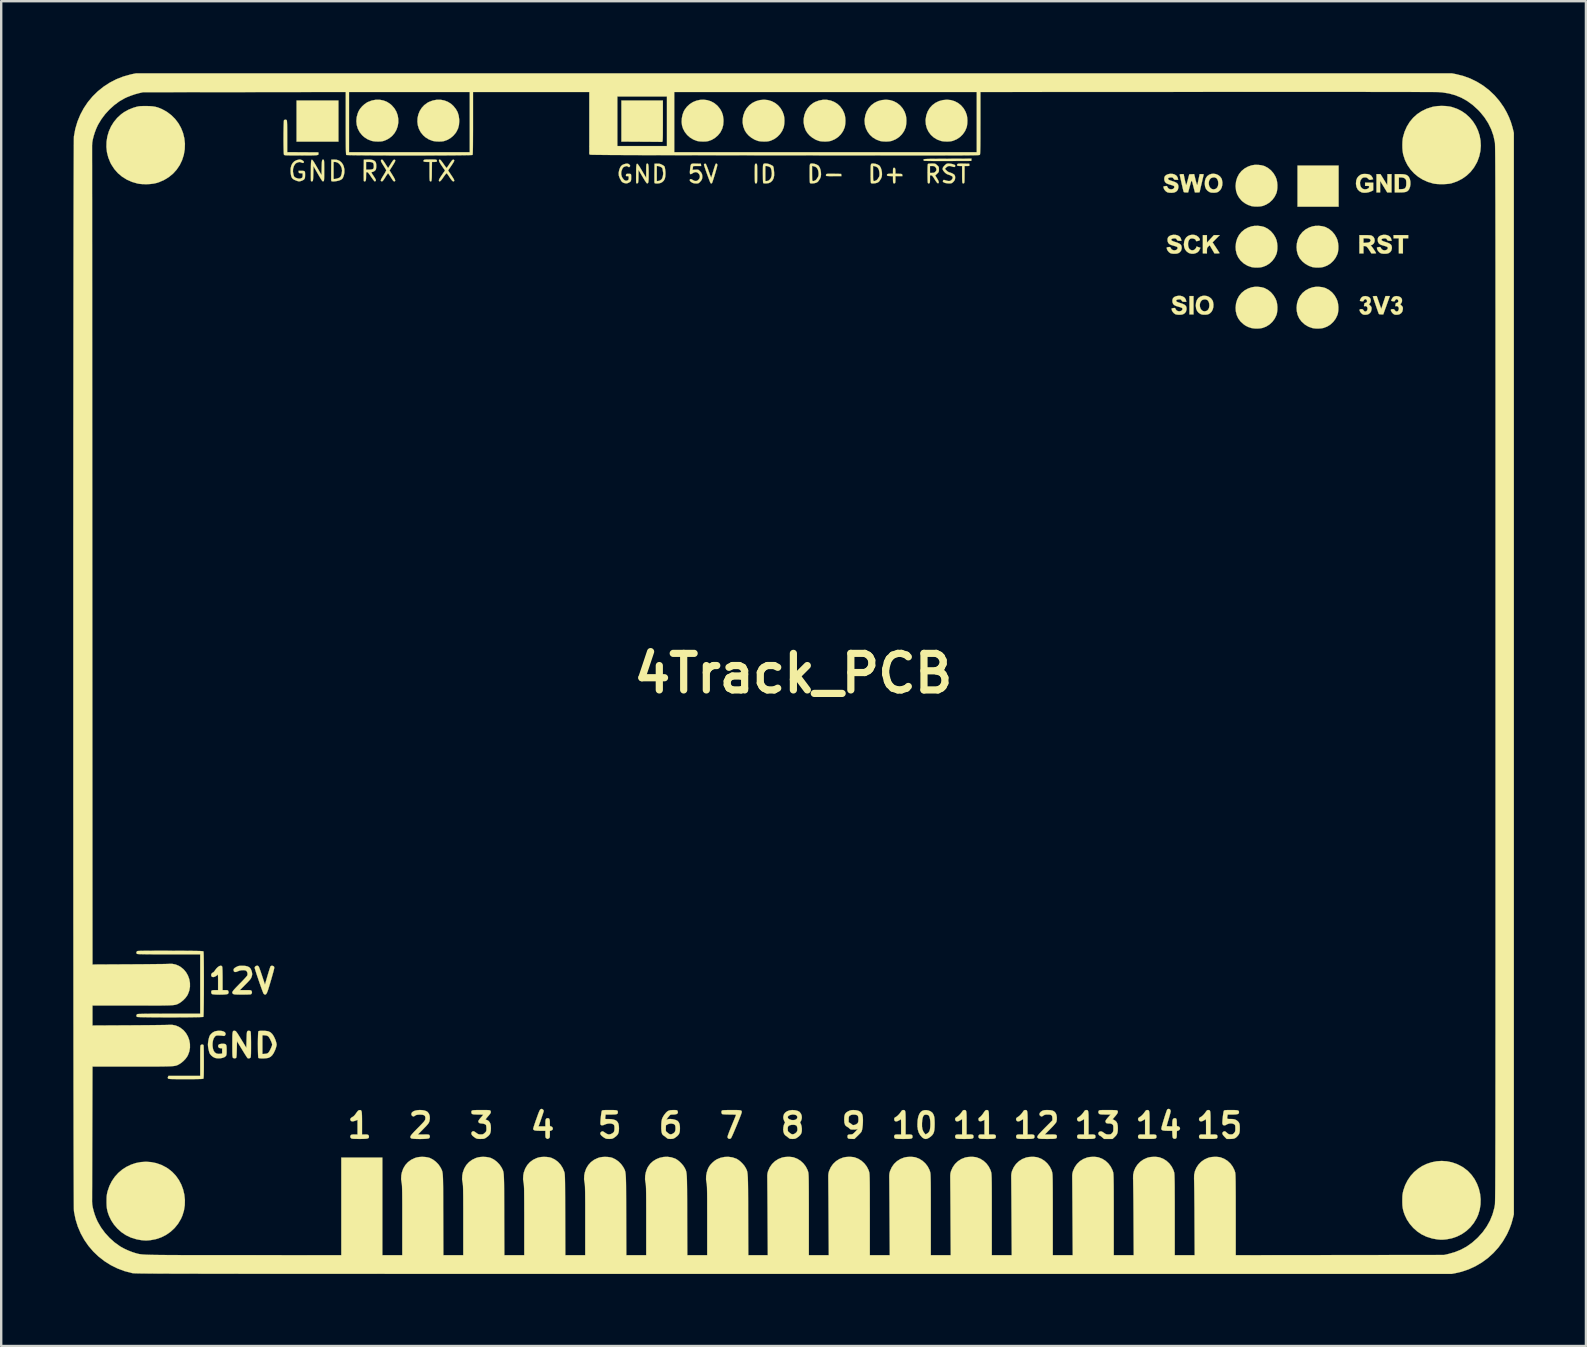
<source format=kicad_pcb>
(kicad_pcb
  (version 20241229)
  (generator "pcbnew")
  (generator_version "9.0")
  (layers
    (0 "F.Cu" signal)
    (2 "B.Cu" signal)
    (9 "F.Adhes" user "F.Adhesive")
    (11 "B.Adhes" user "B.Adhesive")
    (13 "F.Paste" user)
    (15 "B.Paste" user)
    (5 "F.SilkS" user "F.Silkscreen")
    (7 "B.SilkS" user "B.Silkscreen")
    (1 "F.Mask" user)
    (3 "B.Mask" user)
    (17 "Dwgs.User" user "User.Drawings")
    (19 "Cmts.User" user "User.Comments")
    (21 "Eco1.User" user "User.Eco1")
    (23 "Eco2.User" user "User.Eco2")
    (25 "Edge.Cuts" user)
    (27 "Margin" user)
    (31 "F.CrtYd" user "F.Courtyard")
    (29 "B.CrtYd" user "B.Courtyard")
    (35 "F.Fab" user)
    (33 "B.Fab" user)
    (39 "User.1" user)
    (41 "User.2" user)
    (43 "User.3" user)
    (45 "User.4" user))
  (footprint "4Track_PCB"
    (layer "F.Cu")
    (at 30.016 25.015)
    (property "Reference" "4Track_PCB" (at 0 0 0) (layer "F.SilkS") (effects (font (size 1.524 1.524) (thickness 0.3))))
    (attr through_hole)
    (fp_poly (pts (xy -18.961 -22.164) (xy -20.706 -22.164) (xy -20.706 -23.875) (xy -18.961 -23.875) (xy -18.961 -22.164)) (stroke (width 0.01) (type solid)) (fill yes) (layer "F.SilkS"))
    (fp_poly (pts (xy 16.676 -14.962) (xy 16.507 -14.962) (xy 16.507 -15.725) (xy 16.676 -15.725) (xy 16.676 -14.962)) (stroke (width 0.01) (type solid)) (fill yes) (layer "F.SilkS"))
    (fp_poly (pts (xy 22.723 -19.452) (xy 21.011 -19.452) (xy 21.011 -21.164) (xy 22.723 -21.164) (xy 22.723 -19.452)) (stroke (width 0.01) (type solid)) (fill yes) (layer "F.SilkS"))
    (fp_poly (pts (xy 25.624 -18.131) (xy 25.403 -18.131) (xy 25.403 -17.504) (xy 25.234 -17.504) (xy 25.234 -18.131) (xy 25.014 -18.131) (xy 25.014 -18.266) (xy 25.624 -18.266) (xy 25.624 -18.131)) (stroke (width 0.01) (type solid)) (fill yes) (layer "F.SilkS"))
    (fp_poly (pts (xy 24.61 -20.579) (xy 24.751 -20.349) (xy 24.756 -20.579) (xy 24.76 -20.808) (xy 24.929 -20.808) (xy 24.929 -20.045) (xy 24.75 -20.045) (xy 24.602 -20.286) (xy 24.454 -20.527) (xy 24.454 -20.045) (xy 24.302 -20.045) (xy 24.302 -20.808) (xy 24.469 -20.808) (xy 24.61 -20.579)) (stroke (width 0.01) (type solid)) (fill yes) (layer "F.SilkS"))
    (fp_poly (pts (xy 1.648 -20.822) (xy 1.711 -20.821) (xy 1.991 -20.816) (xy 1.996 -20.77) (xy 2.002 -20.723) (xy 1.69 -20.723) (xy 1.59 -20.724) (xy 1.503 -20.725) (xy 1.433 -20.728) (xy 1.385 -20.731) (xy 1.367 -20.735) (xy 1.355 -20.766) (xy 1.367 -20.799) (xy 1.394 -20.817) (xy 1.423 -20.82) (xy 1.48 -20.822) (xy 1.557 -20.822) (xy 1.648 -20.822)) (stroke (width 0.01) (type solid)) (fill yes) (layer "F.SilkS"))
    (fp_poly (pts (xy -5.439 -23.021) (xy -5.439 -22.828) (xy -5.44 -22.665) (xy -5.44 -22.531) (xy -5.441 -22.423) (xy -5.443 -22.338) (xy -5.445 -22.273) (xy -5.448 -22.226) (xy -5.451 -22.193) (xy -5.455 -22.172) (xy -5.461 -22.161) (xy -5.466 -22.157) (xy -5.495 -22.15) (xy -5.504 -22.151) (xy -5.523 -22.152) (xy -5.572 -22.153) (xy -5.649 -22.154) (xy -5.749 -22.155) (xy -5.87 -22.156) (xy -6.009 -22.157) (xy -6.161 -22.158) (xy -6.325 -22.159) (xy -6.342 -22.159) (xy -7.168 -22.164) (xy -7.168 -23.875) (xy -5.439 -23.875) (xy -5.439 -23.021)) (stroke (width 0.01) (type solid)) (fill yes) (layer "F.SilkS"))
    (fp_poly (pts (xy 17.236 -17.953) (xy 17.527 -18.266) (xy 17.769 -18.266) (xy 17.47 -17.966) (xy 17.615 -17.746) (xy 17.665 -17.67) (xy 17.708 -17.603) (xy 17.74 -17.552) (xy 17.758 -17.521) (xy 17.761 -17.515) (xy 17.745 -17.509) (xy 17.705 -17.505) (xy 17.655 -17.504) (xy 17.549 -17.504) (xy 17.449 -17.675) (xy 17.349 -17.845) (xy 17.292 -17.79) (xy 17.262 -17.758) (xy 17.245 -17.728) (xy 17.237 -17.691) (xy 17.235 -17.633) (xy 17.235 -17.619) (xy 17.235 -17.504) (xy 17.066 -17.504) (xy 17.066 -18.266) (xy 17.235 -18.266) (xy 17.236 -17.953)) (stroke (width 0.01) (type solid)) (fill yes) (layer "F.SilkS"))
    (fp_poly (pts (xy 7.419 -21.405) (xy 7.413 -21.359) (xy 6.439 -21.355) (xy 6.26 -21.354) (xy 6.091 -21.354) (xy 5.934 -21.355) (xy 5.794 -21.356) (xy 5.673 -21.357) (xy 5.574 -21.359) (xy 5.501 -21.361) (xy 5.455 -21.363) (xy 5.442 -21.365) (xy 5.425 -21.392) (xy 5.425 -21.412) (xy 5.427 -21.418) (xy 5.434 -21.424) (xy 5.446 -21.429) (xy 5.467 -21.433) (xy 5.5 -21.436) (xy 5.546 -21.439) (xy 5.609 -21.441) (xy 5.691 -21.443) (xy 5.795 -21.444) (xy 5.923 -21.445) (xy 6.077 -21.446) (xy 6.261 -21.447) (xy 6.428 -21.448) (xy 7.424 -21.452) (xy 7.419 -21.405)) (stroke (width 0.01) (type solid)) (fill yes) (layer "F.SilkS"))
    (fp_poly (pts (xy 24.407 -15.458) (xy 24.5 -15.192) (xy 24.678 -15.725) (xy 24.86 -15.725) (xy 24.812 -15.593) (xy 24.788 -15.529) (xy 24.757 -15.442) (xy 24.722 -15.344) (xy 24.686 -15.243) (xy 24.674 -15.212) (xy 24.585 -14.962) (xy 24.496 -14.962) (xy 24.44 -14.965) (xy 24.409 -14.975) (xy 24.395 -14.992) (xy 24.382 -15.027) (xy 24.361 -15.085) (xy 24.335 -15.161) (xy 24.305 -15.248) (xy 24.273 -15.341) (xy 24.241 -15.435) (xy 24.211 -15.523) (xy 24.185 -15.6) (xy 24.165 -15.661) (xy 24.152 -15.699) (xy 24.149 -15.71) (xy 24.165 -15.718) (xy 24.203 -15.724) (xy 24.232 -15.725) (xy 24.314 -15.725) (xy 24.407 -15.458)) (stroke (width 0.01) (type solid)) (fill yes) (layer "F.SilkS"))
    (fp_poly (pts (xy -1.533 -21.238) (xy -1.525 -21.23) (xy -1.519 -21.212) (xy -1.514 -21.18) (xy -1.511 -21.129) (xy -1.509 -21.057) (xy -1.508 -20.958) (xy -1.508 -20.833) (xy -1.508 -20.706) (xy -1.509 -20.609) (xy -1.511 -20.537) (xy -1.514 -20.488) (xy -1.519 -20.456) (xy -1.525 -20.438) (xy -1.533 -20.429) (xy -1.535 -20.429) (xy -1.559 -20.42) (xy -1.565 -20.42) (xy -1.58 -20.426) (xy -1.589 -20.43) (xy -1.596 -20.441) (xy -1.601 -20.47) (xy -1.605 -20.521) (xy -1.608 -20.597) (xy -1.609 -20.699) (xy -1.61 -20.833) (xy -1.609 -20.961) (xy -1.608 -21.059) (xy -1.607 -21.131) (xy -1.603 -21.181) (xy -1.599 -21.213) (xy -1.592 -21.231) (xy -1.584 -21.238) (xy -1.546 -21.241) (xy -1.533 -21.238)) (stroke (width 0.01) (type solid)) (fill yes) (layer "F.SilkS"))
    (fp_poly (pts (xy 7.047 -21.246) (xy 7.091 -21.245) (xy 7.329 -21.24) (xy 7.334 -21.193) (xy 7.335 -21.168) (xy 7.327 -21.154) (xy 7.302 -21.148) (xy 7.253 -21.147) (xy 7.236 -21.147) (xy 7.134 -21.147) (xy 7.134 -20.793) (xy 7.133 -20.673) (xy 7.132 -20.583) (xy 7.13 -20.518) (xy 7.127 -20.474) (xy 7.121 -20.448) (xy 7.114 -20.433) (xy 7.107 -20.429) (xy 7.082 -20.42) (xy 7.077 -20.42) (xy 7.062 -20.426) (xy 7.053 -20.43) (xy 7.046 -20.441) (xy 7.04 -20.472) (xy 7.036 -20.525) (xy 7.033 -20.603) (xy 7.032 -20.709) (xy 7.032 -20.792) (xy 7.032 -21.147) (xy 6.932 -21.147) (xy 6.863 -21.152) (xy 6.826 -21.167) (xy 6.819 -21.194) (xy 6.834 -21.222) (xy 6.847 -21.233) (xy 6.869 -21.24) (xy 6.906 -21.245) (xy 6.963 -21.246) (xy 7.047 -21.246)) (stroke (width 0.01) (type solid)) (fill yes) (layer "F.SilkS"))
    (fp_poly (pts (xy -1.057 -23.893) (xy -0.902 -23.846) (xy -0.76 -23.771) (xy -0.635 -23.671) (xy -0.53 -23.548) (xy -0.448 -23.404) (xy -0.397 -23.263) (xy -0.379 -23.159) (xy -0.373 -23.039) (xy -0.378 -22.915) (xy -0.394 -22.801) (xy -0.407 -22.752) (xy -0.468 -22.608) (xy -0.557 -22.476) (xy -0.669 -22.362) (xy -0.799 -22.27) (xy -0.941 -22.204) (xy -1.017 -22.182) (xy -1.097 -22.17) (xy -1.198 -22.166) (xy -1.304 -22.168) (xy -1.402 -22.177) (xy -1.472 -22.19) (xy -1.612 -22.243) (xy -1.746 -22.321) (xy -1.865 -22.418) (xy -1.964 -22.53) (xy -2.03 -22.641) (xy -2.089 -22.798) (xy -2.115 -22.955) (xy -2.111 -23.118) (xy -2.084 -23.258) (xy -2.026 -23.418) (xy -1.942 -23.559) (xy -1.834 -23.68) (xy -1.705 -23.777) (xy -1.558 -23.849) (xy -1.396 -23.894) (xy -1.223 -23.909) (xy -1.057 -23.893)) (stroke (width 0.01) (type solid)) (fill yes) (layer "F.SilkS"))
    (fp_poly (pts (xy 4.026 -23.893) (xy 4.181 -23.846) (xy 4.323 -23.771) (xy 4.448 -23.671) (xy 4.554 -23.548) (xy 4.636 -23.404) (xy 4.686 -23.263) (xy 4.704 -23.159) (xy 4.71 -23.039) (xy 4.705 -22.915) (xy 4.689 -22.801) (xy 4.677 -22.752) (xy 4.613 -22.602) (xy 4.522 -22.469) (xy 4.407 -22.355) (xy 4.271 -22.264) (xy 4.118 -22.199) (xy 4.081 -22.188) (xy 3.994 -22.173) (xy 3.887 -22.166) (xy 3.775 -22.168) (xy 3.671 -22.178) (xy 3.611 -22.19) (xy 3.452 -22.25) (xy 3.311 -22.335) (xy 3.191 -22.444) (xy 3.095 -22.572) (xy 3.024 -22.716) (xy 2.981 -22.874) (xy 2.968 -23.04) (xy 2.971 -23.092) (xy 3 -23.266) (xy 3.058 -23.423) (xy 3.142 -23.563) (xy 3.249 -23.682) (xy 3.378 -23.778) (xy 3.525 -23.85) (xy 3.688 -23.894) (xy 3.861 -23.909) (xy 4.026 -23.893)) (stroke (width 0.01) (type solid)) (fill yes) (layer "F.SilkS"))
    (fp_poly (pts (xy 6.568 -23.893) (xy 6.723 -23.846) (xy 6.865 -23.771) (xy 6.99 -23.671) (xy 7.095 -23.548) (xy 7.177 -23.404) (xy 7.228 -23.263) (xy 7.245 -23.161) (xy 7.252 -23.043) (xy 7.248 -22.921) (xy 7.233 -22.809) (xy 7.219 -22.754) (xy 7.155 -22.604) (xy 7.063 -22.47) (xy 6.947 -22.355) (xy 6.811 -22.264) (xy 6.659 -22.199) (xy 6.621 -22.188) (xy 6.536 -22.173) (xy 6.432 -22.166) (xy 6.322 -22.168) (xy 6.22 -22.177) (xy 6.156 -22.19) (xy 5.994 -22.249) (xy 5.852 -22.335) (xy 5.732 -22.443) (xy 5.635 -22.571) (xy 5.564 -22.716) (xy 5.522 -22.873) (xy 5.51 -23.041) (xy 5.512 -23.092) (xy 5.542 -23.266) (xy 5.599 -23.423) (xy 5.683 -23.563) (xy 5.791 -23.682) (xy 5.92 -23.778) (xy 6.067 -23.85) (xy 6.23 -23.894) (xy 6.402 -23.909) (xy 6.568 -23.893)) (stroke (width 0.01) (type solid)) (fill yes) (layer "F.SilkS"))
    (fp_poly (pts (xy -15.032 -21.418) (xy -14.962 -21.416) (xy -14.915 -21.413) (xy -14.886 -21.407) (xy -14.871 -21.398) (xy -14.863 -21.388) (xy -14.852 -21.353) (xy -14.866 -21.33) (xy -14.906 -21.319) (xy -14.963 -21.316) (xy -15.063 -21.316) (xy -15.068 -20.914) (xy -15.069 -20.783) (xy -15.071 -20.682) (xy -15.075 -20.607) (xy -15.08 -20.556) (xy -15.087 -20.524) (xy -15.098 -20.508) (xy -15.113 -20.504) (xy -15.132 -20.509) (xy -15.144 -20.514) (xy -15.151 -20.525) (xy -15.157 -20.555) (xy -15.161 -20.606) (xy -15.164 -20.681) (xy -15.165 -20.784) (xy -15.165 -20.918) (xy -15.165 -21.316) (xy -15.285 -21.316) (xy -15.361 -21.321) (xy -15.406 -21.334) (xy -15.42 -21.357) (xy -15.404 -21.391) (xy -15.402 -21.393) (xy -15.388 -21.403) (xy -15.359 -21.41) (xy -15.313 -21.415) (xy -15.243 -21.417) (xy -15.145 -21.418) (xy -15.13 -21.418) (xy -15.032 -21.418)) (stroke (width 0.01) (type solid)) (fill yes) (layer "F.SilkS"))
    (fp_poly (pts (xy -14.544 -23.877) (xy -14.395 -23.818) (xy -14.26 -23.731) (xy -14.169 -23.647) (xy -14.067 -23.521) (xy -13.994 -23.39) (xy -13.949 -23.248) (xy -13.928 -23.09) (xy -13.926 -23.019) (xy -13.938 -22.856) (xy -13.976 -22.71) (xy -14.044 -22.573) (xy -14.065 -22.538) (xy -14.164 -22.418) (xy -14.285 -22.315) (xy -14.42 -22.235) (xy -14.563 -22.184) (xy -14.572 -22.182) (xy -14.661 -22.169) (xy -14.767 -22.166) (xy -14.879 -22.17) (xy -14.981 -22.182) (xy -15.038 -22.195) (xy -15.196 -22.256) (xy -15.336 -22.344) (xy -15.428 -22.426) (xy -15.531 -22.552) (xy -15.605 -22.691) (xy -15.651 -22.839) (xy -15.67 -22.992) (xy -15.663 -23.145) (xy -15.63 -23.295) (xy -15.573 -23.438) (xy -15.49 -23.569) (xy -15.385 -23.684) (xy -15.256 -23.779) (xy -15.192 -23.814) (xy -15.029 -23.876) (xy -14.865 -23.907) (xy -14.701 -23.907) (xy -14.544 -23.877)) (stroke (width 0.01) (type solid)) (fill yes) (layer "F.SilkS"))
    (fp_poly (pts (xy 1.396 -23.905) (xy 1.551 -23.876) (xy 1.696 -23.82) (xy 1.829 -23.739) (xy 1.945 -23.633) (xy 2.041 -23.505) (xy 2.114 -23.356) (xy 2.144 -23.263) (xy 2.162 -23.159) (xy 2.169 -23.039) (xy 2.164 -22.915) (xy 2.148 -22.801) (xy 2.135 -22.752) (xy 2.071 -22.602) (xy 1.98 -22.469) (xy 1.865 -22.355) (xy 1.729 -22.264) (xy 1.577 -22.199) (xy 1.54 -22.188) (xy 1.452 -22.173) (xy 1.345 -22.166) (xy 1.233 -22.168) (xy 1.13 -22.178) (xy 1.069 -22.19) (xy 0.929 -22.243) (xy 0.796 -22.321) (xy 0.676 -22.419) (xy 0.577 -22.532) (xy 0.511 -22.641) (xy 0.455 -22.797) (xy 0.428 -22.957) (xy 0.43 -23.117) (xy 0.46 -23.273) (xy 0.516 -23.421) (xy 0.597 -23.556) (xy 0.7 -23.674) (xy 0.826 -23.771) (xy 0.907 -23.815) (xy 1.07 -23.876) (xy 1.235 -23.906) (xy 1.396 -23.905)) (stroke (width 0.01) (type solid)) (fill yes) (layer "F.SilkS"))
    (fp_poly (pts (xy -17.239 -23.907) (xy -17.08 -23.876) (xy -16.929 -23.814) (xy -16.79 -23.721) (xy -16.737 -23.674) (xy -16.628 -23.549) (xy -16.547 -23.411) (xy -16.493 -23.263) (xy -16.467 -23.11) (xy -16.466 -22.956) (xy -16.491 -22.805) (xy -16.542 -22.66) (xy -16.617 -22.526) (xy -16.716 -22.407) (xy -16.839 -22.306) (xy -16.936 -22.25) (xy -17.003 -22.22) (xy -17.071 -22.194) (xy -17.114 -22.182) (xy -17.202 -22.169) (xy -17.309 -22.166) (xy -17.421 -22.17) (xy -17.523 -22.182) (xy -17.58 -22.195) (xy -17.738 -22.256) (xy -17.877 -22.344) (xy -17.97 -22.426) (xy -18.075 -22.555) (xy -18.151 -22.699) (xy -18.198 -22.854) (xy -18.214 -23.016) (xy -18.2 -23.182) (xy -18.154 -23.348) (xy -18.12 -23.429) (xy -18.058 -23.532) (xy -17.972 -23.634) (xy -17.871 -23.725) (xy -17.766 -23.797) (xy -17.737 -23.812) (xy -17.571 -23.876) (xy -17.404 -23.907) (xy -17.239 -23.907)) (stroke (width 0.01) (type solid)) (fill yes) (layer "F.SilkS"))
    (fp_poly (pts (xy -3.588 -23.891) (xy -3.441 -23.845) (xy -3.303 -23.772) (xy -3.179 -23.671) (xy -3.155 -23.647) (xy -3.054 -23.522) (xy -2.982 -23.392) (xy -2.936 -23.253) (xy -2.915 -23.096) (xy -2.913 -23.019) (xy -2.925 -22.855) (xy -2.964 -22.708) (xy -3.031 -22.571) (xy -3.051 -22.538) (xy -3.15 -22.418) (xy -3.271 -22.315) (xy -3.406 -22.235) (xy -3.549 -22.184) (xy -3.558 -22.182) (xy -3.639 -22.17) (xy -3.739 -22.166) (xy -3.845 -22.168) (xy -3.944 -22.177) (xy -4.014 -22.19) (xy -4.166 -22.248) (xy -4.305 -22.332) (xy -4.426 -22.439) (xy -4.526 -22.565) (xy -4.6 -22.705) (xy -4.641 -22.838) (xy -4.657 -22.982) (xy -4.649 -23.135) (xy -4.619 -23.286) (xy -4.568 -23.424) (xy -4.537 -23.482) (xy -4.438 -23.615) (xy -4.321 -23.724) (xy -4.189 -23.809) (xy -4.045 -23.868) (xy -3.894 -23.902) (xy -3.741 -23.91) (xy -3.588 -23.891)) (stroke (width 0.01) (type solid)) (fill yes) (layer "F.SilkS"))
    (fp_poly (pts (xy 4.239 -21.044) (xy 4.251 -20.987) (xy 4.253 -20.934) (xy 4.253 -20.826) (xy 4.393 -20.821) (xy 4.461 -20.819) (xy 4.503 -20.814) (xy 4.525 -20.806) (xy 4.535 -20.791) (xy 4.538 -20.77) (xy 4.543 -20.723) (xy 4.253 -20.723) (xy 4.253 -20.581) (xy 4.252 -20.508) (xy 4.247 -20.463) (xy 4.238 -20.438) (xy 4.226 -20.429) (xy 4.202 -20.42) (xy 4.197 -20.42) (xy 4.181 -20.426) (xy 4.173 -20.43) (xy 4.161 -20.449) (xy 4.154 -20.498) (xy 4.151 -20.579) (xy 4.151 -20.722) (xy 4.029 -20.727) (xy 3.964 -20.731) (xy 3.926 -20.737) (xy 3.907 -20.748) (xy 3.9 -20.764) (xy 3.903 -20.793) (xy 3.926 -20.812) (xy 3.976 -20.822) (xy 4.046 -20.825) (xy 4.151 -20.825) (xy 4.151 -20.942) (xy 4.153 -21.007) (xy 4.159 -21.046) (xy 4.172 -21.065) (xy 4.179 -21.069) (xy 4.215 -21.071) (xy 4.239 -21.044)) (stroke (width 0.01) (type solid)) (fill yes) (layer "F.SilkS"))
    (fp_poly (pts (xy 19.495 -18.638) (xy 19.617 -18.607) (xy 19.641 -18.598) (xy 19.781 -18.524) (xy 19.906 -18.422) (xy 20.012 -18.298) (xy 20.095 -18.157) (xy 20.135 -18.055) (xy 20.16 -17.942) (xy 20.172 -17.815) (xy 20.17 -17.685) (xy 20.155 -17.564) (xy 20.133 -17.48) (xy 20.061 -17.329) (xy 19.963 -17.196) (xy 19.843 -17.084) (xy 19.705 -16.997) (xy 19.552 -16.939) (xy 19.545 -16.937) (xy 19.45 -16.92) (xy 19.337 -16.913) (xy 19.222 -16.916) (xy 19.118 -16.928) (xy 19.088 -16.935) (xy 18.931 -16.989) (xy 18.788 -17.073) (xy 18.765 -17.09) (xy 18.638 -17.206) (xy 18.542 -17.335) (xy 18.476 -17.478) (xy 18.439 -17.638) (xy 18.431 -17.783) (xy 18.449 -17.96) (xy 18.497 -18.122) (xy 18.573 -18.268) (xy 18.675 -18.394) (xy 18.801 -18.5) (xy 18.95 -18.582) (xy 19.101 -18.633) (xy 19.223 -18.652) (xy 19.359 -18.654) (xy 19.495 -18.638)) (stroke (width 0.01) (type solid)) (fill yes) (layer "F.SilkS"))
    (fp_poly (pts (xy 19.496 -16.097) (xy 19.619 -16.065) (xy 19.641 -16.056) (xy 19.781 -15.982) (xy 19.906 -15.88) (xy 20.012 -15.756) (xy 20.095 -15.616) (xy 20.135 -15.513) (xy 20.16 -15.4) (xy 20.172 -15.273) (xy 20.17 -15.143) (xy 20.155 -15.023) (xy 20.133 -14.938) (xy 20.061 -14.787) (xy 19.963 -14.654) (xy 19.843 -14.542) (xy 19.705 -14.455) (xy 19.552 -14.397) (xy 19.545 -14.395) (xy 19.445 -14.378) (xy 19.328 -14.371) (xy 19.21 -14.375) (xy 19.105 -14.39) (xy 19.081 -14.396) (xy 18.954 -14.438) (xy 18.845 -14.493) (xy 18.765 -14.549) (xy 18.638 -14.664) (xy 18.542 -14.793) (xy 18.476 -14.937) (xy 18.439 -15.096) (xy 18.431 -15.242) (xy 18.449 -15.419) (xy 18.497 -15.581) (xy 18.573 -15.726) (xy 18.675 -15.853) (xy 18.801 -15.958) (xy 18.95 -16.04) (xy 19.1 -16.091) (xy 19.223 -16.111) (xy 19.36 -16.112) (xy 19.496 -16.097)) (stroke (width 0.01) (type solid)) (fill yes) (layer "F.SilkS"))
    (fp_poly (pts (xy 22.038 -16.097) (xy 22.16 -16.065) (xy 22.182 -16.056) (xy 22.325 -15.981) (xy 22.451 -15.878) (xy 22.557 -15.752) (xy 22.639 -15.606) (xy 22.674 -15.517) (xy 22.701 -15.401) (xy 22.714 -15.27) (xy 22.712 -15.137) (xy 22.696 -15.014) (xy 22.674 -14.938) (xy 22.602 -14.787) (xy 22.504 -14.654) (xy 22.385 -14.542) (xy 22.246 -14.455) (xy 22.094 -14.397) (xy 22.087 -14.395) (xy 21.992 -14.379) (xy 21.879 -14.372) (xy 21.763 -14.374) (xy 21.66 -14.386) (xy 21.63 -14.393) (xy 21.473 -14.447) (xy 21.33 -14.531) (xy 21.306 -14.549) (xy 21.179 -14.664) (xy 21.083 -14.793) (xy 21.017 -14.937) (xy 20.981 -15.096) (xy 20.973 -15.242) (xy 20.991 -15.419) (xy 21.039 -15.581) (xy 21.114 -15.726) (xy 21.216 -15.853) (xy 21.343 -15.958) (xy 21.492 -16.04) (xy 21.642 -16.091) (xy 21.765 -16.111) (xy 21.902 -16.112) (xy 22.038 -16.097)) (stroke (width 0.01) (type solid)) (fill yes) (layer "F.SilkS"))
    (fp_poly (pts (xy 19.495 -21.18) (xy 19.617 -21.149) (xy 19.641 -21.14) (xy 19.781 -21.065) (xy 19.906 -20.964) (xy 20.012 -20.84) (xy 20.095 -20.699) (xy 20.135 -20.596) (xy 20.16 -20.484) (xy 20.172 -20.356) (xy 20.17 -20.227) (xy 20.155 -20.106) (xy 20.133 -20.021) (xy 20.061 -19.87) (xy 19.963 -19.737) (xy 19.843 -19.625) (xy 19.705 -19.539) (xy 19.552 -19.48) (xy 19.545 -19.478) (xy 19.448 -19.462) (xy 19.334 -19.455) (xy 19.217 -19.458) (xy 19.111 -19.471) (xy 19.084 -19.477) (xy 18.952 -19.523) (xy 18.822 -19.592) (xy 18.707 -19.679) (xy 18.682 -19.702) (xy 18.574 -19.829) (xy 18.497 -19.965) (xy 18.45 -20.114) (xy 18.432 -20.279) (xy 18.431 -20.325) (xy 18.449 -20.501) (xy 18.497 -20.663) (xy 18.573 -20.809) (xy 18.675 -20.936) (xy 18.802 -21.041) (xy 18.95 -21.123) (xy 19.101 -21.175) (xy 19.223 -21.194) (xy 19.359 -21.195) (xy 19.495 -21.18)) (stroke (width 0.01) (type solid)) (fill yes) (layer "F.SilkS"))
    (fp_poly (pts (xy 22.038 -18.638) (xy 22.16 -18.607) (xy 22.182 -18.598) (xy 22.325 -18.522) (xy 22.451 -18.419) (xy 22.557 -18.293) (xy 22.639 -18.148) (xy 22.674 -18.059) (xy 22.701 -17.942) (xy 22.714 -17.812) (xy 22.712 -17.679) (xy 22.696 -17.556) (xy 22.674 -17.48) (xy 22.602 -17.329) (xy 22.504 -17.196) (xy 22.385 -17.084) (xy 22.246 -16.997) (xy 22.094 -16.939) (xy 22.087 -16.937) (xy 21.99 -16.92) (xy 21.876 -16.913) (xy 21.758 -16.916) (xy 21.652 -16.929) (xy 21.625 -16.935) (xy 21.482 -16.986) (xy 21.344 -17.064) (xy 21.22 -17.164) (xy 21.118 -17.281) (xy 21.093 -17.317) (xy 21.026 -17.452) (xy 20.986 -17.602) (xy 20.972 -17.76) (xy 20.984 -17.92) (xy 21.022 -18.075) (xy 21.085 -18.219) (xy 21.11 -18.259) (xy 21.215 -18.392) (xy 21.344 -18.5) (xy 21.493 -18.582) (xy 21.642 -18.633) (xy 21.765 -18.652) (xy 21.902 -18.654) (xy 22.038 -18.638)) (stroke (width 0.01) (type solid)) (fill yes) (layer "F.SilkS"))
    (fp_poly (pts (xy 25.389 -20.805) (xy 25.479 -20.795) (xy 25.547 -20.775) (xy 25.6 -20.744) (xy 25.642 -20.701) (xy 25.654 -20.684) (xy 25.694 -20.599) (xy 25.715 -20.495) (xy 25.717 -20.385) (xy 25.7 -20.278) (xy 25.664 -20.185) (xy 25.656 -20.17) (xy 25.62 -20.123) (xy 25.576 -20.088) (xy 25.519 -20.066) (xy 25.443 -20.052) (xy 25.341 -20.046) (xy 25.277 -20.045) (xy 25.064 -20.045) (xy 25.064 -20.672) (xy 25.234 -20.672) (xy 25.234 -20.181) (xy 25.326 -20.181) (xy 25.387 -20.185) (xy 25.44 -20.194) (xy 25.461 -20.2) (xy 25.497 -20.229) (xy 25.525 -20.272) (xy 25.525 -20.272) (xy 25.538 -20.323) (xy 25.544 -20.391) (xy 25.544 -20.465) (xy 25.538 -20.533) (xy 25.526 -20.58) (xy 25.524 -20.584) (xy 25.481 -20.63) (xy 25.413 -20.661) (xy 25.326 -20.672) (xy 25.319 -20.672) (xy 25.234 -20.672) (xy 25.064 -20.672) (xy 25.064 -20.808) (xy 25.271 -20.808) (xy 25.389 -20.805)) (stroke (width 0.01) (type solid)) (fill yes) (layer "F.SilkS"))
    (fp_poly (pts (xy -19.036 -21.407) (xy -18.931 -21.371) (xy -18.844 -21.307) (xy -18.776 -21.214) (xy -18.743 -21.14) (xy -18.712 -21.01) (xy -18.713 -20.872) (xy -18.73 -20.783) (xy -18.756 -20.698) (xy -18.784 -20.638) (xy -18.821 -20.597) (xy -18.872 -20.567) (xy -18.906 -20.552) (xy -18.971 -20.532) (xy -19.044 -20.517) (xy -19.117 -20.507) (xy -19.182 -20.504) (xy -19.231 -20.508) (xy -19.257 -20.52) (xy -19.258 -20.523) (xy -19.26 -20.545) (xy -19.262 -20.597) (xy -19.263 -20.673) (xy -19.263 -20.769) (xy -19.263 -20.879) (xy -19.262 -20.978) (xy -19.259 -21.316) (xy -19.164 -21.316) (xy -19.164 -20.605) (xy -19.114 -20.605) (xy -19.07 -20.611) (xy -19.011 -20.626) (xy -18.972 -20.639) (xy -18.922 -20.66) (xy -18.887 -20.684) (xy -18.863 -20.719) (xy -18.843 -20.772) (xy -18.826 -20.833) (xy -18.81 -20.949) (xy -18.824 -21.057) (xy -18.849 -21.121) (xy -18.907 -21.216) (xy -18.978 -21.279) (xy -19.062 -21.312) (xy -19.115 -21.316) (xy -19.164 -21.316) (xy -19.259 -21.316) (xy -19.258 -21.41) (xy -19.159 -21.415) (xy -19.036 -21.407)) (stroke (width 0.01) (type solid)) (fill yes) (layer "F.SilkS"))
    (fp_poly (pts (xy 17.235 -15.727) (xy 17.329 -15.687) (xy 17.408 -15.627) (xy 17.465 -15.551) (xy 17.488 -15.496) (xy 17.507 -15.379) (xy 17.502 -15.264) (xy 17.474 -15.16) (xy 17.425 -15.071) (xy 17.357 -15.004) (xy 17.353 -15.002) (xy 17.304 -14.974) (xy 17.255 -14.958) (xy 17.191 -14.951) (xy 17.161 -14.949) (xy 17.061 -14.952) (xy 16.989 -14.968) (xy 16.981 -14.971) (xy 16.89 -15.029) (xy 16.825 -15.107) (xy 16.785 -15.207) (xy 16.773 -15.311) (xy 16.938 -15.311) (xy 16.959 -15.227) (xy 17.001 -15.156) (xy 17.064 -15.105) (xy 17.134 -15.088) (xy 17.208 -15.103) (xy 17.25 -15.126) (xy 17.295 -15.174) (xy 17.324 -15.242) (xy 17.336 -15.322) (xy 17.332 -15.405) (xy 17.311 -15.481) (xy 17.273 -15.541) (xy 17.25 -15.561) (xy 17.187 -15.587) (xy 17.115 -15.587) (xy 17.046 -15.565) (xy 17.015 -15.542) (xy 16.967 -15.478) (xy 16.941 -15.398) (xy 16.938 -15.311) (xy 16.773 -15.311) (xy 16.771 -15.326) (xy 16.782 -15.453) (xy 16.818 -15.559) (xy 16.876 -15.643) (xy 16.956 -15.702) (xy 17.056 -15.735) (xy 17.134 -15.741) (xy 17.235 -15.727)) (stroke (width 0.01) (type solid)) (fill yes) (layer "F.SilkS"))
    (fp_poly (pts (xy 17.608 -20.81) (xy 17.702 -20.771) (xy 17.781 -20.71) (xy 17.838 -20.634) (xy 17.86 -20.579) (xy 17.88 -20.462) (xy 17.875 -20.348) (xy 17.847 -20.243) (xy 17.798 -20.154) (xy 17.729 -20.088) (xy 17.725 -20.085) (xy 17.677 -20.057) (xy 17.628 -20.042) (xy 17.564 -20.034) (xy 17.534 -20.033) (xy 17.434 -20.035) (xy 17.362 -20.051) (xy 17.354 -20.055) (xy 17.263 -20.112) (xy 17.197 -20.19) (xy 17.158 -20.29) (xy 17.146 -20.394) (xy 17.311 -20.394) (xy 17.331 -20.31) (xy 17.374 -20.239) (xy 17.437 -20.189) (xy 17.507 -20.171) (xy 17.581 -20.187) (xy 17.622 -20.209) (xy 17.668 -20.257) (xy 17.697 -20.325) (xy 17.709 -20.406) (xy 17.704 -20.488) (xy 17.684 -20.564) (xy 17.646 -20.625) (xy 17.623 -20.645) (xy 17.56 -20.67) (xy 17.488 -20.671) (xy 17.419 -20.648) (xy 17.387 -20.626) (xy 17.339 -20.562) (xy 17.314 -20.481) (xy 17.311 -20.394) (xy 17.146 -20.394) (xy 17.144 -20.41) (xy 17.155 -20.537) (xy 17.19 -20.643) (xy 17.249 -20.726) (xy 17.329 -20.785) (xy 17.429 -20.818) (xy 17.507 -20.825) (xy 17.608 -20.81)) (stroke (width 0.01) (type solid)) (fill yes) (layer "F.SilkS"))
    (fp_poly (pts (xy -24.598 15.478) (xy -24.583 15.495) (xy -24.58 15.515) (xy -24.577 15.566) (xy -24.575 15.643) (xy -24.573 15.742) (xy -24.572 15.861) (xy -24.571 15.995) (xy -24.57 16.141) (xy -24.57 16.191) (xy -24.57 16.374) (xy -24.571 16.525) (xy -24.573 16.647) (xy -24.575 16.741) (xy -24.578 16.811) (xy -24.582 16.857) (xy -24.587 16.884) (xy -24.59 16.89) (xy -24.605 16.896) (xy -24.638 16.9) (xy -24.693 16.904) (xy -24.771 16.906) (xy -24.874 16.908) (xy -25.005 16.91) (xy -25.166 16.911) (xy -25.325 16.911) (xy -25.502 16.911) (xy -25.648 16.91) (xy -25.766 16.909) (xy -25.859 16.908) (xy -25.931 16.906) (xy -25.983 16.903) (xy -26.019 16.899) (xy -26.043 16.895) (xy -26.056 16.889) (xy -26.061 16.885) (xy -26.074 16.855) (xy -26.064 16.817) (xy -26.045 16.775) (xy -24.722 16.775) (xy -24.722 16.141) (xy -24.722 15.977) (xy -24.722 15.845) (xy -24.721 15.739) (xy -24.72 15.658) (xy -24.718 15.597) (xy -24.715 15.553) (xy -24.711 15.523) (xy -24.706 15.504) (xy -24.699 15.492) (xy -24.691 15.484) (xy -24.686 15.481) (xy -24.641 15.465) (xy -24.598 15.478)) (stroke (width 0.01) (type solid)) (fill yes) (layer "F.SilkS"))
    (fp_poly (pts (xy -21.144 -23.074) (xy -21.116 -23.058) (xy -21.111 -23.043) (xy -21.106 -23.009) (xy -21.103 -22.953) (xy -21.1 -22.873) (xy -21.098 -22.767) (xy -21.097 -22.633) (xy -21.096 -22.468) (xy -21.096 -22.381) (xy -21.096 -21.723) (xy -20.448 -21.719) (xy -19.8 -21.715) (xy -19.794 -21.675) (xy -19.792 -21.654) (xy -19.792 -21.637) (xy -19.799 -21.623) (xy -19.814 -21.612) (xy -19.842 -21.603) (xy -19.884 -21.597) (xy -19.944 -21.593) (xy -20.025 -21.59) (xy -20.129 -21.588) (xy -20.26 -21.588) (xy -20.42 -21.587) (xy -20.521 -21.587) (xy -20.693 -21.588) (xy -20.833 -21.588) (xy -20.946 -21.588) (xy -21.035 -21.59) (xy -21.102 -21.591) (xy -21.151 -21.594) (xy -21.185 -21.597) (xy -21.207 -21.602) (xy -21.22 -21.608) (xy -21.228 -21.615) (xy -21.231 -21.62) (xy -21.236 -21.646) (xy -21.24 -21.7) (xy -21.243 -21.779) (xy -21.246 -21.879) (xy -21.248 -21.994) (xy -21.249 -22.12) (xy -21.25 -22.254) (xy -21.249 -22.39) (xy -21.249 -22.525) (xy -21.247 -22.654) (xy -21.245 -22.772) (xy -21.242 -22.876) (xy -21.239 -22.96) (xy -21.235 -23.021) (xy -21.23 -23.054) (xy -21.228 -23.058) (xy -21.19 -23.076) (xy -21.144 -23.074)) (stroke (width 0.01) (type solid)) (fill yes) (layer "F.SilkS"))
    (fp_poly (pts (xy -5.563 -21.236) (xy -5.506 -21.214) (xy -5.474 -21.198) (xy -5.408 -21.16) (xy -5.372 -21.126) (xy -5.364 -21.109) (xy -5.347 -21.019) (xy -5.337 -20.948) (xy -5.332 -20.885) (xy -5.331 -20.833) (xy -5.338 -20.71) (xy -5.36 -20.613) (xy -5.401 -20.538) (xy -5.461 -20.48) (xy -5.511 -20.451) (xy -5.559 -20.433) (xy -5.62 -20.422) (xy -5.682 -20.417) (xy -5.738 -20.42) (xy -5.776 -20.429) (xy -5.787 -20.44) (xy -5.79 -20.462) (xy -5.791 -20.514) (xy -5.792 -20.589) (xy -5.792 -20.682) (xy -5.792 -20.79) (xy -5.791 -20.851) (xy -5.788 -21.147) (xy -5.693 -21.147) (xy -5.693 -20.52) (xy -5.65 -20.52) (xy -5.602 -20.528) (xy -5.561 -20.544) (xy -5.518 -20.572) (xy -5.489 -20.599) (xy -5.465 -20.641) (xy -5.445 -20.705) (xy -5.431 -20.776) (xy -5.426 -20.843) (xy -5.429 -20.878) (xy -5.439 -20.934) (xy -5.449 -20.997) (xy -5.45 -21.005) (xy -5.46 -21.049) (xy -5.48 -21.078) (xy -5.52 -21.103) (xy -5.535 -21.111) (xy -5.588 -21.132) (xy -5.636 -21.145) (xy -5.651 -21.147) (xy -5.693 -21.147) (xy -5.788 -21.147) (xy -5.787 -21.24) (xy -5.682 -21.245) (xy -5.616 -21.245) (xy -5.563 -21.236)) (stroke (width 0.01) (type solid)) (fill yes) (layer "F.SilkS"))
    (fp_poly (pts (xy -3.183 -21.232) (xy -3.169 -21.199) (xy -3.168 -21.194) (xy -3.173 -21.164) (xy -3.186 -21.109) (xy -3.205 -21.035) (xy -3.23 -20.947) (xy -3.257 -20.852) (xy -3.286 -20.754) (xy -3.315 -20.66) (xy -3.342 -20.575) (xy -3.365 -20.505) (xy -3.383 -20.455) (xy -3.395 -20.432) (xy -3.395 -20.431) (xy -3.419 -20.42) (xy -3.423 -20.419) (xy -3.443 -20.427) (xy -3.45 -20.431) (xy -3.46 -20.45) (xy -3.479 -20.495) (xy -3.505 -20.561) (xy -3.536 -20.643) (xy -3.57 -20.735) (xy -3.605 -20.832) (xy -3.639 -20.928) (xy -3.67 -21.018) (xy -3.696 -21.097) (xy -3.716 -21.158) (xy -3.726 -21.196) (xy -3.728 -21.205) (xy -3.714 -21.23) (xy -3.681 -21.243) (xy -3.656 -21.239) (xy -3.644 -21.221) (xy -3.623 -21.177) (xy -3.596 -21.11) (xy -3.564 -21.027) (xy -3.534 -20.943) (xy -3.502 -20.852) (xy -3.473 -20.773) (xy -3.449 -20.713) (xy -3.433 -20.674) (xy -3.426 -20.663) (xy -3.419 -20.681) (xy -3.404 -20.726) (xy -3.383 -20.793) (xy -3.358 -20.875) (xy -3.337 -20.945) (xy -3.309 -21.037) (xy -3.283 -21.118) (xy -3.261 -21.182) (xy -3.245 -21.223) (xy -3.239 -21.236) (xy -3.21 -21.247) (xy -3.183 -21.232)) (stroke (width 0.01) (type solid)) (fill yes) (layer "F.SilkS"))
    (fp_poly (pts (xy 7.145 18.199) (xy 7.168 18.204) (xy 7.185 18.216) (xy 7.198 18.239) (xy 7.207 18.276) (xy 7.213 18.331) (xy 7.216 18.407) (xy 7.218 18.508) (xy 7.218 18.638) (xy 7.218 18.733) (xy 7.218 19.215) (xy 7.342 19.215) (xy 7.419 19.218) (xy 7.469 19.229) (xy 7.496 19.25) (xy 7.506 19.285) (xy 7.506 19.302) (xy 7.505 19.334) (xy 7.497 19.359) (xy 7.478 19.376) (xy 7.445 19.388) (xy 7.393 19.396) (xy 7.318 19.4) (xy 7.217 19.401) (xy 7.127 19.402) (xy 7.004 19.401) (xy 6.91 19.399) (xy 6.843 19.395) (xy 6.799 19.389) (xy 6.774 19.381) (xy 6.771 19.379) (xy 6.746 19.343) (xy 6.741 19.294) (xy 6.756 19.248) (xy 6.761 19.241) (xy 6.785 19.226) (xy 6.832 19.218) (xy 6.907 19.215) (xy 7.032 19.215) (xy 7.032 18.572) (xy 6.97 18.615) (xy 6.891 18.658) (xy 6.827 18.673) (xy 6.779 18.659) (xy 6.751 18.625) (xy 6.738 18.572) (xy 6.757 18.526) (xy 6.809 18.488) (xy 6.811 18.487) (xy 6.878 18.44) (xy 6.949 18.37) (xy 7.014 18.286) (xy 7.029 18.262) (xy 7.062 18.219) (xy 7.095 18.201) (xy 7.117 18.199) (xy 7.145 18.199)) (stroke (width 0.01) (type solid)) (fill yes) (layer "F.SilkS"))
    (fp_poly (pts (xy 9.687 18.199) (xy 9.709 18.204) (xy 9.727 18.216) (xy 9.739 18.239) (xy 9.748 18.276) (xy 9.754 18.331) (xy 9.758 18.407) (xy 9.76 18.508) (xy 9.76 18.638) (xy 9.76 18.733) (xy 9.76 19.215) (xy 9.884 19.215) (xy 9.961 19.218) (xy 10.01 19.229) (xy 10.037 19.25) (xy 10.047 19.285) (xy 10.048 19.302) (xy 10.046 19.334) (xy 10.038 19.359) (xy 10.02 19.376) (xy 9.986 19.388) (xy 9.935 19.396) (xy 9.86 19.4) (xy 9.758 19.401) (xy 9.669 19.402) (xy 9.545 19.401) (xy 9.452 19.399) (xy 9.385 19.395) (xy 9.341 19.389) (xy 9.316 19.381) (xy 9.312 19.379) (xy 9.288 19.343) (xy 9.283 19.294) (xy 9.297 19.248) (xy 9.303 19.241) (xy 9.327 19.226) (xy 9.374 19.218) (xy 9.449 19.215) (xy 9.574 19.215) (xy 9.574 18.572) (xy 9.511 18.615) (xy 9.433 18.658) (xy 9.369 18.673) (xy 9.32 18.659) (xy 9.292 18.625) (xy 9.279 18.572) (xy 9.299 18.526) (xy 9.351 18.488) (xy 9.353 18.487) (xy 9.42 18.44) (xy 9.491 18.37) (xy 9.556 18.286) (xy 9.571 18.262) (xy 9.604 18.219) (xy 9.636 18.201) (xy 9.659 18.199) (xy 9.687 18.199)) (stroke (width 0.01) (type solid)) (fill yes) (layer "F.SilkS"))
    (fp_poly (pts (xy 12.228 18.199) (xy 12.251 18.204) (xy 12.268 18.216) (xy 12.281 18.239) (xy 12.29 18.276) (xy 12.296 18.331) (xy 12.3 18.407) (xy 12.301 18.508) (xy 12.302 18.638) (xy 12.302 18.733) (xy 12.302 19.215) (xy 12.425 19.215) (xy 12.503 19.218) (xy 12.552 19.229) (xy 12.579 19.25) (xy 12.589 19.285) (xy 12.59 19.302) (xy 12.588 19.334) (xy 12.58 19.359) (xy 12.561 19.376) (xy 12.528 19.388) (xy 12.476 19.396) (xy 12.402 19.4) (xy 12.3 19.401) (xy 12.211 19.402) (xy 12.087 19.401) (xy 11.994 19.399) (xy 11.927 19.395) (xy 11.883 19.389) (xy 11.857 19.381) (xy 11.854 19.379) (xy 11.83 19.343) (xy 11.824 19.294) (xy 11.839 19.248) (xy 11.844 19.241) (xy 11.869 19.226) (xy 11.916 19.218) (xy 11.99 19.215) (xy 12.115 19.215) (xy 12.115 18.572) (xy 12.053 18.615) (xy 11.975 18.658) (xy 11.911 18.673) (xy 11.862 18.659) (xy 11.834 18.625) (xy 11.821 18.572) (xy 11.84 18.526) (xy 11.892 18.488) (xy 11.894 18.487) (xy 11.962 18.44) (xy 12.032 18.37) (xy 12.098 18.286) (xy 12.113 18.262) (xy 12.145 18.219) (xy 12.178 18.201) (xy 12.2 18.199) (xy 12.228 18.199)) (stroke (width 0.01) (type solid)) (fill yes) (layer "F.SilkS"))
    (fp_poly (pts (xy 16.712 -18.275) (xy 16.799 -18.246) (xy 16.873 -18.193) (xy 16.909 -18.149) (xy 16.939 -18.098) (xy 16.943 -18.065) (xy 16.922 -18.044) (xy 16.884 -18.03) (xy 16.826 -18.016) (xy 16.793 -18.014) (xy 16.779 -18.026) (xy 16.778 -18.036) (xy 16.763 -18.073) (xy 16.723 -18.103) (xy 16.669 -18.122) (xy 16.61 -18.129) (xy 16.554 -18.12) (xy 16.54 -18.113) (xy 16.496 -18.072) (xy 16.466 -18.008) (xy 16.45 -17.931) (xy 16.45 -17.849) (xy 16.464 -17.771) (xy 16.493 -17.705) (xy 16.528 -17.667) (xy 16.595 -17.635) (xy 16.663 -17.636) (xy 16.726 -17.667) (xy 16.746 -17.687) (xy 16.777 -17.726) (xy 16.794 -17.759) (xy 16.795 -17.767) (xy 16.795 -17.783) (xy 16.802 -17.789) (xy 16.822 -17.786) (xy 16.864 -17.772) (xy 16.885 -17.765) (xy 16.964 -17.738) (xy 16.938 -17.677) (xy 16.899 -17.604) (xy 16.847 -17.553) (xy 16.786 -17.519) (xy 16.689 -17.491) (xy 16.585 -17.491) (xy 16.487 -17.518) (xy 16.473 -17.525) (xy 16.388 -17.587) (xy 16.325 -17.669) (xy 16.287 -17.768) (xy 16.274 -17.879) (xy 16.288 -17.996) (xy 16.32 -18.089) (xy 16.371 -18.168) (xy 16.442 -18.227) (xy 16.527 -18.265) (xy 16.619 -18.281) (xy 16.712 -18.275)) (stroke (width 0.01) (type solid)) (fill yes) (layer "F.SilkS"))
    (fp_poly (pts (xy -6.066 -21.241) (xy -6.053 -21.217) (xy -6.043 -21.175) (xy -6.037 -21.111) (xy -6.034 -21.021) (xy -6.032 -20.903) (xy -6.032 -20.833) (xy -6.033 -20.708) (xy -6.034 -20.612) (xy -6.037 -20.542) (xy -6.042 -20.493) (xy -6.048 -20.462) (xy -6.056 -20.443) (xy -6.057 -20.443) (xy -6.082 -20.421) (xy -6.108 -20.427) (xy -6.125 -20.446) (xy -6.156 -20.49) (xy -6.197 -20.553) (xy -6.245 -20.631) (xy -6.295 -20.715) (xy -6.455 -20.986) (xy -6.456 -20.735) (xy -6.457 -20.642) (xy -6.46 -20.56) (xy -6.465 -20.497) (xy -6.471 -20.458) (xy -6.473 -20.451) (xy -6.5 -20.424) (xy -6.529 -20.42) (xy -6.55 -20.44) (xy -6.552 -20.462) (xy -6.554 -20.514) (xy -6.555 -20.589) (xy -6.555 -20.682) (xy -6.554 -20.79) (xy -6.554 -20.851) (xy -6.552 -20.994) (xy -6.549 -21.104) (xy -6.542 -21.182) (xy -6.531 -21.227) (xy -6.514 -21.242) (xy -6.488 -21.226) (xy -6.452 -21.18) (xy -6.404 -21.105) (xy -6.342 -21.002) (xy -6.308 -20.944) (xy -6.134 -20.649) (xy -6.134 -20.941) (xy -6.134 -21.048) (xy -6.132 -21.126) (xy -6.13 -21.18) (xy -6.125 -21.214) (xy -6.118 -21.233) (xy -6.108 -21.242) (xy -6.106 -21.243) (xy -6.083 -21.248) (xy -6.066 -21.241)) (stroke (width 0.01) (type solid)) (fill yes) (layer "F.SilkS"))
    (fp_poly (pts (xy -1.142 -21.249) (xy -1.134 -21.249) (xy -1.059 -21.24) (xy -0.977 -21.211) (xy -0.942 -21.195) (xy -0.899 -21.174) (xy -0.869 -21.156) (xy -0.847 -21.136) (xy -0.833 -21.107) (xy -0.823 -21.064) (xy -0.815 -21.001) (xy -0.806 -20.912) (xy -0.803 -20.878) (xy -0.802 -20.748) (xy -0.825 -20.636) (xy -0.872 -20.545) (xy -0.939 -20.478) (xy -1.025 -20.435) (xy -1.13 -20.42) (xy -1.139 -20.42) (xy -1.194 -20.422) (xy -1.236 -20.426) (xy -1.25 -20.43) (xy -1.257 -20.441) (xy -1.262 -20.47) (xy -1.266 -20.52) (xy -1.169 -20.52) (xy -1.11 -20.52) (xy -1.049 -20.533) (xy -0.995 -20.57) (xy -0.941 -20.639) (xy -0.909 -20.73) (xy -0.898 -20.838) (xy -0.912 -20.958) (xy -0.922 -21.002) (xy -0.939 -21.056) (xy -0.962 -21.088) (xy -0.999 -21.111) (xy -1.01 -21.116) (xy -1.064 -21.136) (xy -1.114 -21.146) (xy -1.123 -21.146) (xy -1.169 -21.147) (xy -1.169 -20.52) (xy -1.266 -20.52) (xy -1.266 -20.521) (xy -1.269 -20.597) (xy -1.27 -20.699) (xy -1.271 -20.833) (xy -1.271 -20.962) (xy -1.27 -21.062) (xy -1.268 -21.135) (xy -1.263 -21.186) (xy -1.252 -21.219) (xy -1.237 -21.238) (xy -1.214 -21.247) (xy -1.182 -21.249) (xy -1.142 -21.249)) (stroke (width 0.01) (type solid)) (fill yes) (layer "F.SilkS"))
    (fp_poly (pts (xy 8.078 18.199) (xy 8.1 18.204) (xy 8.117 18.216) (xy 8.13 18.239) (xy 8.139 18.277) (xy 8.145 18.332) (xy 8.148 18.408) (xy 8.15 18.51) (xy 8.15 18.639) (xy 8.15 18.733) (xy 8.15 19.215) (xy 8.274 19.215) (xy 8.351 19.218) (xy 8.401 19.229) (xy 8.427 19.25) (xy 8.438 19.285) (xy 8.438 19.302) (xy 8.436 19.335) (xy 8.427 19.36) (xy 8.407 19.378) (xy 8.371 19.39) (xy 8.316 19.397) (xy 8.237 19.4) (xy 8.129 19.402) (xy 8.085 19.402) (xy 7.972 19.401) (xy 7.888 19.399) (xy 7.828 19.396) (xy 7.787 19.39) (xy 7.76 19.382) (xy 7.747 19.375) (xy 7.715 19.335) (xy 7.714 19.283) (xy 7.727 19.248) (xy 7.743 19.23) (xy 7.771 19.22) (xy 7.819 19.216) (xy 7.854 19.215) (xy 7.964 19.215) (xy 7.964 18.606) (xy 7.89 18.642) (xy 7.82 18.666) (xy 7.765 18.665) (xy 7.728 18.639) (xy 7.717 18.613) (xy 7.713 18.56) (xy 7.736 18.52) (xy 7.778 18.49) (xy 7.81 18.463) (xy 7.853 18.415) (xy 7.898 18.356) (xy 7.916 18.33) (xy 7.959 18.267) (xy 7.99 18.227) (xy 8.016 18.206) (xy 8.04 18.199) (xy 8.05 18.199) (xy 8.078 18.199)) (stroke (width 0.01) (type solid)) (fill yes) (layer "F.SilkS"))
    (fp_poly (pts (xy 27.196 -23.645) (xy 27.359 -23.624) (xy 27.442 -23.605) (xy 27.657 -23.532) (xy 27.854 -23.432) (xy 28.033 -23.307) (xy 28.191 -23.161) (xy 28.328 -22.997) (xy 28.443 -22.816) (xy 28.533 -22.623) (xy 28.599 -22.419) (xy 28.638 -22.207) (xy 28.65 -21.991) (xy 28.633 -21.773) (xy 28.586 -21.555) (xy 28.508 -21.34) (xy 28.484 -21.289) (xy 28.366 -21.084) (xy 28.225 -20.903) (xy 28.059 -20.746) (xy 27.872 -20.614) (xy 27.663 -20.507) (xy 27.433 -20.427) (xy 27.425 -20.425) (xy 27.339 -20.408) (xy 27.228 -20.397) (xy 27.104 -20.39) (xy 26.974 -20.39) (xy 26.849 -20.394) (xy 26.738 -20.405) (xy 26.671 -20.416) (xy 26.446 -20.482) (xy 26.237 -20.575) (xy 26.044 -20.695) (xy 25.871 -20.838) (xy 25.72 -21.003) (xy 25.593 -21.187) (xy 25.493 -21.388) (xy 25.422 -21.603) (xy 25.408 -21.664) (xy 25.392 -21.769) (xy 25.382 -21.894) (xy 25.38 -22.029) (xy 25.384 -22.161) (xy 25.395 -22.278) (xy 25.406 -22.342) (xy 25.473 -22.575) (xy 25.567 -22.789) (xy 25.687 -22.984) (xy 25.832 -23.158) (xy 25.999 -23.309) (xy 26.188 -23.435) (xy 26.396 -23.535) (xy 26.621 -23.607) (xy 26.688 -23.622) (xy 26.848 -23.644) (xy 27.021 -23.652) (xy 27.196 -23.645)) (stroke (width 0.01) (type solid)) (fill yes) (layer "F.SilkS"))
    (fp_poly (pts (xy -26.83 -23.642) (xy -26.709 -23.633) (xy -26.604 -23.617) (xy -26.505 -23.592) (xy -26.404 -23.555) (xy -26.308 -23.513) (xy -26.107 -23.402) (xy -25.926 -23.265) (xy -25.767 -23.106) (xy -25.631 -22.928) (xy -25.521 -22.733) (xy -25.438 -22.524) (xy -25.384 -22.304) (xy -25.359 -22.076) (xy -25.367 -21.843) (xy -25.367 -21.841) (xy -25.407 -21.607) (xy -25.478 -21.387) (xy -25.576 -21.183) (xy -25.702 -20.997) (xy -25.852 -20.831) (xy -26.026 -20.687) (xy -26.222 -20.567) (xy -26.438 -20.472) (xy -26.531 -20.442) (xy -26.654 -20.414) (xy -26.798 -20.396) (xy -26.953 -20.388) (xy -27.107 -20.39) (xy -27.249 -20.402) (xy -27.332 -20.416) (xy -27.566 -20.484) (xy -27.781 -20.579) (xy -27.976 -20.701) (xy -28.15 -20.847) (xy -28.3 -21.018) (xy -28.427 -21.213) (xy -28.468 -21.291) (xy -28.553 -21.502) (xy -28.608 -21.72) (xy -28.631 -21.941) (xy -28.625 -22.162) (xy -28.591 -22.379) (xy -28.529 -22.59) (xy -28.44 -22.791) (xy -28.324 -22.978) (xy -28.184 -23.149) (xy -28.019 -23.301) (xy -27.894 -23.391) (xy -27.713 -23.492) (xy -27.515 -23.572) (xy -27.398 -23.607) (xy -27.338 -23.622) (xy -27.281 -23.633) (xy -27.22 -23.64) (xy -27.147 -23.643) (xy -27.054 -23.645) (xy -26.976 -23.645) (xy -26.83 -23.642)) (stroke (width 0.01) (type solid)) (fill yes) (layer "F.SilkS"))
    (fp_poly (pts (xy -18.033 18.204) (xy -18.015 18.217) (xy -18.001 18.243) (xy -17.991 18.283) (xy -17.985 18.343) (xy -17.981 18.425) (xy -17.979 18.533) (xy -17.978 18.67) (xy -17.978 18.745) (xy -17.978 19.215) (xy -17.852 19.215) (xy -17.776 19.218) (xy -17.727 19.23) (xy -17.701 19.255) (xy -17.691 19.295) (xy -17.69 19.315) (xy -17.694 19.343) (xy -17.708 19.364) (xy -17.736 19.38) (xy -17.782 19.391) (xy -17.851 19.397) (xy -17.944 19.401) (xy -18.068 19.402) (xy -18.08 19.402) (xy -18.196 19.401) (xy -18.282 19.399) (xy -18.345 19.396) (xy -18.388 19.391) (xy -18.416 19.384) (xy -18.432 19.375) (xy -18.463 19.336) (xy -18.467 19.287) (xy -18.443 19.242) (xy -18.443 19.242) (xy -18.415 19.226) (xy -18.367 19.218) (xy -18.291 19.215) (xy -18.165 19.215) (xy -18.165 18.608) (xy -18.25 18.641) (xy -18.331 18.666) (xy -18.39 18.671) (xy -18.433 18.655) (xy -18.444 18.645) (xy -18.469 18.602) (xy -18.461 18.558) (xy -18.424 18.516) (xy -18.386 18.493) (xy -18.337 18.463) (xy -18.291 18.419) (xy -18.24 18.354) (xy -18.225 18.332) (xy -18.18 18.27) (xy -18.147 18.232) (xy -18.12 18.211) (xy -18.091 18.202) (xy -18.086 18.202) (xy -18.056 18.2) (xy -18.033 18.204)) (stroke (width 0.01) (type solid)) (fill yes) (layer "F.SilkS"))
    (fp_poly (pts (xy 14.77 18.199) (xy 14.793 18.204) (xy 14.81 18.216) (xy 14.823 18.239) (xy 14.832 18.276) (xy 14.838 18.331) (xy 14.841 18.407) (xy 14.843 18.508) (xy 14.843 18.638) (xy 14.843 18.733) (xy 14.843 19.215) (xy 14.967 19.215) (xy 15.044 19.218) (xy 15.094 19.229) (xy 15.121 19.25) (xy 15.131 19.285) (xy 15.132 19.302) (xy 15.13 19.334) (xy 15.122 19.359) (xy 15.103 19.377) (xy 15.07 19.388) (xy 15.018 19.396) (xy 14.943 19.399) (xy 14.842 19.4) (xy 14.753 19.4) (xy 14.651 19.399) (xy 14.559 19.398) (xy 14.484 19.396) (xy 14.431 19.393) (xy 14.406 19.39) (xy 14.406 19.39) (xy 14.376 19.362) (xy 14.363 19.317) (xy 14.37 19.27) (xy 14.377 19.255) (xy 14.394 19.235) (xy 14.417 19.223) (xy 14.454 19.217) (xy 14.514 19.215) (xy 14.53 19.215) (xy 14.657 19.215) (xy 14.657 18.572) (xy 14.595 18.615) (xy 14.517 18.658) (xy 14.452 18.673) (xy 14.404 18.659) (xy 14.376 18.625) (xy 14.363 18.572) (xy 14.382 18.526) (xy 14.434 18.488) (xy 14.436 18.487) (xy 14.504 18.44) (xy 14.574 18.37) (xy 14.639 18.286) (xy 14.655 18.262) (xy 14.687 18.219) (xy 14.72 18.201) (xy 14.742 18.199) (xy 14.77 18.199)) (stroke (width 0.01) (type solid)) (fill yes) (layer "F.SilkS"))
    (fp_poly (pts (xy 23.823 -18.266) (xy 23.924 -18.265) (xy 23.998 -18.262) (xy 24.051 -18.257) (xy 24.09 -18.247) (xy 24.116 -18.237) (xy 24.175 -18.191) (xy 24.212 -18.129) (xy 24.227 -18.059) (xy 24.221 -17.988) (xy 24.192 -17.924) (xy 24.142 -17.875) (xy 24.106 -17.857) (xy 24.07 -17.842) (xy 24.062 -17.831) (xy 24.078 -17.816) (xy 24.081 -17.814) (xy 24.1 -17.794) (xy 24.131 -17.753) (xy 24.169 -17.7) (xy 24.208 -17.642) (xy 24.244 -17.587) (xy 24.271 -17.543) (xy 24.284 -17.516) (xy 24.285 -17.513) (xy 24.27 -17.508) (xy 24.23 -17.505) (xy 24.188 -17.504) (xy 24.09 -17.504) (xy 24.022 -17.609) (xy 23.969 -17.691) (xy 23.927 -17.747) (xy 23.893 -17.782) (xy 23.863 -17.801) (xy 23.831 -17.808) (xy 23.817 -17.809) (xy 23.76 -17.809) (xy 23.76 -17.504) (xy 23.59 -17.504) (xy 23.59 -18.131) (xy 23.76 -18.131) (xy 23.76 -17.94) (xy 23.882 -17.949) (xy 23.95 -17.955) (xy 23.994 -17.966) (xy 24.022 -17.982) (xy 24.034 -17.995) (xy 24.059 -18.033) (xy 24.059 -18.061) (xy 24.033 -18.094) (xy 24.031 -18.097) (xy 24.005 -18.116) (xy 23.969 -18.126) (xy 23.913 -18.13) (xy 23.878 -18.131) (xy 23.76 -18.131) (xy 23.59 -18.131) (xy 23.59 -18.266) (xy 23.823 -18.266)) (stroke (width 0.01) (type solid)) (fill yes) (layer "F.SilkS"))
    (fp_poly (pts (xy 23.943 -20.809) (xy 24.025 -20.784) (xy 24.086 -20.739) (xy 24.13 -20.673) (xy 24.134 -20.666) (xy 24.165 -20.596) (xy 24.085 -20.578) (xy 24.036 -20.569) (xy 24.005 -20.572) (xy 23.977 -20.591) (xy 23.953 -20.616) (xy 23.913 -20.652) (xy 23.874 -20.669) (xy 23.82 -20.672) (xy 23.763 -20.668) (xy 23.723 -20.651) (xy 23.684 -20.617) (xy 23.636 -20.545) (xy 23.614 -20.457) (xy 23.622 -20.36) (xy 23.625 -20.345) (xy 23.655 -20.27) (xy 23.7 -20.218) (xy 23.756 -20.187) (xy 23.814 -20.174) (xy 23.877 -20.179) (xy 23.934 -20.199) (xy 23.977 -20.229) (xy 23.997 -20.268) (xy 23.997 -20.275) (xy 23.994 -20.3) (xy 23.98 -20.312) (xy 23.946 -20.316) (xy 23.912 -20.317) (xy 23.827 -20.317) (xy 23.827 -20.452) (xy 24.166 -20.452) (xy 24.166 -20.133) (xy 24.069 -20.085) (xy 23.983 -20.054) (xy 23.886 -20.036) (xy 23.789 -20.031) (xy 23.705 -20.041) (xy 23.683 -20.048) (xy 23.588 -20.1) (xy 23.516 -20.174) (xy 23.47 -20.271) (xy 23.448 -20.389) (xy 23.447 -20.428) (xy 23.459 -20.547) (xy 23.495 -20.644) (xy 23.557 -20.722) (xy 23.615 -20.765) (xy 23.661 -20.792) (xy 23.702 -20.807) (xy 23.75 -20.814) (xy 23.817 -20.816) (xy 23.835 -20.816) (xy 23.943 -20.809)) (stroke (width 0.01) (type solid)) (fill yes) (layer "F.SilkS"))
    (fp_poly (pts (xy -26.768 20.368) (xy -26.554 20.411) (xy -26.344 20.484) (xy -26.141 20.588) (xy -26.059 20.64) (xy -25.887 20.777) (xy -25.737 20.936) (xy -25.611 21.114) (xy -25.509 21.308) (xy -25.433 21.513) (xy -25.383 21.727) (xy -25.36 21.946) (xy -25.365 22.166) (xy -25.399 22.383) (xy -25.463 22.595) (xy -25.527 22.74) (xy -25.646 22.939) (xy -25.791 23.117) (xy -25.958 23.272) (xy -26.144 23.402) (xy -26.347 23.504) (xy -26.565 23.578) (xy -26.781 23.619) (xy -26.884 23.63) (xy -26.969 23.635) (xy -27.052 23.632) (xy -27.147 23.624) (xy -27.181 23.62) (xy -27.376 23.585) (xy -27.578 23.523) (xy -27.628 23.505) (xy -27.82 23.412) (xy -28 23.292) (xy -28.165 23.146) (xy -28.31 22.98) (xy -28.43 22.798) (xy -28.517 22.619) (xy -28.559 22.505) (xy -28.589 22.405) (xy -28.609 22.306) (xy -28.62 22.2) (xy -28.625 22.075) (xy -28.625 22.003) (xy -28.624 21.895) (xy -28.621 21.811) (xy -28.614 21.742) (xy -28.603 21.677) (xy -28.587 21.607) (xy -28.58 21.579) (xy -28.505 21.36) (xy -28.404 21.159) (xy -28.28 20.978) (xy -28.135 20.818) (xy -27.973 20.68) (xy -27.794 20.565) (xy -27.604 20.474) (xy -27.403 20.407) (xy -27.195 20.367) (xy -26.982 20.353) (xy -26.768 20.368)) (stroke (width 0.01) (type solid)) (fill yes) (layer "F.SilkS"))
    (fp_poly (pts (xy 27.235 20.335) (xy 27.448 20.378) (xy 27.658 20.451) (xy 27.862 20.555) (xy 27.944 20.607) (xy 28.116 20.744) (xy 28.266 20.903) (xy 28.392 21.081) (xy 28.493 21.275) (xy 28.57 21.481) (xy 28.62 21.694) (xy 28.643 21.913) (xy 28.638 22.133) (xy 28.604 22.35) (xy 28.54 22.562) (xy 28.476 22.707) (xy 28.356 22.907) (xy 28.212 23.085) (xy 28.045 23.239) (xy 27.859 23.369) (xy 27.656 23.471) (xy 27.438 23.545) (xy 27.222 23.586) (xy 27.119 23.597) (xy 27.034 23.602) (xy 26.951 23.6) (xy 26.855 23.591) (xy 26.822 23.587) (xy 26.627 23.552) (xy 26.424 23.49) (xy 26.375 23.472) (xy 26.183 23.38) (xy 26.003 23.259) (xy 25.838 23.113) (xy 25.693 22.947) (xy 25.572 22.765) (xy 25.486 22.586) (xy 25.444 22.473) (xy 25.414 22.372) (xy 25.394 22.273) (xy 25.382 22.167) (xy 25.378 22.042) (xy 25.378 21.97) (xy 25.379 21.862) (xy 25.382 21.778) (xy 25.389 21.709) (xy 25.4 21.644) (xy 25.416 21.574) (xy 25.423 21.546) (xy 25.498 21.327) (xy 25.599 21.126) (xy 25.723 20.945) (xy 25.867 20.786) (xy 26.03 20.648) (xy 26.208 20.532) (xy 26.399 20.441) (xy 26.6 20.375) (xy 26.808 20.334) (xy 27.021 20.32) (xy 27.235 20.335)) (stroke (width 0.01) (type solid)) (fill yes) (layer "F.SilkS"))
    (fp_poly (pts (xy -22.329 12.184) (xy -22.313 12.19) (xy -22.297 12.203) (xy -22.28 12.228) (xy -22.261 12.268) (xy -22.239 12.327) (xy -22.21 12.408) (xy -22.174 12.515) (xy -22.138 12.623) (xy -22.023 12.969) (xy -21.916 12.599) (xy -21.884 12.492) (xy -21.854 12.395) (xy -21.828 12.312) (xy -21.807 12.251) (xy -21.793 12.214) (xy -21.789 12.207) (xy -21.752 12.185) (xy -21.705 12.186) (xy -21.662 12.206) (xy -21.647 12.223) (xy -21.641 12.235) (xy -21.637 12.251) (xy -21.637 12.275) (xy -21.642 12.308) (xy -21.653 12.356) (xy -21.67 12.422) (xy -21.694 12.509) (xy -21.725 12.62) (xy -21.765 12.76) (xy -21.775 12.795) (xy -21.821 12.95) (xy -21.859 13.076) (xy -21.89 13.176) (xy -21.916 13.252) (xy -21.939 13.307) (xy -21.959 13.346) (xy -21.978 13.369) (xy -21.996 13.382) (xy -22.016 13.386) (xy -22.021 13.386) (xy -22.05 13.375) (xy -22.077 13.354) (xy -22.089 13.332) (xy -22.109 13.283) (xy -22.137 13.21) (xy -22.17 13.12) (xy -22.207 13.016) (xy -22.247 12.903) (xy -22.287 12.787) (xy -22.326 12.672) (xy -22.363 12.562) (xy -22.395 12.462) (xy -22.422 12.378) (xy -22.441 12.313) (xy -22.451 12.273) (xy -22.452 12.265) (xy -22.436 12.223) (xy -22.397 12.193) (xy -22.349 12.183) (xy -22.329 12.184)) (stroke (width 0.01) (type solid)) (fill yes) (layer "F.SilkS"))
    (fp_poly (pts (xy -19.583 -21.408) (xy -19.582 -21.408) (xy -19.573 -21.402) (xy -19.567 -21.387) (xy -19.562 -21.361) (xy -19.558 -21.32) (xy -19.556 -21.258) (xy -19.555 -21.174) (xy -19.554 -21.062) (xy -19.554 -20.961) (xy -19.554 -20.825) (xy -19.555 -20.72) (xy -19.557 -20.641) (xy -19.56 -20.585) (xy -19.564 -20.548) (xy -19.569 -20.526) (xy -19.576 -20.516) (xy -19.58 -20.514) (xy -19.615 -20.51) (xy -19.626 -20.513) (xy -19.64 -20.53) (xy -19.669 -20.571) (xy -19.708 -20.634) (xy -19.755 -20.712) (xy -19.808 -20.803) (xy -19.825 -20.833) (xy -20.003 -21.145) (xy -20.008 -20.846) (xy -20.011 -20.73) (xy -20.015 -20.636) (xy -20.021 -20.569) (xy -20.028 -20.531) (xy -20.031 -20.525) (xy -20.062 -20.505) (xy -20.092 -20.508) (xy -20.106 -20.524) (xy -20.108 -20.547) (xy -20.109 -20.598) (xy -20.11 -20.674) (xy -20.11 -20.769) (xy -20.11 -20.878) (xy -20.109 -20.978) (xy -20.108 -21.129) (xy -20.105 -21.247) (xy -20.1 -21.333) (xy -20.09 -21.387) (xy -20.074 -21.41) (xy -20.051 -21.402) (xy -20.019 -21.365) (xy -19.975 -21.299) (xy -19.919 -21.205) (xy -19.851 -21.088) (xy -19.664 -20.766) (xy -19.66 -21.073) (xy -19.657 -21.193) (xy -19.653 -21.283) (xy -19.647 -21.346) (xy -19.638 -21.387) (xy -19.625 -21.408) (xy -19.606 -21.414) (xy -19.583 -21.408)) (stroke (width 0.01) (type solid)) (fill yes) (layer "F.SilkS"))
    (fp_poly (pts (xy -23.835 12.189) (xy -23.808 12.216) (xy -23.802 12.244) (xy -23.798 12.303) (xy -23.794 12.39) (xy -23.792 12.505) (xy -23.79 12.643) (xy -23.79 12.724) (xy -23.79 13.2) (xy -23.681 13.2) (xy -23.618 13.202) (xy -23.581 13.208) (xy -23.561 13.222) (xy -23.554 13.233) (xy -23.537 13.29) (xy -23.551 13.338) (xy -23.574 13.36) (xy -23.606 13.371) (xy -23.665 13.379) (xy -23.742 13.385) (xy -23.832 13.388) (xy -23.926 13.389) (xy -24.02 13.387) (xy -24.105 13.383) (xy -24.174 13.377) (xy -24.222 13.368) (xy -24.238 13.36) (xy -24.259 13.32) (xy -24.263 13.27) (xy -24.251 13.228) (xy -24.244 13.22) (xy -24.216 13.209) (xy -24.162 13.202) (xy -24.1 13.2) (xy -23.977 13.2) (xy -23.977 12.865) (xy -23.977 12.751) (xy -23.978 12.667) (xy -23.98 12.61) (xy -23.983 12.574) (xy -23.987 12.557) (xy -23.994 12.554) (xy -24.003 12.562) (xy -24.007 12.567) (xy -24.054 12.608) (xy -24.115 12.641) (xy -24.174 12.657) (xy -24.184 12.658) (xy -24.231 12.645) (xy -24.258 12.613) (xy -24.266 12.57) (xy -24.255 12.525) (xy -24.224 12.486) (xy -24.184 12.464) (xy -24.159 12.445) (xy -24.126 12.407) (xy -24.107 12.379) (xy -24.051 12.303) (xy -23.991 12.243) (xy -23.932 12.202) (xy -23.879 12.184) (xy -23.835 12.189)) (stroke (width 0.01) (type solid)) (fill yes) (layer "F.SilkS"))
    (fp_poly (pts (xy -2.445 18.199) (xy -2.345 18.2) (xy -2.27 18.203) (xy -2.218 18.209) (xy -2.184 18.218) (xy -2.164 18.231) (xy -2.155 18.249) (xy -2.152 18.274) (xy -2.152 18.285) (xy -2.158 18.312) (xy -2.176 18.366) (xy -2.204 18.44) (xy -2.239 18.532) (xy -2.281 18.637) (xy -2.326 18.749) (xy -2.374 18.864) (xy -2.422 18.978) (xy -2.468 19.086) (xy -2.51 19.184) (xy -2.547 19.267) (xy -2.577 19.33) (xy -2.598 19.37) (xy -2.606 19.38) (xy -2.655 19.4) (xy -2.71 19.386) (xy -2.715 19.383) (xy -2.739 19.352) (xy -2.745 19.314) (xy -2.739 19.286) (xy -2.721 19.23) (xy -2.693 19.153) (xy -2.657 19.058) (xy -2.614 18.951) (xy -2.567 18.836) (xy -2.567 18.836) (xy -2.52 18.723) (xy -2.478 18.621) (xy -2.442 18.533) (xy -2.414 18.464) (xy -2.396 18.417) (xy -2.389 18.397) (xy -2.389 18.397) (xy -2.405 18.393) (xy -2.449 18.389) (xy -2.516 18.387) (xy -2.6 18.385) (xy -2.661 18.385) (xy -2.761 18.384) (xy -2.848 18.381) (xy -2.915 18.376) (xy -2.957 18.37) (xy -2.966 18.367) (xy -2.99 18.338) (xy -3 18.293) (xy -2.994 18.246) (xy -2.979 18.219) (xy -2.96 18.212) (xy -2.918 18.206) (xy -2.85 18.202) (xy -2.754 18.2) (xy -2.628 18.199) (xy -2.576 18.199) (xy -2.445 18.199)) (stroke (width 0.01) (type solid)) (fill yes) (layer "F.SilkS"))
    (fp_poly (pts (xy 0.793 -21.249) (xy 0.795 -21.249) (xy 0.876 -21.239) (xy 0.957 -21.212) (xy 1.026 -21.175) (xy 1.057 -21.146) (xy 1.099 -21.077) (xy 1.13 -20.987) (xy 1.147 -20.888) (xy 1.152 -20.788) (xy 1.141 -20.699) (xy 1.118 -20.637) (xy 1.073 -20.563) (xy 1.038 -20.512) (xy 1.005 -20.479) (xy 0.969 -20.458) (xy 0.936 -20.445) (xy 0.869 -20.428) (xy 0.796 -20.42) (xy 0.732 -20.422) (xy 0.699 -20.43) (xy 0.692 -20.441) (xy 0.686 -20.47) (xy 0.682 -20.521) (xy 0.68 -20.597) (xy 0.678 -20.699) (xy 0.678 -20.833) (xy 0.678 -20.836) (xy 0.779 -20.836) (xy 0.78 -20.721) (xy 0.781 -20.635) (xy 0.784 -20.577) (xy 0.792 -20.54) (xy 0.805 -20.521) (xy 0.825 -20.518) (xy 0.854 -20.524) (xy 0.891 -20.537) (xy 0.919 -20.551) (xy 0.945 -20.573) (xy 0.975 -20.612) (xy 1.014 -20.672) (xy 1.029 -20.697) (xy 1.046 -20.749) (xy 1.051 -20.821) (xy 1.045 -20.9) (xy 1.028 -20.974) (xy 1.012 -21.012) (xy 0.97 -21.075) (xy 0.913 -21.116) (xy 0.833 -21.14) (xy 0.832 -21.141) (xy 0.779 -21.151) (xy 0.779 -20.836) (xy 0.678 -20.836) (xy 0.678 -20.962) (xy 0.678 -21.062) (xy 0.681 -21.135) (xy 0.686 -21.186) (xy 0.695 -21.219) (xy 0.709 -21.238) (xy 0.73 -21.247) (xy 0.757 -21.249) (xy 0.793 -21.249)) (stroke (width 0.01) (type solid)) (fill yes) (layer "F.SilkS"))
    (fp_poly (pts (xy 3.335 -21.249) (xy 3.336 -21.249) (xy 3.418 -21.239) (xy 3.499 -21.212) (xy 3.567 -21.175) (xy 3.599 -21.146) (xy 3.641 -21.077) (xy 3.671 -20.987) (xy 3.689 -20.888) (xy 3.693 -20.788) (xy 3.682 -20.699) (xy 3.659 -20.637) (xy 3.615 -20.563) (xy 3.58 -20.512) (xy 3.547 -20.479) (xy 3.51 -20.458) (xy 3.478 -20.445) (xy 3.41 -20.428) (xy 3.338 -20.42) (xy 3.274 -20.422) (xy 3.241 -20.43) (xy 3.234 -20.441) (xy 3.228 -20.47) (xy 3.224 -20.521) (xy 3.221 -20.597) (xy 3.22 -20.699) (xy 3.219 -20.833) (xy 3.219 -20.836) (xy 3.321 -20.836) (xy 3.321 -20.721) (xy 3.322 -20.635) (xy 3.326 -20.577) (xy 3.334 -20.54) (xy 3.347 -20.521) (xy 3.367 -20.518) (xy 3.395 -20.524) (xy 3.433 -20.537) (xy 3.476 -20.563) (xy 3.513 -20.604) (xy 3.516 -20.608) (xy 3.545 -20.655) (xy 3.57 -20.695) (xy 3.572 -20.697) (xy 3.585 -20.741) (xy 3.589 -20.806) (xy 3.585 -20.881) (xy 3.572 -20.954) (xy 3.551 -21.015) (xy 3.549 -21.02) (xy 3.508 -21.079) (xy 3.45 -21.118) (xy 3.374 -21.141) (xy 3.321 -21.151) (xy 3.321 -20.836) (xy 3.219 -20.836) (xy 3.219 -20.962) (xy 3.22 -21.062) (xy 3.222 -21.135) (xy 3.228 -21.186) (xy 3.237 -21.219) (xy 3.251 -21.238) (xy 3.271 -21.247) (xy 3.299 -21.249) (xy 3.335 -21.249)) (stroke (width 0.01) (type solid)) (fill yes) (layer "F.SilkS"))
    (fp_poly (pts (xy 5.63 18.217) (xy 5.716 18.252) (xy 5.785 18.304) (xy 5.808 18.332) (xy 5.838 18.385) (xy 5.86 18.441) (xy 5.875 18.508) (xy 5.883 18.592) (xy 5.887 18.699) (xy 5.888 18.775) (xy 5.885 18.913) (xy 5.876 19.024) (xy 5.858 19.113) (xy 5.829 19.184) (xy 5.786 19.245) (xy 5.729 19.299) (xy 5.677 19.338) (xy 5.594 19.386) (xy 5.522 19.405) (xy 5.454 19.393) (xy 5.386 19.352) (xy 5.361 19.33) (xy 5.282 19.241) (xy 5.224 19.138) (xy 5.188 19.017) (xy 5.171 18.873) (xy 5.169 18.792) (xy 5.172 18.742) (xy 5.36 18.742) (xy 5.36 18.886) (xy 5.379 19.004) (xy 5.418 19.1) (xy 5.458 19.156) (xy 5.51 19.215) (xy 5.561 19.186) (xy 5.604 19.156) (xy 5.637 19.127) (xy 5.637 19.127) (xy 5.671 19.074) (xy 5.693 18.998) (xy 5.706 18.897) (xy 5.71 18.79) (xy 5.706 18.671) (xy 5.693 18.568) (xy 5.673 18.487) (xy 5.647 18.433) (xy 5.635 18.419) (xy 5.602 18.404) (xy 5.554 18.391) (xy 5.544 18.39) (xy 5.487 18.391) (xy 5.443 18.414) (xy 5.409 18.46) (xy 5.385 18.533) (xy 5.368 18.634) (xy 5.36 18.742) (xy 5.172 18.742) (xy 5.178 18.623) (xy 5.204 18.481) (xy 5.246 18.368) (xy 5.304 18.283) (xy 5.363 18.236) (xy 5.444 18.207) (xy 5.536 18.201) (xy 5.63 18.217)) (stroke (width 0.01) (type solid)) (fill yes) (layer "F.SilkS"))
    (fp_poly (pts (xy 4.603 18.199) (xy 4.626 18.204) (xy 4.643 18.216) (xy 4.656 18.239) (xy 4.665 18.276) (xy 4.671 18.331) (xy 4.674 18.407) (xy 4.676 18.508) (xy 4.677 18.638) (xy 4.677 18.733) (xy 4.677 19.215) (xy 4.8 19.215) (xy 4.878 19.218) (xy 4.927 19.229) (xy 4.954 19.25) (xy 4.964 19.285) (xy 4.965 19.302) (xy 4.963 19.334) (xy 4.955 19.359) (xy 4.936 19.376) (xy 4.903 19.388) (xy 4.851 19.396) (xy 4.776 19.4) (xy 4.675 19.401) (xy 4.586 19.402) (xy 4.462 19.401) (xy 4.369 19.399) (xy 4.302 19.395) (xy 4.257 19.389) (xy 4.232 19.381) (xy 4.229 19.379) (xy 4.205 19.343) (xy 4.199 19.294) (xy 4.214 19.248) (xy 4.219 19.241) (xy 4.244 19.226) (xy 4.291 19.218) (xy 4.365 19.215) (xy 4.49 19.215) (xy 4.49 18.891) (xy 4.49 18.779) (xy 4.489 18.696) (xy 4.488 18.64) (xy 4.485 18.605) (xy 4.48 18.588) (xy 4.473 18.584) (xy 4.463 18.59) (xy 4.461 18.592) (xy 4.408 18.629) (xy 4.347 18.658) (xy 4.293 18.672) (xy 4.283 18.673) (xy 4.235 18.661) (xy 4.208 18.623) (xy 4.202 18.577) (xy 4.207 18.538) (xy 4.227 18.512) (xy 4.267 18.488) (xy 4.337 18.44) (xy 4.41 18.367) (xy 4.476 18.28) (xy 4.488 18.262) (xy 4.52 18.219) (xy 4.553 18.201) (xy 4.575 18.199) (xy 4.603 18.199)) (stroke (width 0.01) (type solid)) (fill yes) (layer "F.SilkS"))
    (fp_poly (pts (xy -14.718 -21.406) (xy -14.684 -21.372) (xy -14.638 -21.313) (xy -14.587 -21.241) (xy -14.54 -21.174) (xy -14.5 -21.118) (xy -14.47 -21.08) (xy -14.455 -21.063) (xy -14.454 -21.062) (xy -14.442 -21.076) (xy -14.415 -21.112) (xy -14.379 -21.165) (xy -14.347 -21.213) (xy -14.29 -21.298) (xy -14.247 -21.356) (xy -14.215 -21.392) (xy -14.189 -21.409) (xy -14.166 -21.41) (xy -14.16 -21.408) (xy -14.141 -21.396) (xy -14.135 -21.377) (xy -14.143 -21.345) (xy -14.167 -21.299) (xy -14.209 -21.232) (xy -14.262 -21.152) (xy -14.392 -20.961) (xy -14.262 -20.768) (xy -14.204 -20.68) (xy -14.164 -20.615) (xy -14.142 -20.569) (xy -14.134 -20.539) (xy -14.139 -20.52) (xy -14.149 -20.511) (xy -14.175 -20.505) (xy -14.206 -20.52) (xy -14.243 -20.559) (xy -14.292 -20.623) (xy -14.324 -20.672) (xy -14.367 -20.736) (xy -14.405 -20.79) (xy -14.433 -20.828) (xy -14.444 -20.841) (xy -14.459 -20.84) (xy -14.483 -20.818) (xy -14.52 -20.773) (xy -14.571 -20.702) (xy -14.583 -20.685) (xy -14.641 -20.602) (xy -14.686 -20.546) (xy -14.719 -20.515) (xy -14.745 -20.505) (xy -14.764 -20.514) (xy -14.774 -20.535) (xy -14.771 -20.567) (xy -14.751 -20.613) (xy -14.713 -20.677) (xy -14.655 -20.764) (xy -14.647 -20.775) (xy -14.519 -20.96) (xy -14.649 -21.147) (xy -14.711 -21.24) (xy -14.751 -21.311) (xy -14.77 -21.361) (xy -14.77 -21.394) (xy -14.75 -21.412) (xy -14.739 -21.415) (xy -14.718 -21.406)) (stroke (width 0.01) (type solid)) (fill yes) (layer "F.SilkS"))
    (fp_poly (pts (xy -4.054 -21.245) (xy -3.855 -21.24) (xy -3.85 -21.193) (xy -3.844 -21.147) (xy -4.015 -21.147) (xy -4.092 -21.146) (xy -4.142 -21.144) (xy -4.17 -21.139) (xy -4.183 -21.129) (xy -4.185 -21.115) (xy -4.189 -21.075) (xy -4.195 -21.034) (xy -4.205 -20.985) (xy -4.084 -20.992) (xy -4.02 -20.994) (xy -3.979 -20.992) (xy -3.949 -20.981) (xy -3.921 -20.958) (xy -3.903 -20.941) (xy -3.843 -20.874) (xy -3.809 -20.808) (xy -3.796 -20.733) (xy -3.796 -20.706) (xy -3.8 -20.638) (xy -3.816 -20.584) (xy -3.849 -20.532) (xy -3.894 -20.482) (xy -3.931 -20.446) (xy -3.962 -20.427) (xy -4.002 -20.42) (xy -4.057 -20.419) (xy -4.14 -20.425) (xy -4.206 -20.446) (xy -4.226 -20.457) (xy -4.287 -20.499) (xy -4.317 -20.539) (xy -4.316 -20.577) (xy -4.295 -20.601) (xy -4.259 -20.599) (xy -4.205 -20.571) (xy -4.192 -20.562) (xy -4.116 -20.525) (xy -4.045 -20.521) (xy -3.982 -20.55) (xy -3.95 -20.58) (xy -3.912 -20.633) (xy -3.898 -20.686) (xy -3.897 -20.706) (xy -3.906 -20.763) (xy -3.935 -20.815) (xy -3.95 -20.833) (xy -4.009 -20.88) (xy -4.076 -20.894) (xy -4.149 -20.875) (xy -4.192 -20.85) (xy -4.245 -20.818) (xy -4.281 -20.806) (xy -4.304 -20.817) (xy -4.313 -20.854) (xy -4.313 -20.918) (xy -4.304 -21.007) (xy -4.293 -21.102) (xy -4.283 -21.168) (xy -4.267 -21.211) (xy -4.242 -21.235) (xy -4.201 -21.245) (xy -4.14 -21.247) (xy -4.054 -21.245)) (stroke (width 0.01) (type solid)) (fill yes) (layer "F.SilkS"))
    (fp_poly (pts (xy -17.134 -21.411) (xy -17.109 -21.387) (xy -17.075 -21.342) (xy -17.028 -21.271) (xy -16.993 -21.217) (xy -16.892 -21.059) (xy -16.791 -21.219) (xy -16.739 -21.301) (xy -16.701 -21.357) (xy -16.672 -21.392) (xy -16.649 -21.408) (xy -16.629 -21.411) (xy -16.616 -21.408) (xy -16.598 -21.396) (xy -16.592 -21.377) (xy -16.599 -21.346) (xy -16.622 -21.299) (xy -16.66 -21.232) (xy -16.709 -21.152) (xy -16.83 -20.961) (xy -16.708 -20.766) (xy -16.652 -20.673) (xy -16.616 -20.604) (xy -16.598 -20.556) (xy -16.597 -20.525) (xy -16.613 -20.51) (xy -16.623 -20.507) (xy -16.642 -20.507) (xy -16.66 -20.515) (xy -16.682 -20.536) (xy -16.711 -20.575) (xy -16.751 -20.636) (xy -16.782 -20.685) (xy -16.823 -20.749) (xy -16.858 -20.8) (xy -16.883 -20.833) (xy -16.894 -20.842) (xy -16.908 -20.828) (xy -16.935 -20.791) (xy -16.972 -20.737) (xy -17.012 -20.672) (xy -17.06 -20.597) (xy -17.095 -20.548) (xy -17.121 -20.519) (xy -17.143 -20.508) (xy -17.166 -20.51) (xy -17.178 -20.514) (xy -17.193 -20.526) (xy -17.196 -20.547) (xy -17.185 -20.581) (xy -17.159 -20.632) (xy -17.116 -20.705) (xy -17.08 -20.763) (xy -17.033 -20.84) (xy -16.997 -20.905) (xy -16.975 -20.952) (xy -16.97 -20.976) (xy -16.983 -21) (xy -17.01 -21.045) (xy -17.047 -21.106) (xy -17.092 -21.176) (xy -17.093 -21.178) (xy -17.142 -21.257) (xy -17.173 -21.313) (xy -17.189 -21.351) (xy -17.191 -21.374) (xy -17.188 -21.381) (xy -17.17 -21.405) (xy -17.153 -21.416) (xy -17.134 -21.411)) (stroke (width 0.01) (type solid)) (fill yes) (layer "F.SilkS"))
    (fp_poly (pts (xy 17.312 18.199) (xy 17.334 18.204) (xy 17.352 18.216) (xy 17.365 18.239) (xy 17.374 18.276) (xy 17.379 18.331) (xy 17.383 18.408) (xy 17.385 18.509) (xy 17.385 18.638) (xy 17.385 18.733) (xy 17.385 19.215) (xy 17.509 19.215) (xy 17.586 19.218) (xy 17.635 19.229) (xy 17.662 19.25) (xy 17.673 19.285) (xy 17.673 19.302) (xy 17.671 19.334) (xy 17.663 19.359) (xy 17.645 19.377) (xy 17.611 19.388) (xy 17.56 19.396) (xy 17.485 19.399) (xy 17.383 19.4) (xy 17.295 19.4) (xy 17.192 19.399) (xy 17.101 19.398) (xy 17.026 19.396) (xy 16.973 19.393) (xy 16.948 19.39) (xy 16.948 19.39) (xy 16.918 19.362) (xy 16.905 19.317) (xy 16.912 19.27) (xy 16.919 19.255) (xy 16.936 19.235) (xy 16.959 19.223) (xy 16.996 19.217) (xy 17.056 19.215) (xy 17.072 19.215) (xy 17.199 19.215) (xy 17.199 18.891) (xy 17.199 18.779) (xy 17.198 18.696) (xy 17.196 18.64) (xy 17.193 18.605) (xy 17.188 18.588) (xy 17.181 18.584) (xy 17.171 18.59) (xy 17.169 18.592) (xy 17.114 18.63) (xy 17.051 18.659) (xy 16.995 18.673) (xy 16.988 18.673) (xy 16.944 18.659) (xy 16.915 18.626) (xy 16.905 18.582) (xy 16.914 18.538) (xy 16.943 18.504) (xy 16.962 18.495) (xy 17.01 18.469) (xy 17.067 18.421) (xy 17.125 18.359) (xy 17.177 18.291) (xy 17.182 18.282) (xy 17.218 18.233) (xy 17.246 18.207) (xy 17.277 18.199) (xy 17.284 18.199) (xy 17.312 18.199)) (stroke (width 0.01) (type solid)) (fill yes) (layer "F.SilkS"))
    (fp_poly (pts (xy -20.526 -21.409) (xy -20.475 -21.388) (xy -20.432 -21.359) (xy -20.405 -21.33) (xy -20.401 -21.317) (xy -20.411 -21.282) (xy -20.44 -21.272) (xy -20.491 -21.286) (xy -20.505 -21.292) (xy -20.553 -21.31) (xy -20.594 -21.312) (xy -20.643 -21.3) (xy -20.709 -21.275) (xy -20.756 -21.239) (xy -20.795 -21.184) (xy -20.819 -21.138) (xy -20.852 -21.03) (xy -20.857 -20.908) (xy -20.833 -20.78) (xy -20.832 -20.776) (xy -20.814 -20.722) (xy -20.792 -20.689) (xy -20.756 -20.665) (xy -20.726 -20.651) (xy -20.634 -20.621) (xy -20.556 -20.62) (xy -20.497 -20.644) (xy -20.469 -20.667) (xy -20.456 -20.698) (xy -20.452 -20.748) (xy -20.452 -20.757) (xy -20.452 -20.84) (xy -20.533 -20.845) (xy -20.582 -20.85) (xy -20.606 -20.861) (xy -20.616 -20.883) (xy -20.619 -20.897) (xy -20.624 -20.944) (xy -20.497 -20.944) (xy -20.433 -20.943) (xy -20.391 -20.937) (xy -20.366 -20.919) (xy -20.354 -20.884) (xy -20.351 -20.826) (xy -20.351 -20.759) (xy -20.354 -20.676) (xy -20.37 -20.618) (xy -20.402 -20.578) (xy -20.456 -20.547) (xy -20.501 -20.529) (xy -20.552 -20.513) (xy -20.591 -20.506) (xy -20.632 -20.51) (xy -20.684 -20.525) (xy -20.74 -20.546) (xy -20.814 -20.578) (xy -20.868 -20.616) (xy -20.906 -20.666) (xy -20.931 -20.733) (xy -20.947 -20.823) (xy -20.955 -20.918) (xy -20.952 -21.052) (xy -20.924 -21.169) (xy -20.873 -21.265) (xy -20.801 -21.339) (xy -20.709 -21.387) (xy -20.702 -21.389) (xy -20.644 -21.405) (xy -20.594 -21.416) (xy -20.573 -21.418) (xy -20.526 -21.409)) (stroke (width 0.01) (type solid)) (fill yes) (layer "F.SilkS"))
    (fp_poly (pts (xy -6.863 -21.228) (xy -6.836 -21.206) (xy -6.808 -21.173) (xy -6.805 -21.147) (xy -6.812 -21.13) (xy -6.838 -21.101) (xy -6.87 -21.103) (xy -6.9 -21.124) (xy -6.922 -21.14) (xy -6.947 -21.144) (xy -6.988 -21.135) (xy -7.011 -21.128) (xy -7.061 -21.11) (xy -7.094 -21.085) (xy -7.122 -21.043) (xy -7.134 -21.02) (xy -7.172 -20.91) (xy -7.177 -20.802) (xy -7.149 -20.699) (xy -7.119 -20.644) (xy -7.063 -20.574) (xy -7.009 -20.537) (xy -6.953 -20.532) (xy -6.912 -20.546) (xy -6.881 -20.567) (xy -6.866 -20.594) (xy -6.863 -20.641) (xy -6.863 -20.647) (xy -6.864 -20.694) (xy -6.873 -20.716) (xy -6.896 -20.723) (xy -6.923 -20.723) (xy -6.963 -20.726) (xy -6.978 -20.738) (xy -6.978 -20.769) (xy -6.978 -20.77) (xy -6.97 -20.801) (xy -6.949 -20.816) (xy -6.907 -20.822) (xy -6.852 -20.823) (xy -6.805 -20.818) (xy -6.801 -20.817) (xy -6.781 -20.81) (xy -6.769 -20.797) (xy -6.763 -20.769) (xy -6.761 -20.72) (xy -6.761 -20.666) (xy -6.762 -20.589) (xy -6.77 -20.538) (xy -6.788 -20.502) (xy -6.822 -20.475) (xy -6.874 -20.446) (xy -6.931 -20.425) (xy -6.989 -20.423) (xy -7.059 -20.44) (xy -7.076 -20.445) (xy -7.142 -20.483) (xy -7.174 -20.525) (xy -7.202 -20.576) (xy -7.234 -20.635) (xy -7.24 -20.646) (xy -7.276 -20.75) (xy -7.282 -20.865) (xy -7.257 -20.989) (xy -7.254 -20.997) (xy -7.218 -21.088) (xy -7.175 -21.151) (xy -7.121 -21.194) (xy -7.059 -21.221) (xy -6.975 -21.243) (xy -6.912 -21.246) (xy -6.863 -21.228)) (stroke (width 0.01) (type solid)) (fill yes) (layer "F.SilkS"))
    (fp_poly (pts (xy -22.065 14.895) (xy -21.987 14.901) (xy -21.918 14.91) (xy -21.871 14.921) (xy -21.791 14.962) (xy -21.72 15.029) (xy -21.656 15.124) (xy -21.599 15.246) (xy -21.57 15.326) (xy -21.549 15.399) (xy -21.538 15.455) (xy -21.537 15.47) (xy -21.543 15.518) (xy -21.561 15.586) (xy -21.588 15.665) (xy -21.599 15.695) (xy -21.658 15.82) (xy -21.721 15.914) (xy -21.792 15.98) (xy -21.871 16.02) (xy -21.924 16.032) (xy -21.994 16.041) (xy -22.072 16.046) (xy -22.15 16.047) (xy -22.219 16.044) (xy -22.271 16.037) (xy -22.296 16.026) (xy -22.302 16.004) (xy -22.307 15.952) (xy -22.311 15.877) (xy -22.311 15.864) (xy -22.13 15.864) (xy -22.028 15.857) (xy -21.963 15.849) (xy -21.918 15.834) (xy -21.881 15.806) (xy -21.877 15.802) (xy -21.849 15.766) (xy -21.816 15.709) (xy -21.783 15.641) (xy -21.753 15.572) (xy -21.731 15.512) (xy -21.723 15.471) (xy -21.723 15.47) (xy -21.731 15.43) (xy -21.752 15.37) (xy -21.782 15.301) (xy -21.815 15.233) (xy -21.848 15.176) (xy -21.876 15.14) (xy -21.877 15.139) (xy -21.914 15.11) (xy -21.957 15.093) (xy -22.02 15.085) (xy -22.028 15.084) (xy -22.13 15.077) (xy -22.13 15.864) (xy -22.311 15.864) (xy -22.314 15.783) (xy -22.316 15.675) (xy -22.317 15.559) (xy -22.318 15.438) (xy -22.317 15.32) (xy -22.315 15.207) (xy -22.312 15.106) (xy -22.309 15.021) (xy -22.304 14.958) (xy -22.299 14.921) (xy -22.296 14.915) (xy -22.267 14.903) (xy -22.213 14.897) (xy -22.143 14.894) (xy -22.065 14.895)) (stroke (width 0.01) (type solid)) (fill yes) (layer "F.SilkS"))
    (fp_poly (pts (xy 6.545 -21.243) (xy 6.623 -21.229) (xy 6.654 -21.22) (xy 6.707 -21.201) (xy 6.734 -21.183) (xy 6.744 -21.161) (xy 6.744 -21.152) (xy 6.736 -21.117) (xy 6.71 -21.103) (xy 6.661 -21.11) (xy 6.627 -21.121) (xy 6.538 -21.145) (xy 6.468 -21.145) (xy 6.409 -21.12) (xy 6.371 -21.088) (xy 6.314 -21.028) (xy 6.379 -20.961) (xy 6.426 -20.921) (xy 6.474 -20.891) (xy 6.497 -20.883) (xy 6.568 -20.862) (xy 6.637 -20.831) (xy 6.692 -20.796) (xy 6.718 -20.77) (xy 6.738 -20.717) (xy 6.742 -20.648) (xy 6.73 -20.58) (xy 6.719 -20.555) (xy 6.689 -20.512) (xy 6.648 -20.468) (xy 6.642 -20.463) (xy 6.606 -20.437) (xy 6.568 -20.424) (xy 6.515 -20.42) (xy 6.484 -20.42) (xy 6.414 -20.425) (xy 6.345 -20.436) (xy 6.309 -20.446) (xy 6.253 -20.472) (xy 6.229 -20.501) (xy 6.236 -20.536) (xy 6.243 -20.546) (xy 6.258 -20.563) (xy 6.277 -20.567) (xy 6.311 -20.559) (xy 6.346 -20.548) (xy 6.439 -20.523) (xy 6.511 -20.521) (xy 6.566 -20.543) (xy 6.598 -20.572) (xy 6.633 -20.627) (xy 6.641 -20.676) (xy 6.622 -20.712) (xy 6.604 -20.724) (xy 6.563 -20.744) (xy 6.541 -20.757) (xy 6.508 -20.771) (xy 6.46 -20.787) (xy 6.445 -20.791) (xy 6.385 -20.817) (xy 6.322 -20.866) (xy 6.297 -20.892) (xy 6.244 -20.957) (xy 6.219 -21.012) (xy 6.224 -21.063) (xy 6.257 -21.119) (xy 6.301 -21.166) (xy 6.347 -21.21) (xy 6.381 -21.235) (xy 6.415 -21.246) (xy 6.461 -21.249) (xy 6.473 -21.249) (xy 6.545 -21.243)) (stroke (width 0.01) (type solid)) (fill yes) (layer "F.SilkS"))
    (fp_poly (pts (xy 10.714 18.204) (xy 10.8 18.221) (xy 10.864 18.253) (xy 10.914 18.302) (xy 10.941 18.343) (xy 10.966 18.411) (xy 10.979 18.498) (xy 10.979 18.59) (xy 10.966 18.675) (xy 10.961 18.692) (xy 10.94 18.729) (xy 10.894 18.786) (xy 10.826 18.863) (xy 10.736 18.957) (xy 10.711 18.982) (xy 10.481 19.215) (xy 10.71 19.215) (xy 10.812 19.216) (xy 10.884 19.219) (xy 10.932 19.227) (xy 10.961 19.24) (xy 10.975 19.261) (xy 10.98 19.291) (xy 10.98 19.302) (xy 10.978 19.334) (xy 10.971 19.358) (xy 10.953 19.375) (xy 10.921 19.388) (xy 10.871 19.395) (xy 10.799 19.399) (xy 10.701 19.401) (xy 10.584 19.402) (xy 10.464 19.401) (xy 10.372 19.4) (xy 10.305 19.397) (xy 10.259 19.392) (xy 10.227 19.386) (xy 10.207 19.377) (xy 10.204 19.375) (xy 10.181 19.356) (xy 10.167 19.335) (xy 10.166 19.31) (xy 10.178 19.279) (xy 10.206 19.237) (xy 10.252 19.182) (xy 10.317 19.112) (xy 10.403 19.023) (xy 10.48 18.944) (xy 10.794 18.628) (xy 10.794 18.54) (xy 10.788 18.472) (xy 10.769 18.426) (xy 10.73 18.399) (xy 10.668 18.387) (xy 10.604 18.385) (xy 10.535 18.387) (xy 10.486 18.394) (xy 10.447 18.411) (xy 10.416 18.431) (xy 10.374 18.458) (xy 10.347 18.467) (xy 10.321 18.46) (xy 10.305 18.451) (xy 10.265 18.414) (xy 10.254 18.368) (xy 10.271 18.318) (xy 10.314 18.269) (xy 10.37 18.233) (xy 10.411 18.216) (xy 10.458 18.205) (xy 10.521 18.2) (xy 10.602 18.199) (xy 10.714 18.204)) (stroke (width 0.01) (type solid)) (fill yes) (layer "F.SilkS"))
    (fp_poly (pts (xy 23.919 -15.713) (xy 23.99 -15.682) (xy 24.038 -15.636) (xy 24.062 -15.576) (xy 24.061 -15.507) (xy 24.038 -15.444) (xy 24.026 -15.427) (xy 23.987 -15.382) (xy 24.045 -15.324) (xy 24.078 -15.288) (xy 24.094 -15.257) (xy 24.098 -15.218) (xy 24.095 -15.173) (xy 24.076 -15.086) (xy 24.032 -15.02) (xy 23.96 -14.969) (xy 23.96 -14.969) (xy 23.91 -14.954) (xy 23.844 -14.947) (xy 23.779 -14.949) (xy 23.743 -14.957) (xy 23.699 -14.984) (xy 23.655 -15.026) (xy 23.62 -15.076) (xy 23.598 -15.124) (xy 23.597 -15.159) (xy 23.62 -15.176) (xy 23.669 -15.182) (xy 23.67 -15.182) (xy 23.717 -15.177) (xy 23.747 -15.156) (xy 23.763 -15.131) (xy 23.799 -15.092) (xy 23.841 -15.08) (xy 23.881 -15.095) (xy 23.913 -15.131) (xy 23.928 -15.187) (xy 23.929 -15.204) (xy 23.916 -15.262) (xy 23.882 -15.299) (xy 23.832 -15.31) (xy 23.813 -15.306) (xy 23.784 -15.302) (xy 23.779 -15.315) (xy 23.782 -15.325) (xy 23.792 -15.367) (xy 23.794 -15.393) (xy 23.803 -15.424) (xy 23.836 -15.441) (xy 23.844 -15.442) (xy 23.889 -15.465) (xy 23.909 -15.504) (xy 23.902 -15.549) (xy 23.883 -15.575) (xy 23.852 -15.598) (xy 23.823 -15.595) (xy 23.814 -15.591) (xy 23.781 -15.561) (xy 23.768 -15.536) (xy 23.755 -15.513) (xy 23.731 -15.506) (xy 23.689 -15.509) (xy 23.644 -15.517) (xy 23.616 -15.525) (xy 23.613 -15.526) (xy 23.612 -15.549) (xy 23.627 -15.587) (xy 23.652 -15.631) (xy 23.682 -15.671) (xy 23.701 -15.688) (xy 23.764 -15.718) (xy 23.841 -15.726) (xy 23.919 -15.713)) (stroke (width 0.01) (type solid)) (fill yes) (layer "F.SilkS"))
    (fp_poly (pts (xy 25.224 -15.713) (xy 25.294 -15.682) (xy 25.343 -15.636) (xy 25.366 -15.576) (xy 25.366 -15.507) (xy 25.343 -15.444) (xy 25.331 -15.427) (xy 25.292 -15.382) (xy 25.35 -15.324) (xy 25.383 -15.288) (xy 25.399 -15.257) (xy 25.403 -15.218) (xy 25.4 -15.173) (xy 25.381 -15.086) (xy 25.337 -15.02) (xy 25.265 -14.969) (xy 25.264 -14.969) (xy 25.215 -14.954) (xy 25.149 -14.947) (xy 25.084 -14.949) (xy 25.047 -14.957) (xy 25.003 -14.984) (xy 24.96 -15.026) (xy 24.924 -15.076) (xy 24.903 -15.124) (xy 24.902 -15.159) (xy 24.925 -15.176) (xy 24.974 -15.182) (xy 24.975 -15.182) (xy 25.022 -15.177) (xy 25.052 -15.156) (xy 25.068 -15.131) (xy 25.104 -15.092) (xy 25.146 -15.08) (xy 25.186 -15.095) (xy 25.217 -15.131) (xy 25.233 -15.187) (xy 25.234 -15.204) (xy 25.221 -15.262) (xy 25.187 -15.299) (xy 25.137 -15.31) (xy 25.118 -15.306) (xy 25.088 -15.302) (xy 25.084 -15.315) (xy 25.087 -15.325) (xy 25.096 -15.367) (xy 25.098 -15.393) (xy 25.107 -15.424) (xy 25.14 -15.441) (xy 25.149 -15.442) (xy 25.193 -15.465) (xy 25.214 -15.504) (xy 25.206 -15.549) (xy 25.187 -15.575) (xy 25.157 -15.598) (xy 25.127 -15.595) (xy 25.118 -15.591) (xy 25.085 -15.561) (xy 25.072 -15.536) (xy 25.06 -15.513) (xy 25.036 -15.506) (xy 24.993 -15.509) (xy 24.949 -15.517) (xy 24.921 -15.525) (xy 24.918 -15.526) (xy 24.917 -15.549) (xy 24.932 -15.587) (xy 24.957 -15.631) (xy 24.987 -15.671) (xy 25.005 -15.688) (xy 25.069 -15.718) (xy 25.145 -15.726) (xy 25.224 -15.713)) (stroke (width 0.01) (type solid)) (fill yes) (layer "F.SilkS"))
    (fp_poly (pts (xy -15.47 18.202) (xy -15.375 18.218) (xy -15.294 18.247) (xy -15.245 18.279) (xy -15.19 18.351) (xy -15.158 18.442) (xy -15.151 18.546) (xy -15.168 18.657) (xy -15.176 18.683) (xy -15.19 18.718) (xy -15.211 18.754) (xy -15.244 18.797) (xy -15.291 18.851) (xy -15.356 18.919) (xy -15.426 18.991) (xy -15.648 19.215) (xy -15.416 19.215) (xy -15.322 19.216) (xy -15.257 19.217) (xy -15.214 19.221) (xy -15.188 19.227) (xy -15.174 19.237) (xy -15.166 19.248) (xy -15.149 19.305) (xy -15.164 19.353) (xy -15.186 19.375) (xy -15.218 19.385) (xy -15.276 19.393) (xy -15.354 19.399) (xy -15.446 19.403) (xy -15.545 19.405) (xy -15.645 19.404) (xy -15.74 19.401) (xy -15.823 19.396) (xy -15.887 19.389) (xy -15.927 19.38) (xy -15.935 19.375) (xy -15.954 19.353) (xy -15.964 19.33) (xy -15.961 19.303) (xy -15.946 19.269) (xy -15.915 19.225) (xy -15.866 19.169) (xy -15.799 19.096) (xy -15.709 19.005) (xy -15.658 18.953) (xy -15.563 18.857) (xy -15.489 18.78) (xy -15.434 18.721) (xy -15.394 18.676) (xy -15.368 18.64) (xy -15.352 18.612) (xy -15.344 18.588) (xy -15.342 18.581) (xy -15.337 18.506) (xy -15.354 18.45) (xy -15.395 18.413) (xy -15.462 18.393) (xy -15.559 18.388) (xy -15.581 18.389) (xy -15.655 18.393) (xy -15.706 18.402) (xy -15.744 18.417) (xy -15.772 18.435) (xy -15.81 18.461) (xy -15.836 18.467) (xy -15.865 18.457) (xy -15.874 18.452) (xy -15.913 18.413) (xy -15.924 18.364) (xy -15.904 18.309) (xy -15.895 18.297) (xy -15.843 18.255) (xy -15.767 18.224) (xy -15.674 18.205) (xy -15.572 18.197) (xy -15.47 18.202)) (stroke (width 0.01) (type solid)) (fill yes) (layer "F.SilkS"))
    (fp_poly (pts (xy -10.472 18.156) (xy -10.448 18.17) (xy -10.417 18.2) (xy -10.404 18.231) (xy -10.409 18.255) (xy -10.424 18.305) (xy -10.446 18.374) (xy -10.474 18.457) (xy -10.504 18.548) (xy -10.536 18.639) (xy -10.567 18.726) (xy -10.595 18.802) (xy -10.605 18.83) (xy -10.623 18.876) (xy -10.336 18.876) (xy -10.336 18.733) (xy -10.333 18.648) (xy -10.323 18.59) (xy -10.302 18.556) (xy -10.268 18.54) (xy -10.234 18.537) (xy -10.197 18.544) (xy -10.172 18.566) (xy -10.158 18.609) (xy -10.151 18.677) (xy -10.15 18.739) (xy -10.149 18.806) (xy -10.147 18.846) (xy -10.139 18.867) (xy -10.124 18.876) (xy -10.104 18.879) (xy -10.059 18.9) (xy -10.031 18.94) (xy -10.027 18.99) (xy -10.03 19.002) (xy -10.054 19.031) (xy -10.095 19.053) (xy -10.096 19.054) (xy -10.15 19.07) (xy -10.15 19.209) (xy -10.151 19.28) (xy -10.155 19.324) (xy -10.164 19.351) (xy -10.18 19.369) (xy -10.187 19.375) (xy -10.222 19.395) (xy -10.243 19.402) (xy -10.269 19.393) (xy -10.299 19.375) (xy -10.317 19.359) (xy -10.328 19.336) (xy -10.334 19.3) (xy -10.336 19.241) (xy -10.336 19.206) (xy -10.336 19.063) (xy -10.553 19.063) (xy -10.663 19.061) (xy -10.743 19.054) (xy -10.797 19.042) (xy -10.829 19.022) (xy -10.843 18.995) (xy -10.845 18.979) (xy -10.839 18.954) (xy -10.824 18.903) (xy -10.8 18.829) (xy -10.77 18.738) (xy -10.735 18.635) (xy -10.711 18.569) (xy -10.667 18.445) (xy -10.632 18.349) (xy -10.604 18.278) (xy -10.581 18.228) (xy -10.563 18.194) (xy -10.547 18.174) (xy -10.535 18.166) (xy -10.501 18.151) (xy -10.472 18.156)) (stroke (width 0.01) (type solid)) (fill yes) (layer "F.SilkS"))
    (fp_poly (pts (xy 15.792 -20.819) (xy 15.878 -20.798) (xy 15.891 -20.792) (xy 15.963 -20.746) (xy 16.008 -20.682) (xy 16.026 -20.625) (xy 16.037 -20.571) (xy 15.954 -20.571) (xy 15.902 -20.573) (xy 15.872 -20.584) (xy 15.85 -20.609) (xy 15.843 -20.622) (xy 15.819 -20.654) (xy 15.79 -20.669) (xy 15.741 -20.672) (xy 15.74 -20.672) (xy 15.686 -20.667) (xy 15.642 -20.653) (xy 15.633 -20.648) (xy 15.611 -20.619) (xy 15.622 -20.59) (xy 15.667 -20.561) (xy 15.746 -20.531) (xy 15.766 -20.525) (xy 15.875 -20.49) (xy 15.954 -20.453) (xy 16.007 -20.411) (xy 16.037 -20.361) (xy 16.047 -20.298) (xy 16.045 -20.245) (xy 16.023 -20.16) (xy 15.973 -20.095) (xy 15.902 -20.052) (xy 15.843 -20.037) (xy 15.765 -20.03) (xy 15.684 -20.032) (xy 15.613 -20.043) (xy 15.583 -20.052) (xy 15.521 -20.093) (xy 15.468 -20.153) (xy 15.435 -20.219) (xy 15.431 -20.233) (xy 15.425 -20.271) (xy 15.425 -20.291) (xy 15.426 -20.292) (xy 15.445 -20.298) (xy 15.485 -20.306) (xy 15.501 -20.309) (xy 15.545 -20.314) (xy 15.57 -20.306) (xy 15.586 -20.279) (xy 15.592 -20.265) (xy 15.63 -20.213) (xy 15.687 -20.181) (xy 15.752 -20.173) (xy 15.817 -20.189) (xy 15.85 -20.211) (xy 15.876 -20.25) (xy 15.875 -20.291) (xy 15.858 -20.313) (xy 15.832 -20.327) (xy 15.783 -20.344) (xy 15.722 -20.363) (xy 15.716 -20.365) (xy 15.635 -20.389) (xy 15.578 -20.41) (xy 15.538 -20.433) (xy 15.507 -20.461) (xy 15.491 -20.48) (xy 15.466 -20.535) (xy 15.456 -20.605) (xy 15.464 -20.674) (xy 15.484 -20.721) (xy 15.537 -20.77) (xy 15.612 -20.804) (xy 15.7 -20.821) (xy 15.792 -20.819)) (stroke (width 0.01) (type solid)) (fill yes) (layer "F.SilkS"))
    (fp_poly (pts (xy 15.927 -18.277) (xy 16.013 -18.256) (xy 16.027 -18.25) (xy 16.099 -18.204) (xy 16.144 -18.14) (xy 16.161 -18.083) (xy 16.172 -18.029) (xy 16.09 -18.029) (xy 16.038 -18.032) (xy 16.007 -18.043) (xy 15.985 -18.068) (xy 15.978 -18.08) (xy 15.955 -18.113) (xy 15.925 -18.127) (xy 15.876 -18.131) (xy 15.875 -18.131) (xy 15.821 -18.125) (xy 15.777 -18.112) (xy 15.769 -18.106) (xy 15.746 -18.077) (xy 15.758 -18.048) (xy 15.803 -18.019) (xy 15.881 -17.99) (xy 15.901 -17.984) (xy 16.011 -17.948) (xy 16.09 -17.911) (xy 16.142 -17.87) (xy 16.172 -17.819) (xy 16.183 -17.757) (xy 16.181 -17.704) (xy 16.158 -17.619) (xy 16.108 -17.554) (xy 16.037 -17.51) (xy 15.978 -17.495) (xy 15.901 -17.489) (xy 15.819 -17.491) (xy 15.749 -17.501) (xy 15.718 -17.511) (xy 15.657 -17.551) (xy 15.604 -17.611) (xy 15.57 -17.677) (xy 15.566 -17.691) (xy 15.56 -17.729) (xy 15.561 -17.75) (xy 15.561 -17.75) (xy 15.58 -17.756) (xy 15.621 -17.765) (xy 15.636 -17.767) (xy 15.681 -17.772) (xy 15.705 -17.764) (xy 15.722 -17.737) (xy 15.728 -17.724) (xy 15.766 -17.671) (xy 15.822 -17.64) (xy 15.888 -17.631) (xy 15.952 -17.648) (xy 15.986 -17.67) (xy 16.012 -17.709) (xy 16.01 -17.749) (xy 15.994 -17.772) (xy 15.968 -17.785) (xy 15.919 -17.803) (xy 15.857 -17.821) (xy 15.852 -17.823) (xy 15.77 -17.847) (xy 15.713 -17.868) (xy 15.674 -17.891) (xy 15.643 -17.919) (xy 15.627 -17.938) (xy 15.601 -17.994) (xy 15.592 -18.064) (xy 15.599 -18.133) (xy 15.62 -18.18) (xy 15.673 -18.228) (xy 15.748 -18.262) (xy 15.835 -18.279) (xy 15.927 -18.277)) (stroke (width 0.01) (type solid)) (fill yes) (layer "F.SilkS"))
    (fp_poly (pts (xy 16.13 -15.736) (xy 16.217 -15.714) (xy 16.23 -15.709) (xy 16.302 -15.662) (xy 16.347 -15.598) (xy 16.365 -15.542) (xy 16.376 -15.487) (xy 16.293 -15.487) (xy 16.241 -15.49) (xy 16.21 -15.501) (xy 16.189 -15.526) (xy 16.181 -15.538) (xy 16.158 -15.571) (xy 16.129 -15.586) (xy 16.08 -15.589) (xy 16.079 -15.589) (xy 16.025 -15.584) (xy 15.981 -15.57) (xy 15.972 -15.565) (xy 15.95 -15.536) (xy 15.961 -15.506) (xy 16.006 -15.477) (xy 16.085 -15.448) (xy 16.105 -15.442) (xy 16.214 -15.406) (xy 16.293 -15.37) (xy 16.346 -15.328) (xy 16.376 -15.278) (xy 16.386 -15.215) (xy 16.384 -15.162) (xy 16.362 -15.077) (xy 16.312 -15.012) (xy 16.241 -14.968) (xy 16.181 -14.953) (xy 16.104 -14.947) (xy 16.023 -14.949) (xy 15.952 -14.959) (xy 15.921 -14.969) (xy 15.86 -15.01) (xy 15.807 -15.069) (xy 15.773 -15.135) (xy 15.77 -15.149) (xy 15.763 -15.188) (xy 15.764 -15.208) (xy 15.765 -15.208) (xy 15.784 -15.215) (xy 15.824 -15.223) (xy 15.84 -15.226) (xy 15.884 -15.231) (xy 15.908 -15.223) (xy 15.925 -15.196) (xy 15.931 -15.182) (xy 15.969 -15.13) (xy 16.026 -15.098) (xy 16.091 -15.089) (xy 16.156 -15.106) (xy 16.189 -15.128) (xy 16.215 -15.167) (xy 16.214 -15.208) (xy 16.197 -15.23) (xy 16.171 -15.243) (xy 16.122 -15.261) (xy 16.061 -15.28) (xy 16.055 -15.281) (xy 15.973 -15.305) (xy 15.917 -15.327) (xy 15.877 -15.349) (xy 15.846 -15.377) (xy 15.83 -15.396) (xy 15.804 -15.452) (xy 15.795 -15.522) (xy 15.803 -15.591) (xy 15.823 -15.638) (xy 15.876 -15.687) (xy 15.951 -15.72) (xy 16.039 -15.737) (xy 16.13 -15.736)) (stroke (width 0.01) (type solid)) (fill yes) (layer "F.SilkS"))
    (fp_poly (pts (xy 24.688 -18.277) (xy 24.774 -18.256) (xy 24.788 -18.25) (xy 24.86 -18.204) (xy 24.905 -18.14) (xy 24.922 -18.083) (xy 24.933 -18.029) (xy 24.851 -18.029) (xy 24.799 -18.032) (xy 24.768 -18.043) (xy 24.746 -18.068) (xy 24.739 -18.08) (xy 24.716 -18.113) (xy 24.686 -18.127) (xy 24.637 -18.131) (xy 24.636 -18.131) (xy 24.582 -18.125) (xy 24.538 -18.112) (xy 24.53 -18.106) (xy 24.507 -18.077) (xy 24.519 -18.048) (xy 24.563 -18.019) (xy 24.642 -17.99) (xy 24.662 -17.984) (xy 24.772 -17.948) (xy 24.851 -17.911) (xy 24.903 -17.87) (xy 24.933 -17.819) (xy 24.944 -17.757) (xy 24.942 -17.704) (xy 24.919 -17.619) (xy 24.869 -17.554) (xy 24.798 -17.51) (xy 24.739 -17.495) (xy 24.662 -17.489) (xy 24.58 -17.491) (xy 24.509 -17.501) (xy 24.479 -17.511) (xy 24.418 -17.551) (xy 24.365 -17.611) (xy 24.331 -17.677) (xy 24.327 -17.691) (xy 24.321 -17.729) (xy 24.322 -17.75) (xy 24.322 -17.75) (xy 24.341 -17.756) (xy 24.382 -17.765) (xy 24.397 -17.767) (xy 24.442 -17.772) (xy 24.466 -17.764) (xy 24.483 -17.737) (xy 24.488 -17.724) (xy 24.527 -17.671) (xy 24.583 -17.64) (xy 24.649 -17.631) (xy 24.713 -17.648) (xy 24.747 -17.67) (xy 24.773 -17.709) (xy 24.771 -17.749) (xy 24.755 -17.772) (xy 24.729 -17.785) (xy 24.68 -17.803) (xy 24.618 -17.821) (xy 24.613 -17.823) (xy 24.531 -17.847) (xy 24.474 -17.868) (xy 24.435 -17.891) (xy 24.404 -17.919) (xy 24.388 -17.938) (xy 24.362 -17.994) (xy 24.353 -18.064) (xy 24.36 -18.133) (xy 24.38 -18.18) (xy 24.433 -18.228) (xy 24.509 -18.262) (xy 24.596 -18.279) (xy 24.688 -18.277)) (stroke (width 0.01) (type solid)) (fill yes) (layer "F.SilkS"))
    (fp_poly (pts (xy -22.64 14.907) (xy -22.622 14.927) (xy -22.616 14.954) (xy -22.612 15.014) (xy -22.608 15.102) (xy -22.606 15.219) (xy -22.604 15.36) (xy -22.604 15.477) (xy -22.604 15.625) (xy -22.605 15.743) (xy -22.606 15.835) (xy -22.609 15.903) (xy -22.612 15.952) (xy -22.616 15.986) (xy -22.622 16.006) (xy -22.63 16.019) (xy -22.631 16.02) (xy -22.673 16.042) (xy -22.722 16.044) (xy -22.75 16.034) (xy -22.763 16.016) (xy -22.792 15.974) (xy -22.832 15.911) (xy -22.883 15.831) (xy -22.939 15.739) (xy -22.978 15.675) (xy -23.189 15.329) (xy -23.197 15.672) (xy -23.201 15.792) (xy -23.204 15.882) (xy -23.209 15.947) (xy -23.214 15.99) (xy -23.221 16.016) (xy -23.23 16.029) (xy -23.231 16.03) (xy -23.282 16.045) (xy -23.333 16.036) (xy -23.357 16.02) (xy -23.365 16.009) (xy -23.371 15.989) (xy -23.375 15.958) (xy -23.379 15.912) (xy -23.381 15.846) (xy -23.383 15.759) (xy -23.383 15.645) (xy -23.384 15.502) (xy -23.384 15.47) (xy -23.383 15.315) (xy -23.383 15.189) (xy -23.381 15.092) (xy -23.377 15.018) (xy -23.37 14.965) (xy -23.361 14.929) (xy -23.348 14.908) (xy -23.33 14.898) (xy -23.308 14.895) (xy -23.28 14.897) (xy -23.278 14.898) (xy -23.26 14.901) (xy -23.243 14.911) (xy -23.223 14.93) (xy -23.198 14.962) (xy -23.164 15.01) (xy -23.121 15.078) (xy -23.065 15.169) (xy -23.013 15.254) (xy -22.799 15.605) (xy -22.791 15.266) (xy -22.787 15.145) (xy -22.784 15.054) (xy -22.778 14.988) (xy -22.77 14.943) (xy -22.758 14.916) (xy -22.741 14.901) (xy -22.717 14.896) (xy -22.686 14.895) (xy -22.685 14.895) (xy -22.64 14.907)) (stroke (width 0.01) (type solid)) (fill yes) (layer "F.SilkS"))
    (fp_poly (pts (xy -17.621 -21.412) (xy -17.532 -21.396) (xy -17.465 -21.366) (xy -17.416 -21.319) (xy -17.412 -21.313) (xy -17.396 -21.27) (xy -17.386 -21.206) (xy -17.384 -21.133) (xy -17.389 -21.062) (xy -17.401 -21.004) (xy -17.412 -20.981) (xy -17.455 -20.939) (xy -17.512 -20.907) (xy -17.568 -20.893) (xy -17.571 -20.893) (xy -17.584 -20.889) (xy -17.585 -20.876) (xy -17.573 -20.849) (xy -17.546 -20.804) (xy -17.501 -20.736) (xy -17.496 -20.729) (xy -17.448 -20.655) (xy -17.418 -20.603) (xy -17.402 -20.567) (xy -17.4 -20.544) (xy -17.404 -20.534) (xy -17.428 -20.509) (xy -17.445 -20.503) (xy -17.463 -20.516) (xy -17.495 -20.553) (xy -17.537 -20.608) (xy -17.585 -20.676) (xy -17.6 -20.698) (xy -17.655 -20.779) (xy -17.696 -20.835) (xy -17.727 -20.87) (xy -17.75 -20.888) (xy -17.769 -20.893) (xy -17.787 -20.891) (xy -17.798 -20.884) (xy -17.805 -20.863) (xy -17.808 -20.823) (xy -17.809 -20.759) (xy -17.809 -20.718) (xy -17.811 -20.627) (xy -17.817 -20.564) (xy -17.829 -20.526) (xy -17.849 -20.507) (xy -17.872 -20.503) (xy -17.898 -20.516) (xy -17.903 -20.524) (xy -17.905 -20.547) (xy -17.906 -20.598) (xy -17.907 -20.674) (xy -17.908 -20.769) (xy -17.907 -20.878) (xy -17.907 -20.978) (xy -17.903 -21.316) (xy -17.809 -21.316) (xy -17.809 -20.994) (xy -17.685 -20.994) (xy -17.599 -20.999) (xy -17.542 -21.012) (xy -17.525 -21.021) (xy -17.503 -21.042) (xy -17.491 -21.072) (xy -17.487 -21.122) (xy -17.487 -21.147) (xy -17.493 -21.219) (xy -17.514 -21.269) (xy -17.556 -21.299) (xy -17.622 -21.313) (xy -17.692 -21.316) (xy -17.809 -21.316) (xy -17.903 -21.316) (xy -17.902 -21.41) (xy -17.737 -21.414) (xy -17.621 -21.412)) (stroke (width 0.01) (type solid)) (fill yes) (layer "F.SilkS"))
    (fp_poly (pts (xy 5.848 -21.248) (xy 5.892 -21.244) (xy 5.925 -21.232) (xy 5.956 -21.21) (xy 5.99 -21.179) (xy 6.032 -21.139) (xy 6.055 -21.107) (xy 6.064 -21.071) (xy 6.066 -21.018) (xy 6.066 -21.003) (xy 6.065 -20.944) (xy 6.057 -20.905) (xy 6.038 -20.874) (xy 6 -20.836) (xy 5.988 -20.825) (xy 5.911 -20.754) (xy 5.989 -20.626) (xy 6.037 -20.542) (xy 6.059 -20.48) (xy 6.057 -20.442) (xy 6.031 -20.427) (xy 6.024 -20.427) (xy 6.002 -20.437) (xy 5.97 -20.471) (xy 5.928 -20.53) (xy 5.889 -20.592) (xy 5.843 -20.664) (xy 5.81 -20.712) (xy 5.784 -20.74) (xy 5.762 -20.754) (xy 5.74 -20.757) (xy 5.693 -20.757) (xy 5.693 -20.598) (xy 5.692 -20.521) (xy 5.689 -20.471) (xy 5.681 -20.443) (xy 5.669 -20.43) (xy 5.667 -20.429) (xy 5.642 -20.42) (xy 5.637 -20.42) (xy 5.621 -20.426) (xy 5.613 -20.43) (xy 5.606 -20.441) (xy 5.6 -20.47) (xy 5.596 -20.521) (xy 5.594 -20.597) (xy 5.592 -20.699) (xy 5.592 -20.833) (xy 5.592 -20.96) (xy 5.593 -21.058) (xy 5.595 -21.129) (xy 5.596 -21.147) (xy 5.693 -21.147) (xy 5.693 -20.859) (xy 5.781 -20.859) (xy 5.841 -20.862) (xy 5.882 -20.877) (xy 5.917 -20.904) (xy 5.956 -20.961) (xy 5.963 -21.02) (xy 5.935 -21.08) (xy 5.919 -21.099) (xy 5.885 -21.129) (xy 5.849 -21.143) (xy 5.795 -21.147) (xy 5.783 -21.147) (xy 5.693 -21.147) (xy 5.596 -21.147) (xy 5.598 -21.179) (xy 5.602 -21.211) (xy 5.608 -21.229) (xy 5.617 -21.237) (xy 5.619 -21.238) (xy 5.648 -21.243) (xy 5.7 -21.247) (xy 5.766 -21.249) (xy 5.78 -21.249) (xy 5.848 -21.248)) (stroke (width 0.01) (type solid)) (fill yes) (layer "F.SilkS"))
    (fp_poly (pts (xy 16.761 -20.571) (xy 16.782 -20.489) (xy 16.801 -20.422) (xy 16.817 -20.375) (xy 16.828 -20.354) (xy 16.83 -20.355) (xy 16.839 -20.381) (xy 16.852 -20.43) (xy 16.866 -20.493) (xy 16.868 -20.503) (xy 16.884 -20.58) (xy 16.901 -20.659) (xy 16.914 -20.719) (xy 16.933 -20.808) (xy 17.017 -20.808) (xy 17.064 -20.806) (xy 17.095 -20.801) (xy 17.1 -20.797) (xy 17.096 -20.778) (xy 17.086 -20.731) (xy 17.07 -20.661) (xy 17.049 -20.573) (xy 17.026 -20.471) (xy 17.015 -20.427) (xy 16.99 -20.321) (xy 16.968 -20.227) (xy 16.951 -20.148) (xy 16.938 -20.091) (xy 16.931 -20.06) (xy 16.93 -20.056) (xy 16.915 -20.05) (xy 16.875 -20.047) (xy 16.833 -20.045) (xy 16.735 -20.045) (xy 16.667 -20.308) (xy 16.643 -20.404) (xy 16.625 -20.473) (xy 16.611 -20.515) (xy 16.598 -20.53) (xy 16.584 -20.516) (xy 16.568 -20.472) (xy 16.547 -20.398) (xy 16.519 -20.292) (xy 16.506 -20.245) (xy 16.452 -20.045) (xy 16.362 -20.045) (xy 16.306 -20.048) (xy 16.276 -20.057) (xy 16.263 -20.075) (xy 16.255 -20.107) (xy 16.241 -20.163) (xy 16.223 -20.238) (xy 16.203 -20.325) (xy 16.181 -20.42) (xy 16.16 -20.515) (xy 16.139 -20.604) (xy 16.122 -20.682) (xy 16.109 -20.743) (xy 16.101 -20.78) (xy 16.1 -20.789) (xy 16.116 -20.801) (xy 16.159 -20.807) (xy 16.182 -20.808) (xy 16.265 -20.808) (xy 16.312 -20.579) (xy 16.33 -20.496) (xy 16.347 -20.427) (xy 16.36 -20.377) (xy 16.369 -20.352) (xy 16.37 -20.351) (xy 16.378 -20.366) (xy 16.393 -20.408) (xy 16.412 -20.472) (xy 16.434 -20.55) (xy 16.44 -20.575) (xy 16.5 -20.8) (xy 16.601 -20.804) (xy 16.703 -20.809) (xy 16.761 -20.571)) (stroke (width 0.01) (type solid)) (fill yes) (layer "F.SilkS"))
    (fp_poly (pts (xy -23.826 14.902) (xy -23.749 14.923) (xy -23.695 14.956) (xy -23.667 14.998) (xy -23.667 15.047) (xy -23.682 15.078) (xy -23.705 15.104) (xy -23.734 15.111) (xy -23.771 15.106) (xy -23.821 15.099) (xy -23.889 15.094) (xy -23.948 15.091) (xy -24.011 15.091) (xy -24.05 15.096) (xy -24.079 15.11) (xy -24.107 15.136) (xy -24.119 15.149) (xy -24.163 15.218) (xy -24.192 15.31) (xy -24.207 15.414) (xy -24.208 15.522) (xy -24.194 15.626) (xy -24.166 15.717) (xy -24.123 15.787) (xy -24.122 15.788) (xy -24.055 15.838) (xy -23.969 15.859) (xy -23.868 15.853) (xy -23.807 15.842) (xy -23.807 15.623) (xy -23.865 15.623) (xy -23.926 15.611) (xy -23.964 15.577) (xy -23.977 15.53) (xy -23.962 15.484) (xy -23.917 15.453) (xy -23.842 15.438) (xy -23.799 15.437) (xy -23.731 15.438) (xy -23.683 15.447) (xy -23.652 15.467) (xy -23.633 15.504) (xy -23.624 15.562) (xy -23.621 15.647) (xy -23.621 15.698) (xy -23.621 15.788) (xy -23.624 15.851) (xy -23.629 15.893) (xy -23.638 15.923) (xy -23.652 15.945) (xy -23.655 15.949) (xy -23.706 15.991) (xy -23.781 16.021) (xy -23.871 16.04) (xy -23.967 16.045) (xy -24.061 16.036) (xy -24.12 16.019) (xy -24.19 15.982) (xy -24.259 15.926) (xy -24.312 15.863) (xy -24.323 15.843) (xy -24.344 15.791) (xy -24.364 15.716) (xy -24.382 15.632) (xy -24.395 15.549) (xy -24.4 15.479) (xy -24.4 15.472) (xy -24.396 15.401) (xy -24.384 15.317) (xy -24.367 15.231) (xy -24.346 15.156) (xy -24.326 15.102) (xy -24.326 15.101) (xy -24.274 15.031) (xy -24.202 14.968) (xy -24.123 14.924) (xy -24.114 14.92) (xy -24.057 14.907) (xy -23.984 14.897) (xy -23.923 14.894) (xy -23.826 14.902)) (stroke (width 0.01) (type solid)) (fill yes) (layer "F.SilkS"))
    (fp_poly (pts (xy -22.844 12.191) (xy -22.748 12.212) (xy -22.675 12.25) (xy -22.622 12.307) (xy -22.585 12.387) (xy -22.568 12.448) (xy -22.558 12.508) (xy -22.558 12.558) (xy -22.57 12.614) (xy -22.577 12.637) (xy -22.59 12.673) (xy -22.606 12.707) (xy -22.629 12.742) (xy -22.663 12.784) (xy -22.712 12.837) (xy -22.778 12.906) (xy -22.838 12.967) (xy -23.07 13.2) (xy -22.837 13.2) (xy -22.744 13.2) (xy -22.679 13.201) (xy -22.636 13.205) (xy -22.61 13.211) (xy -22.593 13.221) (xy -22.581 13.236) (xy -22.579 13.24) (xy -22.564 13.287) (xy -22.573 13.335) (xy -22.602 13.37) (xy -22.613 13.375) (xy -22.638 13.379) (xy -22.691 13.382) (xy -22.767 13.384) (xy -22.859 13.386) (xy -22.963 13.386) (xy -22.975 13.386) (xy -23.094 13.386) (xy -23.184 13.384) (xy -23.249 13.381) (xy -23.295 13.377) (xy -23.325 13.37) (xy -23.345 13.361) (xy -23.346 13.36) (xy -23.37 13.34) (xy -23.383 13.319) (xy -23.385 13.294) (xy -23.372 13.261) (xy -23.343 13.218) (xy -23.296 13.163) (xy -23.229 13.091) (xy -23.141 13.001) (xy -23.08 12.938) (xy -22.996 12.853) (xy -22.919 12.772) (xy -22.853 12.701) (xy -22.802 12.643) (xy -22.769 12.602) (xy -22.757 12.584) (xy -22.749 12.527) (xy -22.759 12.467) (xy -22.783 12.416) (xy -22.819 12.385) (xy -22.82 12.385) (xy -22.896 12.369) (xy -22.986 12.37) (xy -23.078 12.387) (xy -23.149 12.413) (xy -23.224 12.443) (xy -23.279 12.445) (xy -23.315 12.422) (xy -23.326 12.396) (xy -23.332 12.348) (xy -23.319 12.31) (xy -23.284 12.276) (xy -23.223 12.239) (xy -23.17 12.212) (xy -23.126 12.196) (xy -23.079 12.188) (xy -23.017 12.185) (xy -22.968 12.185) (xy -22.844 12.191)) (stroke (width 0.01) (type solid)) (fill yes) (layer "F.SilkS"))
    (fp_poly (pts (xy 15.678 18.159) (xy 15.711 18.192) (xy 15.725 18.244) (xy 15.725 18.244) (xy 15.72 18.274) (xy 15.707 18.331) (xy 15.687 18.407) (xy 15.662 18.496) (xy 15.64 18.573) (xy 15.612 18.666) (xy 15.589 18.747) (xy 15.57 18.812) (xy 15.559 18.853) (xy 15.555 18.867) (xy 15.571 18.872) (xy 15.612 18.875) (xy 15.669 18.876) (xy 15.674 18.876) (xy 15.792 18.876) (xy 15.792 18.745) (xy 15.797 18.652) (xy 15.812 18.59) (xy 15.839 18.553) (xy 15.879 18.538) (xy 15.892 18.537) (xy 15.93 18.542) (xy 15.955 18.558) (xy 15.97 18.593) (xy 15.977 18.65) (xy 15.979 18.727) (xy 15.979 18.798) (xy 15.982 18.842) (xy 15.988 18.866) (xy 16 18.875) (xy 16.019 18.876) (xy 16.02 18.876) (xy 16.071 18.891) (xy 16.105 18.93) (xy 16.114 18.97) (xy 16.1 19.011) (xy 16.063 19.045) (xy 16.017 19.062) (xy 16.009 19.063) (xy 15.994 19.066) (xy 15.985 19.082) (xy 15.98 19.116) (xy 15.979 19.175) (xy 15.979 19.206) (xy 15.977 19.284) (xy 15.971 19.336) (xy 15.959 19.367) (xy 15.952 19.375) (xy 15.907 19.399) (xy 15.857 19.391) (xy 15.834 19.378) (xy 15.817 19.36) (xy 15.806 19.331) (xy 15.799 19.283) (xy 15.795 19.209) (xy 15.795 19.208) (xy 15.789 19.063) (xy 15.6 19.063) (xy 15.495 19.06) (xy 15.419 19.052) (xy 15.37 19.036) (xy 15.343 19.012) (xy 15.335 18.978) (xy 15.335 18.977) (xy 15.34 18.945) (xy 15.353 18.887) (xy 15.374 18.811) (xy 15.4 18.721) (xy 15.429 18.623) (xy 15.46 18.522) (xy 15.491 18.424) (xy 15.521 18.334) (xy 15.547 18.259) (xy 15.568 18.203) (xy 15.582 18.172) (xy 15.585 18.169) (xy 15.632 18.15) (xy 15.678 18.159)) (stroke (width 0.01) (type solid)) (fill yes) (layer "F.SilkS"))
    (fp_poly (pts (xy 13.248 18.199) (xy 13.351 18.201) (xy 13.426 18.205) (xy 13.475 18.21) (xy 13.499 18.217) (xy 13.501 18.219) (xy 13.522 18.255) (xy 13.519 18.3) (xy 13.491 18.357) (xy 13.436 18.429) (xy 13.413 18.456) (xy 13.304 18.58) (xy 13.349 18.603) (xy 13.419 18.646) (xy 13.468 18.695) (xy 13.499 18.757) (xy 13.516 18.838) (xy 13.522 18.945) (xy 13.522 18.961) (xy 13.519 19.065) (xy 13.507 19.144) (xy 13.483 19.208) (xy 13.443 19.266) (xy 13.384 19.326) (xy 13.38 19.33) (xy 13.302 19.402) (xy 12.948 19.402) (xy 12.869 19.334) (xy 12.826 19.298) (xy 12.792 19.273) (xy 12.776 19.266) (xy 12.747 19.252) (xy 12.721 19.217) (xy 12.709 19.177) (xy 12.708 19.172) (xy 12.723 19.129) (xy 12.761 19.098) (xy 12.811 19.087) (xy 12.835 19.09) (xy 12.875 19.106) (xy 12.926 19.137) (xy 12.956 19.158) (xy 13.005 19.192) (xy 13.048 19.209) (xy 13.102 19.215) (xy 13.13 19.215) (xy 13.189 19.214) (xy 13.226 19.205) (xy 13.255 19.185) (xy 13.283 19.155) (xy 13.309 19.123) (xy 13.325 19.092) (xy 13.333 19.055) (xy 13.335 18.998) (xy 13.335 18.962) (xy 13.335 18.894) (xy 13.33 18.85) (xy 13.32 18.823) (xy 13.302 18.802) (xy 13.291 18.793) (xy 13.25 18.77) (xy 13.196 18.759) (xy 13.147 18.758) (xy 13.089 18.756) (xy 13.054 18.748) (xy 13.031 18.731) (xy 13.021 18.716) (xy 13.007 18.688) (xy 13.007 18.658) (xy 13.022 18.623) (xy 13.056 18.575) (xy 13.11 18.51) (xy 13.13 18.488) (xy 13.22 18.385) (xy 13.002 18.385) (xy 12.904 18.384) (xy 12.835 18.381) (xy 12.787 18.374) (xy 12.757 18.365) (xy 12.746 18.359) (xy 12.714 18.318) (xy 12.712 18.266) (xy 12.726 18.231) (xy 12.734 18.221) (xy 12.746 18.212) (xy 12.768 18.207) (xy 12.804 18.203) (xy 12.858 18.2) (xy 12.934 18.199) (xy 13.038 18.199) (xy 13.112 18.199) (xy 13.248 18.199)) (stroke (width 0.01) (type solid)) (fill yes) (layer "F.SilkS"))
    (fp_poly (pts (xy -7.543 18.199) (xy -7.457 18.201) (xy -7.395 18.206) (xy -7.355 18.215) (xy -7.331 18.23) (xy -7.32 18.251) (xy -7.316 18.28) (xy -7.316 18.295) (xy -7.32 18.328) (xy -7.335 18.352) (xy -7.366 18.369) (xy -7.416 18.379) (xy -7.492 18.384) (xy -7.596 18.385) (xy -7.601 18.385) (xy -7.824 18.385) (xy -7.835 18.464) (xy -7.841 18.515) (xy -7.845 18.552) (xy -7.845 18.561) (xy -7.83 18.571) (xy -7.784 18.575) (xy -7.711 18.574) (xy -7.601 18.577) (xy -7.5 18.593) (xy -7.416 18.622) (xy -7.365 18.654) (xy -7.319 18.708) (xy -7.288 18.779) (xy -7.273 18.872) (xy -7.269 18.961) (xy -7.274 19.07) (xy -7.292 19.154) (xy -7.326 19.223) (xy -7.383 19.284) (xy -7.466 19.347) (xy -7.481 19.357) (xy -7.522 19.381) (xy -7.562 19.394) (xy -7.614 19.4) (xy -7.677 19.402) (xy -7.746 19.4) (xy -7.795 19.394) (xy -7.837 19.378) (xy -7.887 19.35) (xy -7.909 19.335) (xy -7.987 19.276) (xy -8.034 19.221) (xy -8.049 19.171) (xy -8.033 19.128) (xy -7.995 19.098) (xy -7.97 19.086) (xy -7.948 19.085) (xy -7.919 19.097) (xy -7.876 19.125) (xy -7.848 19.144) (xy -7.78 19.187) (xy -7.727 19.209) (xy -7.684 19.215) (xy -7.613 19.201) (xy -7.542 19.166) (xy -7.486 19.116) (xy -7.481 19.108) (xy -7.467 19.07) (xy -7.458 19.01) (xy -7.456 18.942) (xy -7.459 18.879) (xy -7.47 18.832) (xy -7.472 18.826) (xy -7.509 18.79) (xy -7.57 18.767) (xy -7.645 18.758) (xy -7.728 18.763) (xy -7.81 18.783) (xy -7.857 18.802) (xy -7.931 18.831) (xy -7.989 18.836) (xy -8.027 18.815) (xy -8.041 18.787) (xy -8.043 18.752) (xy -8.042 18.694) (xy -8.037 18.618) (xy -8.029 18.533) (xy -8.02 18.446) (xy -8.01 18.364) (xy -7.999 18.295) (xy -7.989 18.245) (xy -7.981 18.224) (xy -7.968 18.215) (xy -7.944 18.208) (xy -7.903 18.203) (xy -7.842 18.2) (xy -7.756 18.199) (xy -7.659 18.199) (xy -7.543 18.199)) (stroke (width 0.01) (type solid)) (fill yes) (layer "F.SilkS"))
    (fp_poly (pts (xy 18.356 18.199) (xy 18.44 18.202) (xy 18.499 18.209) (xy 18.538 18.22) (xy 18.559 18.238) (xy 18.569 18.263) (xy 18.571 18.292) (xy 18.565 18.328) (xy 18.543 18.354) (xy 18.501 18.371) (xy 18.435 18.381) (xy 18.341 18.385) (xy 18.299 18.385) (xy 18.101 18.385) (xy 18.091 18.448) (xy 18.082 18.506) (xy 18.081 18.543) (xy 18.096 18.562) (xy 18.13 18.57) (xy 18.191 18.571) (xy 18.225 18.571) (xy 18.323 18.575) (xy 18.399 18.59) (xy 18.46 18.618) (xy 18.518 18.662) (xy 18.518 18.662) (xy 18.556 18.703) (xy 18.581 18.747) (xy 18.597 18.804) (xy 18.604 18.879) (xy 18.605 18.961) (xy 18.603 19.06) (xy 18.593 19.134) (xy 18.574 19.192) (xy 18.543 19.244) (xy 18.497 19.297) (xy 18.447 19.345) (xy 18.398 19.376) (xy 18.34 19.393) (xy 18.264 19.401) (xy 18.205 19.402) (xy 18.058 19.402) (xy 17.967 19.311) (xy 17.909 19.244) (xy 17.88 19.19) (xy 17.88 19.146) (xy 17.909 19.11) (xy 17.914 19.106) (xy 17.95 19.086) (xy 17.981 19.084) (xy 18.016 19.102) (xy 18.065 19.143) (xy 18.069 19.147) (xy 18.116 19.187) (xy 18.153 19.207) (xy 18.196 19.214) (xy 18.228 19.215) (xy 18.283 19.212) (xy 18.32 19.199) (xy 18.353 19.17) (xy 18.366 19.155) (xy 18.393 19.123) (xy 18.409 19.092) (xy 18.416 19.055) (xy 18.419 18.998) (xy 18.419 18.962) (xy 18.418 18.894) (xy 18.414 18.85) (xy 18.404 18.823) (xy 18.386 18.802) (xy 18.374 18.793) (xy 18.316 18.766) (xy 18.241 18.755) (xy 18.162 18.761) (xy 18.091 18.784) (xy 18.063 18.8) (xy 18 18.833) (xy 17.946 18.839) (xy 17.904 18.818) (xy 17.881 18.772) (xy 17.878 18.735) (xy 17.881 18.661) (xy 17.888 18.576) (xy 17.897 18.487) (xy 17.908 18.4) (xy 17.919 18.324) (xy 17.93 18.265) (xy 17.94 18.231) (xy 17.943 18.226) (xy 17.956 18.216) (xy 17.979 18.208) (xy 18.017 18.203) (xy 18.074 18.2) (xy 18.157 18.199) (xy 18.242 18.199) (xy 18.356 18.199)) (stroke (width 0.01) (type solid)) (fill yes) (layer "F.SilkS"))
    (fp_poly (pts (xy -4.926 18.199) (xy -4.878 18.203) (xy -4.851 18.21) (xy -4.835 18.223) (xy -4.83 18.231) (xy -4.812 18.289) (xy -4.824 18.334) (xy -4.866 18.365) (xy -4.938 18.382) (xy -4.993 18.385) (xy -5.053 18.386) (xy -5.101 18.39) (xy -5.123 18.395) (xy -5.144 18.412) (xy -5.176 18.446) (xy -5.214 18.491) (xy -5.249 18.536) (xy -5.276 18.574) (xy -5.287 18.596) (xy -5.287 18.597) (xy -5.274 18.598) (xy -5.254 18.589) (xy -5.199 18.574) (xy -5.124 18.571) (xy -5.039 18.579) (xy -4.953 18.597) (xy -4.879 18.622) (xy -4.825 18.653) (xy -4.823 18.654) (xy -4.777 18.708) (xy -4.747 18.779) (xy -4.731 18.872) (xy -4.728 18.961) (xy -4.732 19.07) (xy -4.75 19.154) (xy -4.785 19.223) (xy -4.841 19.284) (xy -4.925 19.347) (xy -4.939 19.357) (xy -4.984 19.383) (xy -5.03 19.396) (xy -5.089 19.401) (xy -5.121 19.402) (xy -5.185 19.4) (xy -5.227 19.393) (xy -5.26 19.377) (xy -5.297 19.347) (xy -5.299 19.345) (xy -5.345 19.307) (xy -5.387 19.276) (xy -5.401 19.268) (xy -5.442 19.237) (xy -5.472 19.19) (xy -5.492 19.124) (xy -5.503 19.033) (xy -5.503 19.032) (xy -5.317 19.032) (xy -5.31 19.078) (xy -5.3 19.095) (xy -5.274 19.116) (xy -5.235 19.149) (xy -5.219 19.163) (xy -5.159 19.203) (xy -5.102 19.212) (xy -5.04 19.19) (xy -5.022 19.18) (xy -4.966 19.139) (xy -4.933 19.093) (xy -4.917 19.033) (xy -4.914 18.965) (xy -4.917 18.886) (xy -4.93 18.834) (xy -4.955 18.8) (xy -4.995 18.779) (xy -5.001 18.776) (xy -5.099 18.759) (xy -5.195 18.774) (xy -5.244 18.797) (xy -5.312 18.835) (xy -5.317 18.956) (xy -5.317 19.032) (xy -5.503 19.032) (xy -5.507 18.913) (xy -5.507 18.898) (xy -5.504 18.772) (xy -5.496 18.672) (xy -5.48 18.589) (xy -5.453 18.517) (xy -5.415 18.448) (xy -5.371 18.384) (xy -5.307 18.305) (xy -5.249 18.252) (xy -5.187 18.22) (xy -5.111 18.203) (xy -5.012 18.199) (xy -5 18.199) (xy -4.926 18.199)) (stroke (width 0.01) (type solid)) (fill yes) (layer "F.SilkS"))
    (fp_poly (pts (xy 0.069 18.206) (xy 0.162 18.228) (xy 0.236 18.262) (xy 0.259 18.279) (xy 0.315 18.351) (xy 0.347 18.439) (xy 0.352 18.532) (xy 0.33 18.622) (xy 0.317 18.647) (xy 0.279 18.714) (xy 0.313 18.783) (xy 0.339 18.863) (xy 0.353 18.972) (xy 0.353 18.98) (xy 0.351 19.08) (xy 0.333 19.161) (xy 0.293 19.23) (xy 0.229 19.295) (xy 0.144 19.357) (xy 0.099 19.383) (xy 0.054 19.396) (xy -0.006 19.401) (xy -0.038 19.402) (xy -0.101 19.4) (xy -0.144 19.393) (xy -0.177 19.377) (xy -0.213 19.347) (xy -0.216 19.345) (xy -0.262 19.307) (xy -0.303 19.276) (xy -0.318 19.268) (xy -0.349 19.241) (xy -0.381 19.196) (xy -0.391 19.178) (xy -0.414 19.106) (xy -0.423 19.016) (xy -0.423 19.01) (xy -0.236 19.01) (xy -0.231 19.061) (xy -0.219 19.093) (xy -0.216 19.095) (xy -0.191 19.116) (xy -0.152 19.149) (xy -0.136 19.163) (xy -0.076 19.202) (xy -0.02 19.211) (xy 0.041 19.19) (xy 0.082 19.165) (xy 0.133 19.118) (xy 0.161 19.067) (xy 0.169 19.002) (xy 0.165 18.95) (xy 0.151 18.886) (xy 0.124 18.845) (xy 0.076 18.822) (xy 0.008 18.812) (xy -0.072 18.814) (xy -0.143 18.83) (xy -0.197 18.858) (xy -0.226 18.896) (xy -0.227 18.899) (xy -0.235 18.952) (xy -0.236 19.01) (xy -0.423 19.01) (xy -0.418 18.92) (xy -0.4 18.831) (xy -0.381 18.783) (xy -0.347 18.714) (xy -0.385 18.647) (xy -0.417 18.557) (xy -0.418 18.517) (xy -0.234 18.517) (xy -0.22 18.545) (xy -0.181 18.574) (xy -0.156 18.588) (xy -0.066 18.617) (xy 0.03 18.616) (xy 0.093 18.598) (xy 0.142 18.563) (xy 0.164 18.517) (xy 0.16 18.467) (xy 0.13 18.424) (xy 0.091 18.401) (xy 0.024 18.386) (xy -0.05 18.387) (xy -0.121 18.401) (xy -0.181 18.425) (xy -0.221 18.459) (xy -0.231 18.481) (xy -0.234 18.517) (xy -0.418 18.517) (xy -0.419 18.461) (xy -0.39 18.368) (xy -0.389 18.367) (xy -0.338 18.302) (xy -0.261 18.249) (xy -0.165 18.214) (xy -0.056 18.199) (xy -0.037 18.199) (xy 0.069 18.206)) (stroke (width 0.01) (type solid)) (fill yes) (layer "F.SilkS"))
    (fp_poly (pts (xy 2.61 18.206) (xy 2.704 18.228) (xy 2.777 18.262) (xy 2.801 18.279) (xy 2.83 18.314) (xy 2.86 18.361) (xy 2.865 18.372) (xy 2.883 18.427) (xy 2.894 18.509) (xy 2.899 18.608) (xy 2.897 18.716) (xy 2.891 18.826) (xy 2.879 18.93) (xy 2.863 19.021) (xy 2.842 19.089) (xy 2.834 19.105) (xy 2.815 19.13) (xy 2.777 19.173) (xy 2.726 19.225) (xy 2.681 19.27) (xy 2.546 19.402) (xy 2.429 19.401) (xy 2.366 19.398) (xy 2.313 19.392) (xy 2.283 19.383) (xy 2.262 19.354) (xy 2.254 19.309) (xy 2.259 19.263) (xy 2.274 19.236) (xy 2.302 19.224) (xy 2.35 19.216) (xy 2.38 19.215) (xy 2.423 19.214) (xy 2.455 19.207) (xy 2.486 19.19) (xy 2.523 19.157) (xy 2.572 19.109) (xy 2.619 19.06) (xy 2.655 19.019) (xy 2.675 18.992) (xy 2.677 18.987) (xy 2.668 18.983) (xy 2.657 18.992) (xy 2.629 19.003) (xy 2.573 19.01) (xy 2.508 19.012) (xy 2.441 19.011) (xy 2.397 19.006) (xy 2.368 18.995) (xy 2.342 18.974) (xy 2.331 18.962) (xy 2.287 18.924) (xy 2.24 18.895) (xy 2.234 18.892) (xy 2.183 18.857) (xy 2.147 18.799) (xy 2.126 18.716) (xy 2.125 18.706) (xy 2.304 18.706) (xy 2.371 18.748) (xy 2.413 18.777) (xy 2.442 18.801) (xy 2.448 18.808) (xy 2.475 18.823) (xy 2.522 18.824) (xy 2.576 18.811) (xy 2.62 18.79) (xy 2.666 18.757) (xy 2.693 18.72) (xy 2.707 18.67) (xy 2.711 18.598) (xy 2.711 18.583) (xy 2.706 18.5) (xy 2.689 18.445) (xy 2.653 18.412) (xy 2.595 18.394) (xy 2.547 18.389) (xy 2.47 18.388) (xy 2.412 18.4) (xy 2.388 18.411) (xy 2.347 18.434) (xy 2.322 18.458) (xy 2.31 18.492) (xy 2.305 18.545) (xy 2.305 18.592) (xy 2.304 18.706) (xy 2.125 18.706) (xy 2.118 18.604) (xy 2.118 18.588) (xy 2.122 18.483) (xy 2.137 18.403) (xy 2.165 18.344) (xy 2.21 18.296) (xy 2.276 18.255) (xy 2.287 18.249) (xy 2.355 18.219) (xy 2.415 18.204) (xy 2.486 18.199) (xy 2.505 18.199) (xy 2.61 18.206)) (stroke (width 0.01) (type solid)) (fill yes) (layer "F.SilkS"))
    (fp_poly (pts (xy -26.255 11.559) (xy -25.989 11.56) (xy -25.948 11.56) (xy -25.7 11.561) (xy -25.484 11.562) (xy -25.297 11.563) (xy -25.138 11.564) (xy -25.004 11.566) (xy -24.893 11.567) (xy -24.804 11.569) (xy -24.733 11.571) (xy -24.679 11.574) (xy -24.639 11.577) (xy -24.612 11.58) (xy -24.596 11.584) (xy -24.588 11.589) (xy -24.586 11.59) (xy -24.583 11.612) (xy -24.58 11.665) (xy -24.577 11.745) (xy -24.575 11.849) (xy -24.573 11.974) (xy -24.572 12.118) (xy -24.57 12.276) (xy -24.57 12.446) (xy -24.569 12.625) (xy -24.569 12.809) (xy -24.569 12.996) (xy -24.57 13.182) (xy -24.57 13.364) (xy -24.572 13.54) (xy -24.573 13.705) (xy -24.575 13.856) (xy -24.577 13.992) (xy -24.579 14.108) (xy -24.582 14.201) (xy -24.585 14.268) (xy -24.588 14.307) (xy -24.59 14.315) (xy -24.611 14.319) (xy -24.662 14.322) (xy -24.741 14.325) (xy -24.844 14.328) (xy -24.969 14.33) (xy -25.112 14.332) (xy -25.271 14.334) (xy -25.442 14.335) (xy -25.621 14.336) (xy -25.807 14.337) (xy -25.995 14.337) (xy -26.183 14.337) (xy -26.368 14.336) (xy -26.546 14.335) (xy -26.714 14.334) (xy -26.87 14.332) (xy -27.01 14.33) (xy -27.131 14.328) (xy -27.229 14.325) (xy -27.303 14.322) (xy -27.348 14.318) (xy -27.362 14.315) (xy -27.383 14.275) (xy -27.376 14.233) (xy -27.345 14.202) (xy -27.339 14.199) (xy -27.314 14.196) (xy -27.256 14.193) (xy -27.167 14.191) (xy -27.049 14.188) (xy -26.903 14.186) (xy -26.73 14.185) (xy -26.533 14.184) (xy -26.311 14.183) (xy -26.068 14.183) (xy -26.009 14.183) (xy -24.722 14.183) (xy -24.722 11.709) (xy -26.032 11.709) (xy -26.288 11.709) (xy -26.512 11.708) (xy -26.706 11.708) (xy -26.871 11.707) (xy -27.008 11.705) (xy -27.121 11.703) (xy -27.209 11.701) (xy -27.276 11.699) (xy -27.323 11.696) (xy -27.351 11.692) (xy -27.362 11.688) (xy -27.383 11.648) (xy -27.376 11.606) (xy -27.344 11.575) (xy -27.338 11.572) (xy -27.312 11.569) (xy -27.253 11.566) (xy -27.162 11.564) (xy -27.039 11.562) (xy -26.887 11.561) (xy -26.704 11.56) (xy -26.493 11.559) (xy -26.255 11.559)) (stroke (width 0.01) (type solid)) (fill yes) (layer "F.SilkS"))
    (fp_poly (pts (xy -12.889 18.199) (xy -12.798 18.199) (xy -12.731 18.201) (xy -12.685 18.204) (xy -12.656 18.209) (xy -12.638 18.216) (xy -12.628 18.225) (xy -12.624 18.231) (xy -12.611 18.266) (xy -12.612 18.3) (xy -12.63 18.34) (xy -12.668 18.392) (xy -12.717 18.449) (xy -12.764 18.504) (xy -12.801 18.549) (xy -12.823 18.579) (xy -12.827 18.588) (xy -12.813 18.601) (xy -12.778 18.613) (xy -12.73 18.634) (xy -12.696 18.661) (xy -12.654 18.715) (xy -12.627 18.774) (xy -12.612 18.846) (xy -12.607 18.94) (xy -12.607 18.961) (xy -12.612 19.07) (xy -12.629 19.154) (xy -12.664 19.223) (xy -12.72 19.284) (xy -12.804 19.347) (xy -12.818 19.357) (xy -12.855 19.379) (xy -12.89 19.392) (xy -12.934 19.399) (xy -12.997 19.401) (xy -13.039 19.402) (xy -13.115 19.401) (xy -13.167 19.396) (xy -13.206 19.386) (xy -13.241 19.369) (xy -13.259 19.357) (xy -13.312 19.319) (xy -13.362 19.279) (xy -13.374 19.269) (xy -13.41 19.22) (xy -13.421 19.168) (xy -13.41 19.122) (xy -13.377 19.09) (xy -13.332 19.08) (xy -13.307 19.089) (xy -13.266 19.114) (xy -13.219 19.147) (xy -13.166 19.185) (xy -13.124 19.205) (xy -13.079 19.214) (xy -13.029 19.215) (xy -12.97 19.213) (xy -12.931 19.203) (xy -12.895 19.18) (xy -12.862 19.15) (xy -12.825 19.114) (xy -12.805 19.084) (xy -12.796 19.048) (xy -12.793 18.995) (xy -12.793 18.971) (xy -12.796 18.908) (xy -12.802 18.855) (xy -12.81 18.826) (xy -12.844 18.794) (xy -12.904 18.77) (xy -12.979 18.759) (xy -13.006 18.758) (xy -13.074 18.747) (xy -13.117 18.717) (xy -13.132 18.669) (xy -13.132 18.667) (xy -13.121 18.637) (xy -13.089 18.589) (xy -13.043 18.532) (xy -13.03 18.518) (xy -12.985 18.466) (xy -12.95 18.425) (xy -12.931 18.4) (xy -12.929 18.395) (xy -12.945 18.391) (xy -12.988 18.388) (xy -13.053 18.386) (xy -13.133 18.385) (xy -13.148 18.385) (xy -13.25 18.384) (xy -13.324 18.379) (xy -13.373 18.369) (xy -13.402 18.352) (xy -13.416 18.326) (xy -13.42 18.289) (xy -13.42 18.285) (xy -13.419 18.258) (xy -13.412 18.237) (xy -13.397 18.222) (xy -13.368 18.211) (xy -13.323 18.205) (xy -13.256 18.201) (xy -13.164 18.199) (xy -13.043 18.199) (xy -13.011 18.199) (xy -12.889 18.199)) (stroke (width 0.01) (type solid)) (fill yes) (layer "F.SilkS"))
    (fp_poly (pts (xy 27.613 -24.975) (xy 27.916 -24.9) (xy 28.209 -24.793) (xy 28.488 -24.657) (xy 28.752 -24.494) (xy 28.998 -24.304) (xy 29.224 -24.09) (xy 29.427 -23.853) (xy 29.607 -23.596) (xy 29.727 -23.384) (xy 29.826 -23.176) (xy 29.904 -22.975) (xy 29.968 -22.764) (xy 29.985 -22.697) (xy 30.026 -22.528) (xy 30.026 22.545) (xy 29.985 22.714) (xy 29.925 22.93) (xy 29.851 23.133) (xy 29.759 23.337) (xy 29.727 23.401) (xy 29.568 23.673) (xy 29.383 23.926) (xy 29.174 24.157) (xy 28.944 24.366) (xy 28.693 24.55) (xy 28.426 24.707) (xy 28.143 24.837) (xy 27.848 24.937) (xy 27.613 24.992) (xy 27.432 25.027) (xy 0.012 25.026) (xy -1.152 25.026) (xy -2.282 25.026) (xy -3.38 25.026) (xy -4.445 25.026) (xy -5.478 25.026) (xy -6.48 25.026) (xy -7.451 25.026) (xy -8.391 25.026) (xy -9.301 25.026) (xy -10.182 25.025) (xy -11.034 25.025) (xy -11.857 25.025) (xy -12.653 25.025) (xy -13.421 25.025) (xy -14.161 25.025) (xy -14.875 25.025) (xy -15.564 25.025) (xy -16.226 25.025) (xy -16.864 25.025) (xy -17.477 25.024) (xy -18.065 25.024) (xy -18.63 25.024) (xy -19.173 25.024) (xy -19.692 25.024) (xy -20.189 25.023) (xy -20.665 25.023) (xy -21.119 25.023) (xy -21.553 25.023) (xy -21.966 25.022) (xy -22.36 25.022) (xy -22.735 25.022) (xy -23.091 25.022) (xy -23.428 25.021) (xy -23.748 25.021) (xy -24.051 25.021) (xy -24.337 25.02) (xy -24.607 25.02) (xy -24.86 25.019) (xy -25.099 25.019) (xy -25.323 25.018) (xy -25.532 25.018) (xy -25.728 25.017) (xy -25.91 25.017) (xy -26.079 25.016) (xy -26.236 25.016) (xy -26.381 25.015) (xy -26.515 25.014) (xy -26.638 25.014) (xy -26.75 25.013) (xy -26.853 25.012) (xy -26.946 25.011) (xy -27.03 25.011) (xy -27.106 25.01) (xy -27.173 25.009) (xy -27.234 25.008) (xy -27.287 25.007) (xy -27.334 25.006) (xy -27.374 25.005) (xy -27.409 25.004) (xy -27.44 25.003) (xy -27.465 25.002) (xy -27.487 25.001) (xy -27.505 24.999) (xy -27.52 24.998) (xy -27.532 24.997) (xy -27.543 24.996) (xy -27.551 24.994) (xy -27.559 24.993) (xy -27.566 24.992) (xy -27.566 24.992) (xy -27.876 24.91) (xy -28.172 24.799) (xy -28.452 24.66) (xy -28.713 24.495) (xy -28.956 24.306) (xy -29.177 24.095) (xy -29.376 23.863) (xy -29.551 23.611) (xy -29.7 23.342) (xy -29.822 23.058) (xy -29.915 22.759) (xy -29.978 22.448) (xy -29.984 22.403) (xy -29.985 22.377) (xy -29.987 22.318) (xy -29.988 22.227) (xy -29.989 22.104) (xy -29.99 21.95) (xy -29.991 21.766) (xy -29.992 21.552) (xy -29.993 21.311) (xy -29.994 21.041) (xy -29.995 20.744) (xy -29.996 20.422) (xy -29.997 20.074) (xy -29.998 19.701) (xy -29.999 19.304) (xy -30 18.884) (xy -30 18.442) (xy -30.001 17.978) (xy -30.002 17.494) (xy -30.003 16.989) (xy -30.003 16.465) (xy -30.004 15.922) (xy -30.005 15.362) (xy -30.005 14.785) (xy -30.006 14.191) (xy -30.006 13.582) (xy -30.007 12.959) (xy -30.007 12.321) (xy -30.008 11.67) (xy -30.008 11.007) (xy -30.009 10.332) (xy -30.009 9.647) (xy -30.009 8.951) (xy -30.01 8.246) (xy -30.01 7.533) (xy -30.01 6.812) (xy -30.01 6.083) (xy -30.011 5.349) (xy -30.011 4.609) (xy -30.011 3.864) (xy -30.011 3.116) (xy -30.011 2.364) (xy -30.011 1.61) (xy -30.011 0.854) (xy -30.011 0.097) (xy -30.011 -0.659) (xy -30.011 -1.415) (xy -30.011 -2.17) (xy -30.011 -2.922) (xy -30.011 -3.672) (xy -30.011 -4.417) (xy -30.011 -5.159) (xy -30.011 -5.894) (xy -30.01 -6.624) (xy -30.01 -7.347) (xy -30.01 -8.062) (xy -30.009 -8.769) (xy -30.009 -9.467) (xy -30.009 -10.155) (xy -30.008 -10.833) (xy -30.008 -11.499) (xy -30.007 -12.152) (xy -30.007 -12.793) (xy -30.006 -13.42) (xy -30.006 -14.032) (xy -30.005 -14.63) (xy -30.005 -15.211) (xy -30.004 -15.775) (xy -30.003 -16.322) (xy -30.003 -16.85) (xy -30.002 -17.36) (xy -30.001 -17.849) (xy -30.001 -18.318) (xy -30 -18.765) (xy -29.999 -19.191) (xy -29.998 -19.593) (xy -29.997 -19.971) (xy -29.996 -20.325) (xy -29.995 -20.654) (xy -29.994 -20.957) (xy -29.993 -21.233) (xy -29.992 -21.481) (xy -29.991 -21.701) (xy -29.99 -21.892) (xy -29.99 -22.004) (xy -29.229 -22.004) (xy -29.229 -22.001) (xy -29.229 -21.979) (xy -29.229 -21.925) (xy -29.229 -21.838) (xy -29.229 -21.719) (xy -29.229 -21.57) (xy -29.229 -21.39) (xy -29.228 -21.18) (xy -29.228 -20.942) (xy -29.228 -20.676) (xy -29.228 -20.382) (xy -29.228 -20.061) (xy -29.227 -19.715) (xy -29.227 -19.343) (xy -29.227 -18.947) (xy -29.227 -18.527) (xy -29.227 -18.084) (xy -29.226 -17.618) (xy -29.226 -17.131) (xy -29.226 -16.623) (xy -29.225 -16.095) (xy -29.225 -15.548) (xy -29.225 -14.981) (xy -29.225 -14.397) (xy -29.224 -13.795) (xy -29.224 -13.177) (xy -29.224 -12.543) (xy -29.223 -11.894) (xy -29.223 -11.23) (xy -29.223 -10.553) (xy -29.222 -9.863) (xy -29.222 -9.16) (xy -29.222 -8.446) (xy -29.221 -7.722) (xy -29.221 -6.987) (xy -29.221 -6.242) (xy -29.22 -5.49) (xy -29.22 -4.884) (xy -29.212 12.133) (xy -27.7 12.125) (xy -27.473 12.124) (xy -27.252 12.123) (xy -27.041 12.121) (xy -26.842 12.119) (xy -26.658 12.117) (xy -26.493 12.115) (xy -26.347 12.114) (xy -26.225 12.112) (xy -26.129 12.11) (xy -26.062 12.108) (xy -26.03 12.107) (xy -25.88 12.107) (xy -25.746 12.133) (xy -25.617 12.187) (xy -25.543 12.23) (xy -25.416 12.332) (xy -25.313 12.454) (xy -25.233 12.593) (xy -25.178 12.744) (xy -25.15 12.902) (xy -25.149 13.062) (xy -25.177 13.22) (xy -25.234 13.371) (xy -25.266 13.43) (xy -25.335 13.524) (xy -25.425 13.618) (xy -25.524 13.699) (xy -25.597 13.746) (xy -25.626 13.761) (xy -25.652 13.775) (xy -25.679 13.788) (xy -25.707 13.798) (xy -25.74 13.808) (xy -25.778 13.815) (xy -25.825 13.822) (xy -25.882 13.828) (xy -25.952 13.832) (xy -26.036 13.836) (xy -26.136 13.838) (xy -26.256 13.841) (xy -26.396 13.842) (xy -26.56 13.843) (xy -26.748 13.843) (xy -26.963 13.844) (xy -27.208 13.844) (xy -27.484 13.844) (xy -29.213 13.844) (xy -29.213 14.675) (xy -27.7 14.667) (xy -27.473 14.666) (xy -27.252 14.664) (xy -27.041 14.663) (xy -26.842 14.661) (xy -26.658 14.659) (xy -26.493 14.657) (xy -26.347 14.655) (xy -26.225 14.653) (xy -26.129 14.652) (xy -26.062 14.65) (xy -26.03 14.648) (xy -25.88 14.649) (xy -25.746 14.675) (xy -25.617 14.728) (xy -25.543 14.772) (xy -25.416 14.873) (xy -25.313 14.996) (xy -25.233 15.135) (xy -25.178 15.286) (xy -25.15 15.443) (xy -25.149 15.604) (xy -25.177 15.762) (xy -25.234 15.913) (xy -25.266 15.971) (xy -25.335 16.066) (xy -25.425 16.159) (xy -25.524 16.241) (xy -25.597 16.287) (xy -25.626 16.303) (xy -25.652 16.317) (xy -25.679 16.329) (xy -25.707 16.34) (xy -25.74 16.349) (xy -25.778 16.357) (xy -25.825 16.364) (xy -25.882 16.369) (xy -25.952 16.374) (xy -26.036 16.377) (xy -26.137 16.38) (xy -26.256 16.382) (xy -26.396 16.384) (xy -26.56 16.385) (xy -26.748 16.385) (xy -26.963 16.385) (xy -27.208 16.385) (xy -27.484 16.385) (xy -27.547 16.385) (xy -29.212 16.385) (xy -29.22 19.152) (xy -29.221 19.457) (xy -29.222 19.754) (xy -29.223 20.041) (xy -29.223 20.316) (xy -29.224 20.577) (xy -29.225 20.823) (xy -29.226 21.051) (xy -29.226 21.26) (xy -29.227 21.448) (xy -29.228 21.612) (xy -29.228 21.752) (xy -29.228 21.864) (xy -29.229 21.948) (xy -29.229 22.001) (xy -29.229 22.021) (xy -29.222 22.129) (xy -29.2 22.259) (xy -29.164 22.403) (xy -29.119 22.552) (xy -29.064 22.699) (xy -29.004 22.835) (xy -28.995 22.853) (xy -28.858 23.09) (xy -28.692 23.316) (xy -28.502 23.525) (xy -28.293 23.713) (xy -28.069 23.874) (xy -28.009 23.91) (xy -27.873 23.983) (xy -27.718 24.054) (xy -27.559 24.116) (xy -27.435 24.156) (xy -27.403 24.165) (xy -27.373 24.174) (xy -27.344 24.182) (xy -27.315 24.189) (xy -27.285 24.196) (xy -27.252 24.202) (xy -27.215 24.208) (xy -27.172 24.213) (xy -27.123 24.218) (xy -27.065 24.222) (xy -26.998 24.226) (xy -26.921 24.229) (xy -26.831 24.232) (xy -26.728 24.234) (xy -26.61 24.237) (xy -26.476 24.238) (xy -26.325 24.24) (xy -26.155 24.241) (xy -25.965 24.242) (xy -25.754 24.243) (xy -25.52 24.244) (xy -25.263 24.245) (xy -24.98 24.245) (xy -24.67 24.245) (xy -24.332 24.246) (xy -23.965 24.246) (xy -23.568 24.246) (xy -23.139 24.246) (xy -22.913 24.246) (xy -18.842 24.248) (xy -18.842 20.181) (xy -17.131 20.181) (xy -17.131 24.248) (xy -16.301 24.248) (xy -16.301 22.791) (xy -16.301 22.53) (xy -16.301 22.3) (xy -16.301 22.099) (xy -16.302 21.926) (xy -16.303 21.778) (xy -16.304 21.654) (xy -16.306 21.55) (xy -16.308 21.465) (xy -16.31 21.396) (xy -16.313 21.342) (xy -16.316 21.3) (xy -16.32 21.268) (xy -16.324 21.245) (xy -16.326 21.237) (xy -16.349 21.081) (xy -16.341 20.915) (xy -16.318 20.801) (xy -16.26 20.637) (xy -16.174 20.493) (xy -16.064 20.371) (xy -15.931 20.272) (xy -15.777 20.199) (xy -15.691 20.172) (xy -15.587 20.155) (xy -15.468 20.149) (xy -15.345 20.155) (xy -15.232 20.173) (xy -15.148 20.197) (xy -15.021 20.262) (xy -14.9 20.354) (xy -14.794 20.462) (xy -14.712 20.581) (xy -14.7 20.604) (xy -14.684 20.635) (xy -14.669 20.663) (xy -14.657 20.69) (xy -14.646 20.717) (xy -14.636 20.748) (xy -14.628 20.783) (xy -14.621 20.825) (xy -14.615 20.877) (xy -14.61 20.94) (xy -14.606 21.016) (xy -14.603 21.108) (xy -14.601 21.217) (xy -14.599 21.346) (xy -14.597 21.498) (xy -14.596 21.673) (xy -14.595 21.874) (xy -14.595 22.103) (xy -14.594 22.363) (xy -14.593 22.558) (xy -14.588 24.248) (xy -13.759 24.248) (xy -13.759 22.791) (xy -13.759 22.53) (xy -13.759 22.3) (xy -13.76 22.099) (xy -13.76 21.926) (xy -13.761 21.778) (xy -13.763 21.654) (xy -13.764 21.55) (xy -13.766 21.465) (xy -13.768 21.396) (xy -13.771 21.342) (xy -13.775 21.3) (xy -13.778 21.268) (xy -13.783 21.245) (xy -13.784 21.237) (xy -13.808 21.081) (xy -13.799 20.915) (xy -13.776 20.801) (xy -13.718 20.637) (xy -13.633 20.493) (xy -13.522 20.371) (xy -13.389 20.272) (xy -13.235 20.199) (xy -13.149 20.172) (xy -13.045 20.155) (xy -12.926 20.149) (xy -12.803 20.155) (xy -12.69 20.173) (xy -12.606 20.197) (xy -12.479 20.262) (xy -12.358 20.354) (xy -12.253 20.462) (xy -12.17 20.581) (xy -12.158 20.604) (xy -12.142 20.635) (xy -12.128 20.663) (xy -12.115 20.69) (xy -12.104 20.717) (xy -12.094 20.748) (xy -12.086 20.783) (xy -12.079 20.825) (xy -12.073 20.877) (xy -12.069 20.94) (xy -12.065 21.016) (xy -12.062 21.108) (xy -12.059 21.218) (xy -12.057 21.347) (xy -12.056 21.499) (xy -12.055 21.674) (xy -12.054 21.875) (xy -12.053 22.105) (xy -12.052 22.365) (xy -12.052 22.558) (xy -12.046 24.248) (xy -11.217 24.248) (xy -11.217 22.791) (xy -11.217 22.53) (xy -11.218 22.3) (xy -11.218 22.099) (xy -11.219 21.926) (xy -11.22 21.778) (xy -11.221 21.654) (xy -11.222 21.55) (xy -11.224 21.465) (xy -11.227 21.396) (xy -11.23 21.342) (xy -11.233 21.3) (xy -11.237 21.268) (xy -11.241 21.245) (xy -11.243 21.237) (xy -11.266 21.081) (xy -11.257 20.915) (xy -11.235 20.801) (xy -11.176 20.637) (xy -11.091 20.493) (xy -10.981 20.371) (xy -10.848 20.272) (xy -10.694 20.199) (xy -10.607 20.172) (xy -10.511 20.156) (xy -10.398 20.15) (xy -10.281 20.154) (xy -10.172 20.168) (xy -10.091 20.189) (xy -9.944 20.259) (xy -9.813 20.356) (xy -9.701 20.478) (xy -9.611 20.62) (xy -9.547 20.779) (xy -9.545 20.784) (xy -9.54 20.803) (xy -9.536 20.825) (xy -9.532 20.852) (xy -9.529 20.887) (xy -9.526 20.932) (xy -9.523 20.988) (xy -9.521 21.058) (xy -9.519 21.144) (xy -9.517 21.248) (xy -9.516 21.372) (xy -9.515 21.518) (xy -9.514 21.688) (xy -9.513 21.884) (xy -9.512 22.109) (xy -9.511 22.363) (xy -9.51 22.566) (xy -9.505 24.248) (xy -8.676 24.248) (xy -8.676 22.791) (xy -8.676 22.53) (xy -8.676 22.3) (xy -8.676 22.099) (xy -8.677 21.926) (xy -8.678 21.778) (xy -8.679 21.654) (xy -8.681 21.55) (xy -8.683 21.465) (xy -8.685 21.396) (xy -8.688 21.342) (xy -8.691 21.3) (xy -8.695 21.268) (xy -8.699 21.245) (xy -8.701 21.237) (xy -8.724 21.081) (xy -8.716 20.915) (xy -8.693 20.801) (xy -8.635 20.637) (xy -8.549 20.493) (xy -8.439 20.371) (xy -8.306 20.272) (xy -8.152 20.199) (xy -8.066 20.172) (xy -7.969 20.156) (xy -7.856 20.15) (xy -7.739 20.154) (xy -7.63 20.168) (xy -7.549 20.189) (xy -7.417 20.252) (xy -7.291 20.34) (xy -7.182 20.448) (xy -7.096 20.567) (xy -7.084 20.588) (xy -7.067 20.62) (xy -7.051 20.649) (xy -7.037 20.677) (xy -7.025 20.706) (xy -7.015 20.738) (xy -7.006 20.775) (xy -6.998 20.819) (xy -6.992 20.873) (xy -6.987 20.938) (xy -6.982 21.017) (xy -6.979 21.111) (xy -6.976 21.223) (xy -6.974 21.355) (xy -6.973 21.509) (xy -6.972 21.687) (xy -6.971 21.892) (xy -6.97 22.124) (xy -6.969 22.388) (xy -6.968 22.566) (xy -6.963 24.248) (xy -6.134 24.248) (xy -6.134 22.792) (xy -6.134 22.533) (xy -6.134 22.305) (xy -6.135 22.107) (xy -6.135 21.936) (xy -6.136 21.79) (xy -6.137 21.666) (xy -6.139 21.563) (xy -6.14 21.479) (xy -6.143 21.41) (xy -6.145 21.355) (xy -6.149 21.312) (xy -6.152 21.278) (xy -6.157 21.251) (xy -6.161 21.229) (xy -6.162 21.229) (xy -6.182 21.088) (xy -6.177 20.936) (xy -6.147 20.782) (xy -6.095 20.636) (xy -6.056 20.56) (xy -5.963 20.434) (xy -5.847 20.329) (xy -5.713 20.246) (xy -5.566 20.187) (xy -5.41 20.154) (xy -5.25 20.147) (xy -5.091 20.168) (xy -4.938 20.218) (xy -4.903 20.234) (xy -4.825 20.283) (xy -4.74 20.352) (xy -4.658 20.434) (xy -4.588 20.517) (xy -4.544 20.585) (xy -4.526 20.618) (xy -4.511 20.647) (xy -4.497 20.675) (xy -4.484 20.704) (xy -4.474 20.736) (xy -4.465 20.773) (xy -4.457 20.818) (xy -4.451 20.871) (xy -4.445 20.936) (xy -4.441 21.014) (xy -4.437 21.108) (xy -4.435 21.219) (xy -4.433 21.351) (xy -4.431 21.504) (xy -4.43 21.682) (xy -4.429 21.885) (xy -4.428 22.117) (xy -4.427 22.379) (xy -4.427 22.566) (xy -4.421 24.248) (xy -3.592 24.248) (xy -3.592 22.792) (xy -3.592 22.533) (xy -3.593 22.305) (xy -3.593 22.107) (xy -3.593 21.936) (xy -3.594 21.79) (xy -3.595 21.666) (xy -3.597 21.563) (xy -3.599 21.479) (xy -3.601 21.41) (xy -3.604 21.355) (xy -3.607 21.312) (xy -3.611 21.278) (xy -3.615 21.251) (xy -3.62 21.229) (xy -3.62 21.229) (xy -3.64 21.091) (xy -3.636 20.942) (xy -3.608 20.791) (xy -3.559 20.646) (xy -3.515 20.559) (xy -3.454 20.475) (xy -3.373 20.39) (xy -3.282 20.312) (xy -3.192 20.254) (xy -3.191 20.253) (xy -3.036 20.189) (xy -2.871 20.154) (xy -2.704 20.148) (xy -2.539 20.171) (xy -2.384 20.224) (xy -2.362 20.234) (xy -2.283 20.283) (xy -2.198 20.352) (xy -2.116 20.434) (xy -2.046 20.517) (xy -2.003 20.585) (xy -1.985 20.618) (xy -1.969 20.647) (xy -1.955 20.675) (xy -1.943 20.704) (xy -1.932 20.736) (xy -1.923 20.773) (xy -1.915 20.818) (xy -1.909 20.871) (xy -1.904 20.936) (xy -1.899 21.014) (xy -1.896 21.108) (xy -1.893 21.219) (xy -1.891 21.351) (xy -1.889 21.504) (xy -1.888 21.682) (xy -1.887 21.885) (xy -1.886 22.117) (xy -1.886 22.379) (xy -1.885 22.566) (xy -1.879 24.248) (xy -1.067 24.248) (xy -1.076 22.71) (xy -1.077 22.481) (xy -1.078 22.258) (xy -1.08 22.045) (xy -1.081 21.844) (xy -1.082 21.658) (xy -1.084 21.49) (xy -1.085 21.342) (xy -1.086 21.218) (xy -1.087 21.119) (xy -1.087 21.049) (xy -1.088 21.011) (xy -1.088 20.919) (xy -1.081 20.846) (xy -1.066 20.78) (xy -1.053 20.738) (xy -0.984 20.583) (xy -0.887 20.446) (xy -0.767 20.331) (xy -0.627 20.241) (xy -0.47 20.179) (xy -0.448 20.173) (xy -0.353 20.156) (xy -0.242 20.149) (xy -0.129 20.151) (xy -0.029 20.162) (xy 0.008 20.17) (xy 0.158 20.227) (xy 0.296 20.312) (xy 0.416 20.422) (xy 0.515 20.55) (xy 0.588 20.693) (xy 0.618 20.782) (xy 0.622 20.802) (xy 0.626 20.828) (xy 0.629 20.862) (xy 0.632 20.906) (xy 0.635 20.962) (xy 0.637 21.032) (xy 0.639 21.118) (xy 0.64 21.222) (xy 0.641 21.347) (xy 0.642 21.493) (xy 0.643 21.664) (xy 0.643 21.86) (xy 0.644 22.085) (xy 0.644 22.341) (xy 0.644 22.565) (xy 0.644 24.248) (xy 1.475 24.248) (xy 1.466 22.71) (xy 1.465 22.481) (xy 1.463 22.258) (xy 1.462 22.045) (xy 1.461 21.844) (xy 1.459 21.658) (xy 1.458 21.49) (xy 1.457 21.342) (xy 1.456 21.218) (xy 1.455 21.119) (xy 1.454 21.049) (xy 1.454 21.011) (xy 1.454 20.919) (xy 1.461 20.846) (xy 1.475 20.78) (xy 1.488 20.738) (xy 1.558 20.582) (xy 1.655 20.445) (xy 1.775 20.331) (xy 1.915 20.241) (xy 2.073 20.179) (xy 2.093 20.173) (xy 2.189 20.156) (xy 2.299 20.149) (xy 2.412 20.151) (xy 2.513 20.162) (xy 2.55 20.17) (xy 2.7 20.227) (xy 2.837 20.312) (xy 2.958 20.422) (xy 3.057 20.55) (xy 3.13 20.693) (xy 3.159 20.782) (xy 3.164 20.802) (xy 3.168 20.828) (xy 3.171 20.862) (xy 3.174 20.906) (xy 3.176 20.962) (xy 3.179 21.032) (xy 3.18 21.118) (xy 3.182 21.222) (xy 3.183 21.347) (xy 3.184 21.493) (xy 3.185 21.664) (xy 3.185 21.86) (xy 3.185 22.085) (xy 3.186 22.341) (xy 3.186 22.565) (xy 3.186 24.248) (xy 4.017 24.248) (xy 4.008 22.71) (xy 4.006 22.481) (xy 4.005 22.258) (xy 4.004 22.045) (xy 4.002 21.844) (xy 4.001 21.658) (xy 4 21.49) (xy 3.999 21.342) (xy 3.998 21.218) (xy 3.997 21.119) (xy 3.996 21.049) (xy 3.995 21.011) (xy 3.996 20.919) (xy 4.002 20.846) (xy 4.017 20.78) (xy 4.03 20.738) (xy 4.1 20.582) (xy 4.196 20.445) (xy 4.316 20.331) (xy 4.457 20.241) (xy 4.615 20.179) (xy 4.635 20.173) (xy 4.73 20.156) (xy 4.841 20.149) (xy 4.954 20.151) (xy 5.055 20.162) (xy 5.092 20.17) (xy 5.242 20.227) (xy 5.379 20.312) (xy 5.5 20.422) (xy 5.599 20.55) (xy 5.672 20.693) (xy 5.701 20.782) (xy 5.705 20.802) (xy 5.709 20.828) (xy 5.713 20.862) (xy 5.716 20.906) (xy 5.718 20.962) (xy 5.72 21.032) (xy 5.722 21.118) (xy 5.724 21.222) (xy 5.725 21.347) (xy 5.726 21.493) (xy 5.726 21.664) (xy 5.727 21.86) (xy 5.727 22.085) (xy 5.727 22.341) (xy 5.727 22.565) (xy 5.727 24.248) (xy 6.558 24.248) (xy 6.549 22.71) (xy 6.548 22.481) (xy 6.547 22.258) (xy 6.545 22.045) (xy 6.544 21.844) (xy 6.543 21.658) (xy 6.541 21.49) (xy 6.54 21.342) (xy 6.539 21.218) (xy 6.538 21.119) (xy 6.538 21.049) (xy 6.537 21.011) (xy 6.538 20.919) (xy 6.544 20.846) (xy 6.559 20.78) (xy 6.572 20.738) (xy 6.642 20.582) (xy 6.738 20.445) (xy 6.858 20.331) (xy 6.998 20.241) (xy 7.156 20.179) (xy 7.177 20.173) (xy 7.274 20.156) (xy 7.386 20.149) (xy 7.5 20.151) (xy 7.602 20.163) (xy 7.636 20.171) (xy 7.785 20.227) (xy 7.922 20.313) (xy 8.042 20.422) (xy 8.14 20.552) (xy 8.213 20.696) (xy 8.238 20.772) (xy 8.243 20.792) (xy 8.248 20.814) (xy 8.252 20.84) (xy 8.255 20.873) (xy 8.258 20.915) (xy 8.26 20.967) (xy 8.263 21.031) (xy 8.264 21.111) (xy 8.266 21.207) (xy 8.267 21.323) (xy 8.268 21.459) (xy 8.268 21.619) (xy 8.269 21.804) (xy 8.269 22.016) (xy 8.269 22.258) (xy 8.269 22.531) (xy 8.269 24.248) (xy 9.1 24.248) (xy 9.091 22.71) (xy 9.09 22.481) (xy 9.088 22.258) (xy 9.087 22.045) (xy 9.086 21.844) (xy 9.084 21.658) (xy 9.083 21.49) (xy 9.082 21.342) (xy 9.081 21.218) (xy 9.08 21.119) (xy 9.079 21.049) (xy 9.079 21.011) (xy 9.079 20.919) (xy 9.086 20.846) (xy 9.101 20.78) (xy 9.113 20.738) (xy 9.183 20.582) (xy 9.28 20.445) (xy 9.4 20.331) (xy 9.54 20.241) (xy 9.698 20.179) (xy 9.718 20.173) (xy 9.815 20.156) (xy 9.928 20.149) (xy 10.042 20.151) (xy 10.144 20.163) (xy 10.177 20.171) (xy 10.327 20.227) (xy 10.464 20.313) (xy 10.583 20.422) (xy 10.682 20.552) (xy 10.755 20.696) (xy 10.78 20.772) (xy 10.785 20.792) (xy 10.789 20.814) (xy 10.793 20.84) (xy 10.797 20.873) (xy 10.8 20.915) (xy 10.802 20.967) (xy 10.804 21.031) (xy 10.806 21.111) (xy 10.807 21.207) (xy 10.808 21.323) (xy 10.809 21.459) (xy 10.81 21.619) (xy 10.81 21.804) (xy 10.811 22.016) (xy 10.811 22.258) (xy 10.811 22.531) (xy 10.811 22.566) (xy 10.811 24.248) (xy 11.642 24.248) (xy 11.633 22.71) (xy 11.631 22.481) (xy 11.63 22.258) (xy 11.629 22.045) (xy 11.627 21.844) (xy 11.626 21.658) (xy 11.625 21.49) (xy 11.624 21.342) (xy 11.623 21.218) (xy 11.622 21.119) (xy 11.621 21.049) (xy 11.621 21.011) (xy 11.621 20.919) (xy 11.627 20.847) (xy 11.642 20.781) (xy 11.656 20.736) (xy 11.726 20.58) (xy 11.822 20.443) (xy 11.942 20.329) (xy 12.084 20.24) (xy 12.243 20.178) (xy 12.263 20.172) (xy 12.358 20.156) (xy 12.469 20.149) (xy 12.582 20.151) (xy 12.684 20.163) (xy 12.719 20.171) (xy 12.869 20.228) (xy 13.006 20.313) (xy 13.125 20.423) (xy 13.224 20.554) (xy 13.298 20.702) (xy 13.328 20.793) (xy 13.332 20.813) (xy 13.335 20.842) (xy 13.339 20.881) (xy 13.341 20.932) (xy 13.344 20.998) (xy 13.346 21.08) (xy 13.347 21.181) (xy 13.349 21.301) (xy 13.35 21.444) (xy 13.351 21.611) (xy 13.351 21.805) (xy 13.352 22.026) (xy 13.352 22.277) (xy 13.352 22.56) (xy 13.352 22.566) (xy 13.352 24.248) (xy 14.184 24.248) (xy 14.176 22.719) (xy 14.175 22.491) (xy 14.173 22.27) (xy 14.172 22.059) (xy 14.17 21.862) (xy 14.168 21.679) (xy 14.166 21.515) (xy 14.164 21.371) (xy 14.162 21.251) (xy 14.161 21.157) (xy 14.159 21.092) (xy 14.157 21.059) (xy 14.16 20.899) (xy 14.194 20.745) (xy 14.256 20.601) (xy 14.344 20.469) (xy 14.455 20.355) (xy 14.585 20.262) (xy 14.734 20.194) (xy 14.802 20.173) (xy 14.899 20.156) (xy 15.011 20.149) (xy 15.126 20.151) (xy 15.227 20.163) (xy 15.261 20.171) (xy 15.411 20.228) (xy 15.547 20.313) (xy 15.667 20.423) (xy 15.766 20.554) (xy 15.84 20.702) (xy 15.869 20.793) (xy 15.874 20.813) (xy 15.877 20.842) (xy 15.88 20.881) (xy 15.883 20.932) (xy 15.885 20.998) (xy 15.887 21.08) (xy 15.889 21.181) (xy 15.891 21.301) (xy 15.892 21.444) (xy 15.892 21.611) (xy 15.893 21.805) (xy 15.894 22.026) (xy 15.894 22.277) (xy 15.894 22.56) (xy 15.894 22.566) (xy 15.894 24.248) (xy 16.725 24.248) (xy 16.717 22.719) (xy 16.716 22.491) (xy 16.715 22.27) (xy 16.713 22.059) (xy 16.711 21.862) (xy 16.71 21.679) (xy 16.708 21.515) (xy 16.706 21.371) (xy 16.704 21.251) (xy 16.702 21.157) (xy 16.7 21.092) (xy 16.699 21.059) (xy 16.702 20.899) (xy 16.736 20.745) (xy 16.798 20.601) (xy 16.886 20.469) (xy 16.996 20.355) (xy 17.127 20.262) (xy 17.275 20.194) (xy 17.344 20.173) (xy 17.44 20.156) (xy 17.553 20.149) (xy 17.667 20.151) (xy 17.769 20.163) (xy 17.803 20.171) (xy 17.952 20.228) (xy 18.089 20.313) (xy 18.209 20.423) (xy 18.307 20.554) (xy 18.381 20.702) (xy 18.411 20.793) (xy 18.415 20.813) (xy 18.419 20.842) (xy 18.422 20.881) (xy 18.425 20.932) (xy 18.427 20.998) (xy 18.429 21.08) (xy 18.431 21.181) (xy 18.432 21.301) (xy 18.433 21.444) (xy 18.434 21.611) (xy 18.435 21.804) (xy 18.435 22.026) (xy 18.435 22.277) (xy 18.436 22.56) (xy 18.436 22.566) (xy 18.436 24.248) (xy 22.778 24.243) (xy 27.12 24.238) (xy 27.289 24.2) (xy 27.566 24.121) (xy 27.822 24.018) (xy 28.062 23.887) (xy 28.287 23.727) (xy 28.503 23.536) (xy 28.527 23.512) (xy 28.727 23.29) (xy 28.895 23.055) (xy 29.033 22.807) (xy 29.139 22.547) (xy 29.214 22.275) (xy 29.236 22.153) (xy 29.238 22.143) (xy 29.239 22.129) (xy 29.24 22.111) (xy 29.241 22.088) (xy 29.242 22.059) (xy 29.243 22.024) (xy 29.244 21.983) (xy 29.245 21.935) (xy 29.246 21.879) (xy 29.247 21.815) (xy 29.248 21.742) (xy 29.249 21.66) (xy 29.25 21.568) (xy 29.251 21.466) (xy 29.252 21.353) (xy 29.252 21.229) (xy 29.253 21.093) (xy 29.254 20.944) (xy 29.254 20.782) (xy 29.255 20.607) (xy 29.256 20.417) (xy 29.256 20.213) (xy 29.257 19.994) (xy 29.257 19.759) (xy 29.258 19.508) (xy 29.258 19.24) (xy 29.259 18.954) (xy 29.259 18.651) (xy 29.259 18.329) (xy 29.26 17.989) (xy 29.26 17.628) (xy 29.26 17.248) (xy 29.261 16.848) (xy 29.261 16.426) (xy 29.261 15.982) (xy 29.261 15.516) (xy 29.262 15.028) (xy 29.262 14.516) (xy 29.262 13.981) (xy 29.262 13.421) (xy 29.262 12.836) (xy 29.263 12.226) (xy 29.263 11.59) (xy 29.263 10.927) (xy 29.263 10.237) (xy 29.263 9.52) (xy 29.263 8.774) (xy 29.263 8) (xy 29.263 7.197) (xy 29.263 6.364) (xy 29.263 5.5) (xy 29.263 4.606) (xy 29.263 3.68) (xy 29.263 2.723) (xy 29.263 1.733) (xy 29.263 0.71) (xy 29.263 0.008) (xy 29.263 -1.037) (xy 29.263 -2.049) (xy 29.263 -3.028) (xy 29.263 -3.975) (xy 29.263 -4.89) (xy 29.263 -5.774) (xy 29.263 -6.627) (xy 29.263 -7.45) (xy 29.263 -8.244) (xy 29.263 -9.008) (xy 29.263 -9.744) (xy 29.263 -10.453) (xy 29.263 -11.133) (xy 29.263 -11.787) (xy 29.263 -12.415) (xy 29.262 -13.016) (xy 29.262 -13.593) (xy 29.262 -14.144) (xy 29.262 -14.672) (xy 29.262 -15.176) (xy 29.261 -15.657) (xy 29.261 -16.115) (xy 29.261 -16.551) (xy 29.261 -16.966) (xy 29.26 -17.36) (xy 29.26 -17.733) (xy 29.26 -18.087) (xy 29.259 -18.421) (xy 29.259 -18.737) (xy 29.258 -19.034) (xy 29.258 -19.314) (xy 29.258 -19.576) (xy 29.257 -19.822) (xy 29.256 -20.052) (xy 29.256 -20.266) (xy 29.255 -20.465) (xy 29.255 -20.65) (xy 29.254 -20.82) (xy 29.253 -20.978) (xy 29.253 -21.122) (xy 29.252 -21.255) (xy 29.251 -21.375) (xy 29.251 -21.485) (xy 29.25 -21.583) (xy 29.249 -21.672) (xy 29.248 -21.75) (xy 29.247 -21.82) (xy 29.246 -21.882) (xy 29.245 -21.935) (xy 29.244 -21.981) (xy 29.243 -22.02) (xy 29.242 -22.052) (xy 29.241 -22.079) (xy 29.24 -22.101) (xy 29.238 -22.117) (xy 29.237 -22.13) (xy 29.236 -22.136) (xy 29.176 -22.413) (xy 29.083 -22.678) (xy 28.959 -22.932) (xy 28.804 -23.172) (xy 28.618 -23.4) (xy 28.527 -23.495) (xy 28.309 -23.693) (xy 28.08 -23.859) (xy 27.84 -23.993) (xy 27.586 -24.097) (xy 27.318 -24.171) (xy 27.033 -24.216) (xy 26.885 -24.227) (xy 26.855 -24.228) (xy 26.792 -24.229) (xy 26.697 -24.229) (xy 26.571 -24.23) (xy 26.415 -24.231) (xy 26.23 -24.231) (xy 26.017 -24.232) (xy 25.778 -24.232) (xy 25.512 -24.233) (xy 25.222 -24.233) (xy 24.907 -24.234) (xy 24.569 -24.234) (xy 24.21 -24.234) (xy 23.829 -24.235) (xy 23.429 -24.235) (xy 23.009 -24.235) (xy 22.572 -24.235) (xy 22.117 -24.235) (xy 21.647 -24.236) (xy 21.161 -24.236) (xy 20.661 -24.236) (xy 20.149 -24.236) (xy 19.624 -24.236) (xy 19.088 -24.236) (xy 18.542 -24.235) (xy 17.987 -24.235) (xy 17.424 -24.235) (xy 17.228 -24.235) (xy 7.795 -24.231) (xy 7.795 -22.938) (xy 7.794 -22.69) (xy 7.794 -22.475) (xy 7.794 -22.289) (xy 7.793 -22.13) (xy 7.792 -21.998) (xy 7.79 -21.889) (xy 7.788 -21.801) (xy 7.786 -21.733) (xy 7.783 -21.682) (xy 7.78 -21.647) (xy 7.776 -21.625) (xy 7.772 -21.614) (xy 7.769 -21.611) (xy 7.765 -21.609) (xy 7.758 -21.607) (xy 7.747 -21.605) (xy 7.731 -21.603) (xy 7.71 -21.601) (xy 7.682 -21.6) (xy 7.647 -21.598) (xy 7.604 -21.597) (xy 7.551 -21.595) (xy 7.489 -21.594) (xy 7.416 -21.593) (xy 7.331 -21.592) (xy 7.233 -21.591) (xy 7.121 -21.59) (xy 6.995 -21.589) (xy 6.854 -21.589) (xy 6.697 -21.588) (xy 6.522 -21.588) (xy 6.329 -21.587) (xy 6.117 -21.587) (xy 5.885 -21.587) (xy 5.632 -21.587) (xy 5.358 -21.587) (xy 5.061 -21.587) (xy 4.741 -21.587) (xy 4.396 -21.587) (xy 4.026 -21.587) (xy 3.63 -21.587) (xy 3.207 -21.588) (xy 2.756 -21.588) (xy 2.276 -21.588) (xy 1.766 -21.589) (xy 1.226 -21.589) (xy 0.654 -21.59) (xy 0.05 -21.591) (xy -0.341 -21.591) (xy -0.999 -21.592) (xy -1.624 -21.592) (xy -2.216 -21.593) (xy -2.777 -21.594) (xy -3.306 -21.595) (xy -3.805 -21.595) (xy -4.274 -21.596) (xy -4.714 -21.597) (xy -5.125 -21.598) (xy -5.509 -21.598) (xy -5.866 -21.599) (xy -6.197 -21.6) (xy -6.502 -21.601) (xy -6.782 -21.602) (xy -7.038 -21.603) (xy -7.27 -21.604) (xy -7.479 -21.605) (xy -7.666 -21.606) (xy -7.832 -21.607) (xy -7.977 -21.609) (xy -8.101 -21.61) (xy -8.207 -21.611) (xy -8.293 -21.613) (xy -8.362 -21.614) (xy -8.413 -21.615) (xy -8.447 -21.617) (xy -8.465 -21.619) (xy -8.469 -21.619) (xy -8.506 -21.639) (xy -8.506 -24.044) (xy -7.337 -24.044) (xy -7.337 -21.977) (xy -5.27 -21.977) (xy -5.27 -24.044) (xy -7.337 -24.044) (xy -8.506 -24.044) (xy -8.506 -24.231) (xy -4.965 -24.231) (xy -4.965 -21.723) (xy 7.642 -21.723) (xy 7.642 -24.231) (xy -4.965 -24.231) (xy -8.506 -24.231) (xy -13.352 -24.231) (xy -13.352 -22.929) (xy -13.352 -22.674) (xy -13.353 -22.451) (xy -13.354 -22.258) (xy -13.355 -22.094) (xy -13.356 -21.957) (xy -13.358 -21.846) (xy -13.36 -21.758) (xy -13.362 -21.692) (xy -13.366 -21.646) (xy -13.369 -21.618) (xy -13.373 -21.608) (xy -13.392 -21.605) (xy -13.443 -21.602) (xy -13.524 -21.6) (xy -13.632 -21.598) (xy -13.764 -21.596) (xy -13.92 -21.594) (xy -14.095 -21.592) (xy -14.289 -21.591) (xy -14.499 -21.589) (xy -14.723 -21.588) (xy -14.958 -21.587) (xy -15.203 -21.587) (xy -15.454 -21.586) (xy -15.711 -21.586) (xy -15.97 -21.586) (xy -16.229 -21.586) (xy -16.486 -21.586) (xy -16.739 -21.586) (xy -16.985 -21.587) (xy -17.223 -21.588) (xy -17.45 -21.589) (xy -17.664 -21.59) (xy -17.863 -21.592) (xy -18.044 -21.593) (xy -18.205 -21.595) (xy -18.344 -21.597) (xy -18.458 -21.599) (xy -18.546 -21.602) (xy -18.606 -21.604) (xy -18.634 -21.607) (xy -18.636 -21.608) (xy -18.64 -21.62) (xy -18.643 -21.649) (xy -18.646 -21.697) (xy -18.649 -21.764) (xy -18.651 -21.854) (xy -18.653 -21.968) (xy -18.654 -22.107) (xy -18.655 -22.273) (xy -18.656 -22.469) (xy -18.656 -22.694) (xy -18.656 -22.93) (xy -18.656 -24.231) (xy -18.52 -24.231) (xy -18.52 -21.723) (xy -13.488 -21.723) (xy -13.488 -24.231) (xy -18.52 -24.231) (xy -18.656 -24.231) (xy -18.656 -24.231) (xy -22.879 -24.226) (xy -27.103 -24.222) (xy -27.272 -24.183) (xy -27.432 -24.14) (xy -27.6 -24.083) (xy -27.763 -24.019) (xy -27.875 -23.967) (xy -28.092 -23.842) (xy -28.301 -23.687) (xy -28.499 -23.508) (xy -28.681 -23.311) (xy -28.84 -23.099) (xy -28.973 -22.878) (xy -28.993 -22.841) (xy -29.057 -22.7) (xy -29.114 -22.55) (xy -29.162 -22.397) (xy -29.199 -22.25) (xy -29.222 -22.117) (xy -29.229 -22.004) (xy -29.99 -22.004) (xy -29.989 -22.053) (xy -29.988 -22.184) (xy -29.987 -22.283) (xy -29.986 -22.349) (xy -29.985 -22.383) (xy -29.984 -22.386) (xy -29.926 -22.699) (xy -29.837 -22.999) (xy -29.719 -23.286) (xy -29.574 -23.557) (xy -29.403 -23.811) (xy -29.207 -24.046) (xy -28.989 -24.26) (xy -28.75 -24.452) (xy -28.492 -24.62) (xy -28.215 -24.763) (xy -27.923 -24.877) (xy -27.615 -24.963) (xy -27.556 -24.976) (xy -27.386 -25.01) (xy 27.432 -25.01) (xy 27.613 -24.975)) (stroke (width 0.01) (type solid)) (fill yes) (layer "F.SilkS")))
  (gr_rect
    (start -3 -3)
    (end 63.047 53.047)
    (stroke (width 0.1) (type default))
    (fill no)
    (layer "Edge.Cuts")))
</source>
